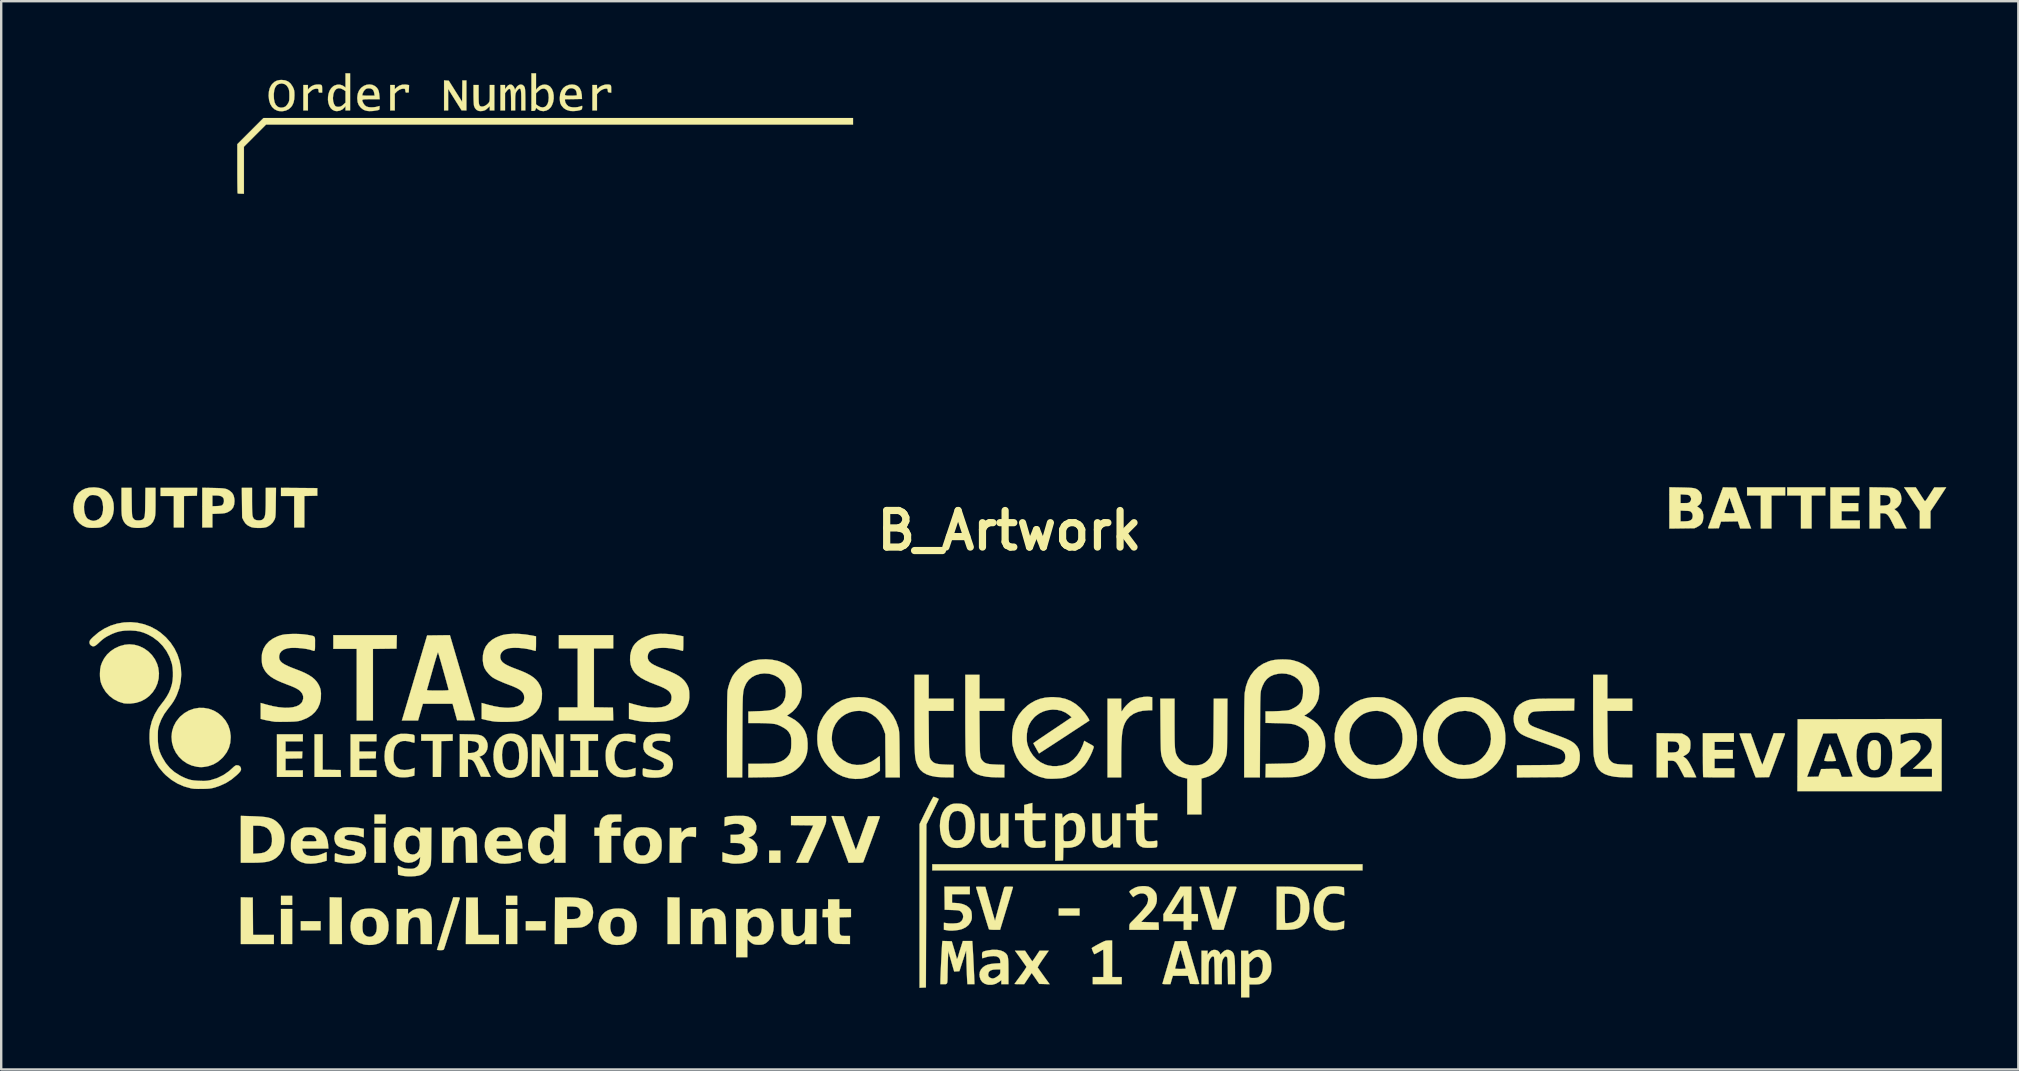
<source format=kicad_pcb>
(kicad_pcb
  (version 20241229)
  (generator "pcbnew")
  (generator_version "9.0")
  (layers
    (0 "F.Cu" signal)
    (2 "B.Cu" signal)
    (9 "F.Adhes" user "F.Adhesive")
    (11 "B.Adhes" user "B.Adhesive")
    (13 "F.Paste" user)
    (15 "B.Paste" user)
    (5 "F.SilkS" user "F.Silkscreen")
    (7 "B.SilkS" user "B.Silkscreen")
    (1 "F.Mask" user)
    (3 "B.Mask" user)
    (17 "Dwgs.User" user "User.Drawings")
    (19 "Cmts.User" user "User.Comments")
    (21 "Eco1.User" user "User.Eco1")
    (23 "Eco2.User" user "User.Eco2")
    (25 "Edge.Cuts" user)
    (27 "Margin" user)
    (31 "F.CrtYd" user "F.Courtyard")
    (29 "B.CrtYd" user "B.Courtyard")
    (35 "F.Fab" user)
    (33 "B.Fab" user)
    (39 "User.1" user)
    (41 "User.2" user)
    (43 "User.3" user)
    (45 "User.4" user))
  (footprint "B_Artwork"
    (layer "F.Cu")
    (at 39.011 19.055)
    (property "Reference" "B_Artwork" (at 0 0 0) (layer "F.SilkS") (effects (font (size 1.524 1.524) (thickness 0.3))))
    (attr through_hole)
    (fp_poly (pts (xy -29.887 15.6) (xy -30.353 15.6) (xy -30.353 15.219) (xy -29.887 15.219) (xy -29.887 15.6)) (stroke (width 0.01) (type solid)) (fill yes) (layer "F.SilkS"))
    (fp_poly (pts (xy -29.887 17.23) (xy -30.353 17.23) (xy -30.353 15.769) (xy -29.887 15.769) (xy -29.887 17.23)) (stroke (width 0.01) (type solid)) (fill yes) (layer "F.SilkS"))
    (fp_poly (pts (xy -28.702 16.658) (xy -29.527 16.658) (xy -29.527 16.277) (xy -28.702 16.277) (xy -28.702 16.658)) (stroke (width 0.01) (type solid)) (fill yes) (layer "F.SilkS"))
    (fp_poly (pts (xy -25.993 12.213) (xy -26.458 12.213) (xy -26.458 11.832) (xy -25.993 11.832) (xy -25.993 12.213)) (stroke (width 0.01) (type solid)) (fill yes) (layer "F.SilkS"))
    (fp_poly (pts (xy -25.993 13.843) (xy -26.458 13.843) (xy -26.458 12.383) (xy -25.993 12.383) (xy -25.993 13.843)) (stroke (width 0.01) (type solid)) (fill yes) (layer "F.SilkS"))
    (fp_poly (pts (xy -20.511 15.6) (xy -20.976 15.6) (xy -20.976 15.219) (xy -20.511 15.219) (xy -20.511 15.6)) (stroke (width 0.01) (type solid)) (fill yes) (layer "F.SilkS"))
    (fp_poly (pts (xy -20.511 17.23) (xy -20.976 17.23) (xy -20.976 15.769) (xy -20.511 15.769) (xy -20.511 17.23)) (stroke (width 0.01) (type solid)) (fill yes) (layer "F.SilkS"))
    (fp_poly (pts (xy -19.325 16.658) (xy -20.151 16.658) (xy -20.151 16.277) (xy -19.325 16.277) (xy -19.325 16.658)) (stroke (width 0.01) (type solid)) (fill yes) (layer "F.SilkS"))
    (fp_poly (pts (xy -9.546 13.843) (xy -10.012 13.843) (xy -10.012 13.335) (xy -9.546 13.335) (xy -9.546 13.843)) (stroke (width 0.01) (type solid)) (fill yes) (layer "F.SilkS"))
    (fp_poly (pts (xy 2.921 16.044) (xy 2.053 16.044) (xy 2.053 15.748) (xy 2.921 15.748) (xy 2.921 16.044)) (stroke (width 0.01) (type solid)) (fill yes) (layer "F.SilkS"))
    (fp_poly (pts (xy 14.711 14.161) (xy -3.217 14.161) (xy -3.217 13.906) (xy 14.711 13.906) (xy 14.711 14.161)) (stroke (width 0.01) (type solid)) (fill yes) (layer "F.SilkS"))
    (fp_poly (pts (xy -13.996 15.287) (xy -13.748 15.293) (xy -13.737 17.23) (xy -14.245 17.23) (xy -14.245 15.281) (xy -13.996 15.287)) (stroke (width 0.01) (type solid)) (fill yes) (layer "F.SilkS"))
    (fp_poly (pts (xy -28.072 15.287) (xy -27.824 15.293) (xy -27.818 16.261) (xy -27.813 17.23) (xy -28.321 17.23) (xy -28.321 15.281) (xy -28.072 15.287)) (stroke (width 0.01) (type solid)) (fill yes) (layer "F.SilkS"))
    (fp_poly (pts (xy -31.776 15.287) (xy -31.528 15.293) (xy -31.517 16.849) (xy -30.649 16.849) (xy -30.649 17.23) (xy -32.025 17.23) (xy -32.025 15.281) (xy -31.776 15.287)) (stroke (width 0.01) (type solid)) (fill yes) (layer "F.SilkS"))
    (fp_poly (pts (xy -28.84 -1.767) (xy -28.84 -1.45) (xy -29.379 -1.438) (xy -29.379 -0.127) (xy -29.803 -0.127) (xy -29.803 -1.439) (xy -30.353 -1.439) (xy -30.353 -1.779) (xy -28.84 -1.767)) (stroke (width 0.01) (type solid)) (fill yes) (layer "F.SilkS"))
    (fp_poly (pts (xy -28.617 9.969) (xy -28.242 9.974) (xy -27.866 9.98) (xy -27.86 10.123) (xy -27.853 10.266) (xy -28.956 10.266) (xy -28.956 8.488) (xy -28.617 8.488) (xy -28.617 9.969)) (stroke (width 0.01) (type solid)) (fill yes) (layer "F.SilkS"))
    (fp_poly (pts (xy -22.145 16.071) (xy -22.14 16.849) (xy -21.273 16.849) (xy -21.273 17.23) (xy -22.649 17.23) (xy -22.643 16.261) (xy -22.638 15.293) (xy -22.151 15.293) (xy -22.145 16.071)) (stroke (width 0.01) (type solid)) (fill yes) (layer "F.SilkS"))
    (fp_poly (pts (xy 32.322 -1.46) (xy 31.75 -1.46) (xy 31.75 -0.085) (xy 31.305 -0.085) (xy 31.305 -1.46) (xy 30.734 -1.46) (xy 30.734 -1.799) (xy 32.322 -1.799) (xy 32.322 -1.46)) (stroke (width 0.01) (type solid)) (fill yes) (layer "F.SilkS"))
    (fp_poly (pts (xy 33.994 -1.46) (xy 33.422 -1.46) (xy 33.422 -0.085) (xy 32.978 -0.085) (xy 32.978 -1.46) (xy 32.406 -1.46) (xy 32.406 -1.799) (xy 33.994 -1.799) (xy 33.994 -1.46)) (stroke (width 0.01) (type solid)) (fill yes) (layer "F.SilkS"))
    (fp_poly (pts (xy -33.85 -1.614) (xy -33.856 -1.45) (xy -34.396 -1.438) (xy -34.396 -0.127) (xy -34.819 -0.127) (xy -34.819 -1.439) (xy -35.37 -1.439) (xy -35.37 -1.778) (xy -33.844 -1.778) (xy -33.85 -1.614)) (stroke (width 0.01) (type solid)) (fill yes) (layer "F.SilkS"))
    (fp_poly (pts (xy -23.199 8.762) (xy -23.675 8.774) (xy -23.68 9.52) (xy -23.686 10.266) (xy -24.024 10.266) (xy -24.024 8.763) (xy -24.511 8.763) (xy -24.511 8.488) (xy -23.199 8.488) (xy -23.199 8.762)) (stroke (width 0.01) (type solid)) (fill yes) (layer "F.SilkS"))
    (fp_poly (pts (xy -25.532 4.641) (xy -25.538 4.921) (xy -26.03 4.927) (xy -26.522 4.933) (xy -26.522 7.916) (xy -27.199 7.916) (xy -27.199 4.932) (xy -28.173 4.932) (xy -28.173 4.36) (xy -25.526 4.36) (xy -25.532 4.641)) (stroke (width 0.01) (type solid)) (fill yes) (layer "F.SilkS"))
    (fp_poly (pts (xy -17.145 8.763) (xy -17.547 8.763) (xy -17.547 9.991) (xy -17.145 9.991) (xy -17.145 10.266) (xy -18.288 10.266) (xy -18.288 9.991) (xy -17.886 9.991) (xy -17.886 8.763) (xy -18.288 8.763) (xy -18.288 8.488) (xy -17.145 8.488) (xy -17.145 8.763)) (stroke (width 0.01) (type solid)) (fill yes) (layer "F.SilkS"))
    (fp_poly (pts (xy -16.51 4.911) (xy -17.314 4.911) (xy -17.314 7.365) (xy -16.521 7.377) (xy -16.509 7.916) (xy -18.775 7.916) (xy -18.775 7.366) (xy -17.992 7.366) (xy -17.992 4.911) (xy -18.775 4.911) (xy -18.775 4.36) (xy -16.51 4.36) (xy -16.51 4.911)) (stroke (width 0.01) (type solid)) (fill yes) (layer "F.SilkS"))
    (fp_poly (pts (xy 35.412 -1.46) (xy 34.671 -1.46) (xy 34.671 -1.143) (xy 35.37 -1.143) (xy 35.37 -0.804) (xy 34.671 -0.804) (xy 34.671 -0.423) (xy 35.433 -0.423) (xy 35.433 -0.085) (xy 34.205 -0.085) (xy 34.205 -1.799) (xy 35.412 -1.799) (xy 35.412 -1.46)) (stroke (width 0.01) (type solid)) (fill yes) (layer "F.SilkS"))
    (fp_poly (pts (xy -29.443 8.784) (xy -30.163 8.784) (xy -30.163 9.207) (xy -29.462 9.207) (xy -29.475 9.493) (xy -29.819 9.499) (xy -30.163 9.505) (xy -30.163 9.991) (xy -29.443 9.991) (xy -29.443 10.266) (xy -30.522 10.266) (xy -30.522 8.488) (xy -29.443 8.488) (xy -29.443 8.784)) (stroke (width 0.01) (type solid)) (fill yes) (layer "F.SilkS"))
    (fp_poly (pts (xy -26.374 8.784) (xy -27.093 8.784) (xy -27.093 9.207) (xy -26.393 9.207) (xy -26.399 9.35) (xy -26.405 9.493) (xy -26.749 9.499) (xy -27.093 9.505) (xy -27.093 9.991) (xy -26.374 9.991) (xy -26.374 10.266) (xy -27.453 10.266) (xy -27.453 8.488) (xy -26.374 8.488) (xy -26.374 8.784)) (stroke (width 0.01) (type solid)) (fill yes) (layer "F.SilkS"))
    (fp_poly (pts (xy -23.46 -18.75) (xy -23.362 -18.743) (xy -23.085 -18.303) (xy -22.807 -17.864) (xy -22.801 -18.309) (xy -22.796 -18.754) (xy -22.627 -18.754) (xy -22.627 -17.505) (xy -22.728 -17.506) (xy -22.828 -17.506) (xy -23.109 -17.954) (xy -23.389 -18.402) (xy -23.389 -17.505) (xy -23.558 -17.505) (xy -23.558 -18.756) (xy -23.46 -18.75)) (stroke (width 0.01) (type solid)) (fill yes) (layer "F.SilkS"))
    (fp_poly (pts (xy -19.682 8.492) (xy -19.467 8.498) (xy -19.288 8.89) (xy -19.225 9.029) (xy -19.16 9.173) (xy -19.098 9.311) (xy -19.043 9.431) (xy -19.006 9.514) (xy -18.903 9.747) (xy -18.902 9.118) (xy -18.902 8.488) (xy -18.584 8.488) (xy -18.584 10.267) (xy -19.016 10.255) (xy -19.293 9.637) (xy -19.569 9.02) (xy -19.574 9.643) (xy -19.58 10.266) (xy -19.897 10.266) (xy -19.897 8.486) (xy -19.682 8.492)) (stroke (width 0.01) (type solid)) (fill yes) (layer "F.SilkS"))
    (fp_poly (pts (xy -7.641 12.045) (xy -7.641 12.082) (xy -7.643 12.116) (xy -7.649 12.152) (xy -7.659 12.192) (xy -7.675 12.242) (xy -7.699 12.306) (xy -7.732 12.387) (xy -7.777 12.489) (xy -7.834 12.617) (xy -7.905 12.774) (xy -7.992 12.964) (xy -8.016 13.019) (xy -8.392 13.843) (xy -8.886 13.843) (xy -8.531 13.065) (xy -8.176 12.287) (xy -9.102 12.276) (xy -9.102 11.896) (xy -7.641 11.896) (xy -7.641 12.045)) (stroke (width 0.01) (type solid)) (fill yes) (layer "F.SilkS"))
    (fp_poly (pts (xy -6.519 -16.912) (xy -30.978 -16.912) (xy -31.438 -16.452) (xy -31.898 -15.991) (xy -31.898 -14.034) (xy -32.022 -14.034) (xy -32.091 -14.036) (xy -32.141 -14.042) (xy -32.159 -14.048) (xy -32.162 -14.071) (xy -32.165 -14.133) (xy -32.167 -14.228) (xy -32.169 -14.353) (xy -32.171 -14.505) (xy -32.172 -14.677) (xy -32.173 -14.867) (xy -32.173 -15.07) (xy -32.173 -15.08) (xy -32.173 -16.098) (xy -31.628 -16.642) (xy -31.083 -17.187) (xy -6.519 -17.187) (xy -6.519 -16.912)) (stroke (width 0.01) (type solid)) (fill yes) (layer "F.SilkS"))
    (fp_poly (pts (xy -25.084 -18.571) (xy -25.017 -18.558) (xy -25.023 -18.407) (xy -25.03 -18.256) (xy -25.097 -18.25) (xy -25.141 -18.249) (xy -25.162 -18.265) (xy -25.17 -18.309) (xy -25.171 -18.324) (xy -25.181 -18.38) (xy -25.203 -18.405) (xy -25.224 -18.411) (xy -25.315 -18.405) (xy -25.413 -18.369) (xy -25.505 -18.309) (xy -25.528 -18.287) (xy -25.612 -18.203) (xy -25.612 -17.505) (xy -25.802 -17.505) (xy -25.802 -18.563) (xy -25.612 -18.563) (xy -25.612 -18.386) (xy -25.543 -18.452) (xy -25.43 -18.534) (xy -25.3 -18.577) (xy -25.153 -18.581) (xy -25.084 -18.571)) (stroke (width 0.01) (type solid)) (fill yes) (layer "F.SilkS"))
    (fp_poly (pts (xy -3.136 11.101) (xy -3.082 11.12) (xy -3.021 11.145) (xy -2.97 11.171) (xy -2.947 11.186) (xy -2.954 11.206) (xy -2.978 11.258) (xy -3.016 11.339) (xy -3.066 11.443) (xy -3.126 11.565) (xy -3.193 11.701) (xy -3.201 11.718) (xy -3.461 12.245) (xy -3.471 15.642) (xy -3.482 19.039) (xy -3.614 19.046) (xy -3.747 19.052) (xy -3.747 12.233) (xy -3.473 11.668) (xy -3.401 11.522) (xy -3.335 11.391) (xy -3.276 11.278) (xy -3.228 11.188) (xy -3.191 11.126) (xy -3.17 11.097) (xy -3.167 11.095) (xy -3.136 11.101)) (stroke (width 0.01) (type solid)) (fill yes) (layer "F.SilkS"))
    (fp_poly (pts (xy 30.184 8.805) (xy 29.379 8.805) (xy 29.379 9.144) (xy 30.141 9.144) (xy 30.141 9.504) (xy 29.379 9.504) (xy 29.379 9.906) (xy 30.205 9.906) (xy 30.205 10.287) (xy 29.563 10.287) (xy 29.402 10.287) (xy 29.255 10.285) (xy 29.127 10.283) (xy 29.024 10.281) (xy 28.95 10.278) (xy 28.911 10.274) (xy 28.907 10.273) (xy 28.904 10.249) (xy 28.901 10.188) (xy 28.898 10.093) (xy 28.896 9.969) (xy 28.895 9.82) (xy 28.893 9.652) (xy 28.893 9.467) (xy 28.892 9.352) (xy 28.892 8.445) (xy 30.184 8.445) (xy 30.184 8.805)) (stroke (width 0.01) (type solid)) (fill yes) (layer "F.SilkS"))
    (fp_poly (pts (xy -16.171 12.129) (xy -16.325 12.129) (xy -16.435 12.133) (xy -16.51 12.148) (xy -16.557 12.176) (xy -16.582 12.223) (xy -16.591 12.282) (xy -16.597 12.383) (xy -16.214 12.383) (xy -16.214 12.721) (xy -16.595 12.721) (xy -16.595 13.843) (xy -17.081 13.843) (xy -17.081 12.721) (xy -17.293 12.721) (xy -17.293 12.383) (xy -17.086 12.383) (xy -17.072 12.25) (xy -17.047 12.116) (xy -16.999 12.015) (xy -16.925 11.937) (xy -16.85 11.89) (xy -16.801 11.867) (xy -16.756 11.85) (xy -16.707 11.84) (xy -16.644 11.835) (xy -16.556 11.833) (xy -16.453 11.832) (xy -16.171 11.832) (xy -16.171 12.129)) (stroke (width 0.01) (type solid)) (fill yes) (layer "F.SilkS"))
    (fp_poly (pts (xy -28.745 -18.582) (xy -28.687 -18.572) (xy -28.655 -18.547) (xy -28.642 -18.5) (xy -28.639 -18.423) (xy -28.639 -18.402) (xy -28.639 -18.246) (xy -28.713 -18.246) (xy -28.762 -18.249) (xy -28.783 -18.267) (xy -28.787 -18.314) (xy -28.787 -18.319) (xy -28.792 -18.375) (xy -28.815 -18.404) (xy -28.863 -18.412) (xy -28.928 -18.405) (xy -28.997 -18.387) (xy -29.061 -18.351) (xy -29.128 -18.294) (xy -29.231 -18.198) (xy -29.231 -17.505) (xy -29.422 -17.505) (xy -29.422 -18.563) (xy -29.231 -18.563) (xy -29.231 -18.369) (xy -29.178 -18.433) (xy -29.089 -18.509) (xy -28.976 -18.562) (xy -28.855 -18.584) (xy -28.838 -18.584) (xy -28.745 -18.582)) (stroke (width 0.01) (type solid)) (fill yes) (layer "F.SilkS"))
    (fp_poly (pts (xy 34.194 8.919) (xy 34.215 8.966) (xy 34.244 9.038) (xy 34.279 9.127) (xy 34.316 9.225) (xy 34.352 9.326) (xy 34.385 9.42) (xy 34.413 9.502) (xy 34.431 9.562) (xy 34.438 9.594) (xy 34.438 9.594) (xy 34.418 9.6) (xy 34.365 9.605) (xy 34.285 9.609) (xy 34.195 9.61) (xy 34.087 9.609) (xy 34.015 9.605) (xy 33.973 9.599) (xy 33.954 9.588) (xy 33.951 9.579) (xy 33.958 9.549) (xy 33.976 9.488) (xy 34.003 9.405) (xy 34.036 9.308) (xy 34.071 9.205) (xy 34.106 9.106) (xy 34.138 9.018) (xy 34.164 8.95) (xy 34.181 8.911) (xy 34.184 8.905) (xy 34.194 8.919)) (stroke (width 0.01) (type solid)) (fill yes) (layer "F.SilkS"))
    (fp_poly (pts (xy 37.929 -1.54) (xy 37.991 -1.444) (xy 38.047 -1.358) (xy 38.092 -1.29) (xy 38.121 -1.248) (xy 38.126 -1.24) (xy 38.138 -1.227) (xy 38.153 -1.227) (xy 38.173 -1.243) (xy 38.202 -1.28) (xy 38.245 -1.342) (xy 38.303 -1.433) (xy 38.345 -1.498) (xy 38.534 -1.797) (xy 38.782 -1.798) (xy 39.03 -1.799) (xy 38.869 -1.55) (xy 38.79 -1.429) (xy 38.699 -1.292) (xy 38.609 -1.155) (xy 38.541 -1.054) (xy 38.375 -0.806) (xy 38.375 -0.085) (xy 37.931 -0.085) (xy 37.931 -0.806) (xy 37.807 -0.99) (xy 37.751 -1.073) (xy 37.68 -1.181) (xy 37.601 -1.301) (xy 37.521 -1.424) (xy 37.479 -1.487) (xy 37.276 -1.799) (xy 37.763 -1.799) (xy 37.929 -1.54)) (stroke (width 0.01) (type solid)) (fill yes) (layer "F.SilkS"))
    (fp_poly (pts (xy -16.696 -18.582) (xy -16.639 -18.571) (xy -16.609 -18.544) (xy -16.597 -18.492) (xy -16.595 -18.409) (xy -16.595 -18.401) (xy -16.595 -18.243) (xy -16.663 -18.25) (xy -16.709 -18.258) (xy -16.73 -18.282) (xy -16.739 -18.333) (xy -16.739 -18.336) (xy -16.746 -18.388) (xy -16.765 -18.41) (xy -16.806 -18.415) (xy -16.813 -18.415) (xy -16.912 -18.396) (xy -17.014 -18.347) (xy -17.104 -18.274) (xy -17.119 -18.259) (xy -17.187 -18.181) (xy -17.187 -17.505) (xy -17.378 -17.505) (xy -17.378 -18.563) (xy -17.187 -18.563) (xy -17.187 -18.479) (xy -17.181 -18.418) (xy -17.164 -18.395) (xy -17.139 -18.412) (xy -17.125 -18.434) (xy -17.085 -18.476) (xy -17.016 -18.518) (xy -16.932 -18.554) (xy -16.846 -18.578) (xy -16.786 -18.584) (xy -16.696 -18.582)) (stroke (width 0.01) (type solid)) (fill yes) (layer "F.SilkS"))
    (fp_poly (pts (xy 7.578 15.981) (xy 7.853 15.981) (xy 7.853 16.277) (xy 7.578 16.277) (xy 7.578 16.637) (xy 7.26 16.637) (xy 7.26 16.277) (xy 6.413 16.277) (xy 6.413 15.986) (xy 6.417 15.981) (xy 6.747 15.981) (xy 7.26 15.981) (xy 7.26 15.589) (xy 7.26 15.466) (xy 7.258 15.358) (xy 7.257 15.273) (xy 7.254 15.218) (xy 7.251 15.198) (xy 7.238 15.215) (xy 7.206 15.262) (xy 7.158 15.334) (xy 7.099 15.426) (xy 7.032 15.532) (xy 7.026 15.542) (xy 6.956 15.652) (xy 6.892 15.753) (xy 6.839 15.838) (xy 6.799 15.9) (xy 6.778 15.933) (xy 6.778 15.933) (xy 6.747 15.981) (xy 6.417 15.981) (xy 6.766 15.412) (xy 7.118 14.838) (xy 7.578 14.838) (xy 7.578 15.981)) (stroke (width 0.01) (type solid)) (fill yes) (layer "F.SilkS"))
    (fp_poly (pts (xy 36.14 8.75) (xy 36.198 8.785) (xy 36.242 8.84) (xy 36.265 8.884) (xy 36.282 8.925) (xy 36.294 8.967) (xy 36.303 9.017) (xy 36.308 9.083) (xy 36.311 9.173) (xy 36.311 9.295) (xy 36.311 9.345) (xy 36.309 9.515) (xy 36.302 9.649) (xy 36.288 9.752) (xy 36.267 9.831) (xy 36.237 9.89) (xy 36.197 9.936) (xy 36.195 9.938) (xy 36.136 9.969) (xy 36.056 9.983) (xy 35.974 9.979) (xy 35.917 9.96) (xy 35.863 9.912) (xy 35.82 9.833) (xy 35.787 9.719) (xy 35.769 9.617) (xy 35.76 9.509) (xy 35.756 9.381) (xy 35.759 9.246) (xy 35.767 9.117) (xy 35.781 9.008) (xy 35.793 8.949) (xy 35.839 8.844) (xy 35.907 8.772) (xy 35.99 8.734) (xy 36.085 8.733) (xy 36.14 8.75)) (stroke (width 0.01) (type solid)) (fill yes) (layer "F.SilkS"))
    (fp_poly (pts (xy -13.06 12.575) (xy -13.06 12.672) (xy -13.063 12.733) (xy -13.069 12.766) (xy -13.08 12.777) (xy -13.096 12.773) (xy -13.097 12.773) (xy -13.136 12.764) (xy -13.203 12.754) (xy -13.282 12.748) (xy -13.366 12.745) (xy -13.423 12.75) (xy -13.468 12.766) (xy -13.504 12.788) (xy -13.56 12.839) (xy -13.611 12.907) (xy -13.626 12.932) (xy -13.643 12.968) (xy -13.655 13.003) (xy -13.663 13.046) (xy -13.669 13.104) (xy -13.672 13.182) (xy -13.673 13.289) (xy -13.674 13.431) (xy -13.674 13.843) (xy -14.161 13.843) (xy -14.155 13.118) (xy -14.15 12.393) (xy -13.684 12.393) (xy -13.674 12.499) (xy -13.663 12.605) (xy -13.615 12.538) (xy -13.535 12.46) (xy -13.426 12.402) (xy -13.297 12.368) (xy -13.204 12.361) (xy -13.06 12.361) (xy -13.06 12.575)) (stroke (width 0.01) (type solid)) (fill yes) (layer "F.SilkS"))
    (fp_poly (pts (xy -7.091 15.769) (xy -6.604 15.769) (xy -6.604 16.106) (xy -7.08 16.118) (xy -7.08 16.475) (xy -7.08 16.617) (xy -7.077 16.723) (xy -7.068 16.797) (xy -7.05 16.845) (xy -7.018 16.873) (xy -6.971 16.887) (xy -6.903 16.891) (xy -6.822 16.891) (xy -6.646 16.891) (xy -6.646 17.23) (xy -6.927 17.228) (xy -7.037 17.226) (xy -7.135 17.222) (xy -7.213 17.216) (xy -7.26 17.21) (xy -7.263 17.209) (xy -7.38 17.155) (xy -7.466 17.072) (xy -7.499 17.018) (xy -7.515 16.981) (xy -7.528 16.943) (xy -7.537 16.895) (xy -7.543 16.832) (xy -7.548 16.746) (xy -7.551 16.631) (xy -7.553 16.515) (xy -7.56 16.108) (xy -7.791 16.108) (xy -7.785 15.944) (xy -7.779 15.78) (xy -7.556 15.767) (xy -7.556 15.367) (xy -7.091 15.367) (xy -7.091 15.769)) (stroke (width 0.01) (type solid)) (fill yes) (layer "F.SilkS"))
    (fp_poly (pts (xy 3.793 12.317) (xy 3.795 12.481) (xy 3.798 12.608) (xy 3.801 12.704) (xy 3.805 12.773) (xy 3.811 12.82) (xy 3.819 12.853) (xy 3.829 12.874) (xy 3.84 12.888) (xy 3.893 12.923) (xy 3.966 12.933) (xy 4.013 12.929) (xy 4.054 12.915) (xy 4.098 12.882) (xy 4.157 12.824) (xy 4.163 12.817) (xy 4.276 12.701) (xy 4.276 11.79) (xy 4.614 11.79) (xy 4.614 13.21) (xy 4.329 13.197) (xy 4.318 13.105) (xy 4.307 13.014) (xy 4.255 13.071) (xy 4.164 13.144) (xy 4.049 13.195) (xy 3.924 13.224) (xy 3.801 13.226) (xy 3.693 13.2) (xy 3.618 13.15) (xy 3.546 13.074) (xy 3.491 12.987) (xy 3.473 12.939) (xy 3.466 12.894) (xy 3.46 12.812) (xy 3.456 12.7) (xy 3.452 12.564) (xy 3.451 12.409) (xy 3.45 12.324) (xy 3.45 11.79) (xy 3.787 11.79) (xy 3.793 12.317)) (stroke (width 0.01) (type solid)) (fill yes) (layer "F.SilkS"))
    (fp_poly (pts (xy 4.276 18.605) (xy 4.678 18.605) (xy 4.678 18.902) (xy 3.471 18.902) (xy 3.471 18.605) (xy 3.916 18.605) (xy 3.916 18.034) (xy 3.915 17.883) (xy 3.914 17.748) (xy 3.913 17.632) (xy 3.91 17.543) (xy 3.908 17.484) (xy 3.905 17.463) (xy 3.905 17.462) (xy 3.882 17.472) (xy 3.832 17.498) (xy 3.763 17.536) (xy 3.725 17.558) (xy 3.649 17.6) (xy 3.587 17.632) (xy 3.547 17.651) (xy 3.539 17.653) (xy 3.523 17.635) (xy 3.499 17.59) (xy 3.473 17.531) (xy 3.449 17.47) (xy 3.433 17.42) (xy 3.429 17.399) (xy 3.447 17.383) (xy 3.496 17.352) (xy 3.569 17.31) (xy 3.661 17.259) (xy 3.713 17.231) (xy 3.824 17.173) (xy 3.906 17.133) (xy 3.968 17.106) (xy 4.018 17.091) (xy 4.066 17.084) (xy 4.118 17.082) (xy 4.136 17.081) (xy 4.276 17.081) (xy 4.276 18.605)) (stroke (width 0.01) (type solid)) (fill yes) (layer "F.SilkS"))
    (fp_poly (pts (xy -33.563 7.392) (xy -33.355 7.429) (xy -33.156 7.502) (xy -32.969 7.612) (xy -32.812 7.745) (xy -32.664 7.92) (xy -32.554 8.112) (xy -32.483 8.32) (xy -32.451 8.546) (xy -32.449 8.626) (xy -32.467 8.849) (xy -32.522 9.054) (xy -32.617 9.245) (xy -32.751 9.424) (xy -32.808 9.485) (xy -32.979 9.632) (xy -33.163 9.741) (xy -33.365 9.813) (xy -33.46 9.833) (xy -33.57 9.851) (xy -33.657 9.858) (xy -33.739 9.857) (xy -33.835 9.846) (xy -33.858 9.843) (xy -34.072 9.791) (xy -34.27 9.702) (xy -34.449 9.58) (xy -34.605 9.429) (xy -34.733 9.253) (xy -34.83 9.057) (xy -34.891 8.843) (xy -34.895 8.82) (xy -34.914 8.594) (xy -34.892 8.375) (xy -34.829 8.165) (xy -34.727 7.969) (xy -34.586 7.789) (xy -34.546 7.747) (xy -34.372 7.604) (xy -34.183 7.496) (xy -33.981 7.425) (xy -33.773 7.39) (xy -33.563 7.392)) (stroke (width 0.01) (type solid)) (fill yes) (layer "F.SilkS"))
    (fp_poly (pts (xy -9.037 16.177) (xy -9.035 16.359) (xy -9.032 16.504) (xy -9.026 16.617) (xy -9.017 16.702) (xy -9.004 16.765) (xy -8.986 16.811) (xy -8.963 16.845) (xy -8.945 16.863) (xy -8.868 16.903) (xy -8.781 16.91) (xy -8.692 16.885) (xy -8.613 16.831) (xy -8.558 16.76) (xy -8.545 16.731) (xy -8.535 16.694) (xy -8.527 16.643) (xy -8.522 16.573) (xy -8.518 16.476) (xy -8.515 16.347) (xy -8.513 16.23) (xy -8.506 15.769) (xy -8.043 15.769) (xy -8.043 17.23) (xy -8.509 17.23) (xy -8.509 17.031) (xy -8.588 17.107) (xy -8.651 17.16) (xy -8.718 17.206) (xy -8.742 17.22) (xy -8.827 17.248) (xy -8.936 17.263) (xy -9.048 17.264) (xy -9.147 17.25) (xy -9.175 17.242) (xy -9.271 17.197) (xy -9.343 17.139) (xy -9.402 17.057) (xy -9.43 17.006) (xy -9.493 16.88) (xy -9.507 15.769) (xy -9.038 15.769) (xy -9.037 16.177)) (stroke (width 0.01) (type solid)) (fill yes) (layer "F.SilkS"))
    (fp_poly (pts (xy -22.119 -18.166) (xy -22.118 -18.012) (xy -22.115 -17.895) (xy -22.109 -17.809) (xy -22.097 -17.749) (xy -22.079 -17.71) (xy -22.054 -17.685) (xy -22.02 -17.67) (xy -22.001 -17.665) (xy -21.935 -17.667) (xy -21.856 -17.695) (xy -21.778 -17.744) (xy -21.713 -17.805) (xy -21.708 -17.811) (xy -21.688 -17.84) (xy -21.673 -17.867) (xy -21.663 -17.902) (xy -21.658 -17.951) (xy -21.655 -18.021) (xy -21.654 -18.12) (xy -21.654 -18.223) (xy -21.654 -18.563) (xy -21.463 -18.563) (xy -21.463 -17.505) (xy -21.654 -17.505) (xy -21.654 -17.683) (xy -21.733 -17.607) (xy -21.787 -17.559) (xy -21.836 -17.521) (xy -21.855 -17.51) (xy -21.943 -17.483) (xy -22.045 -17.475) (xy -22.119 -17.484) (xy -22.203 -17.525) (xy -22.27 -17.6) (xy -22.309 -17.69) (xy -22.316 -17.736) (xy -22.322 -17.817) (xy -22.327 -17.923) (xy -22.33 -18.046) (xy -22.331 -18.166) (xy -22.331 -18.563) (xy -22.119 -18.563) (xy -22.119 -18.166)) (stroke (width 0.01) (type solid)) (fill yes) (layer "F.SilkS"))
    (fp_poly (pts (xy -0.864 12.317) (xy -0.861 12.481) (xy -0.859 12.608) (xy -0.856 12.704) (xy -0.852 12.773) (xy -0.846 12.82) (xy -0.838 12.853) (xy -0.828 12.874) (xy -0.817 12.888) (xy -0.763 12.923) (xy -0.691 12.933) (xy -0.643 12.929) (xy -0.603 12.915) (xy -0.559 12.882) (xy -0.5 12.824) (xy -0.493 12.817) (xy -0.381 12.701) (xy -0.381 11.79) (xy -0.042 11.79) (xy -0.042 13.21) (xy -0.328 13.197) (xy -0.335 13.107) (xy -0.341 13.016) (xy -0.434 13.098) (xy -0.502 13.149) (xy -0.573 13.19) (xy -0.61 13.204) (xy -0.711 13.223) (xy -0.819 13.227) (xy -0.918 13.214) (xy -0.963 13.2) (xy -1.039 13.15) (xy -1.11 13.074) (xy -1.165 12.987) (xy -1.184 12.939) (xy -1.191 12.894) (xy -1.196 12.812) (xy -1.201 12.7) (xy -1.204 12.564) (xy -1.206 12.409) (xy -1.206 12.324) (xy -1.206 11.79) (xy -0.87 11.79) (xy -0.864 12.317)) (stroke (width 0.01) (type solid)) (fill yes) (layer "F.SilkS"))
    (fp_poly (pts (xy 5.851 6.931) (xy 5.948 6.945) (xy 5.948 7.493) (xy 5.784 7.493) (xy 5.554 7.51) (xy 5.348 7.558) (xy 5.167 7.637) (xy 5.014 7.746) (xy 4.891 7.883) (xy 4.817 8.008) (xy 4.782 8.088) (xy 4.752 8.174) (xy 4.727 8.27) (xy 4.706 8.379) (xy 4.69 8.507) (xy 4.678 8.656) (xy 4.669 8.83) (xy 4.662 9.035) (xy 4.659 9.273) (xy 4.657 9.549) (xy 4.657 9.594) (xy 4.657 10.287) (xy 4.085 10.287) (xy 4.085 7.006) (xy 4.657 7.006) (xy 4.657 7.271) (xy 4.658 7.371) (xy 4.661 7.454) (xy 4.666 7.511) (xy 4.672 7.535) (xy 4.673 7.535) (xy 4.692 7.518) (xy 4.721 7.476) (xy 4.731 7.458) (xy 4.782 7.384) (xy 4.856 7.298) (xy 4.943 7.211) (xy 5.032 7.136) (xy 5.102 7.087) (xy 5.249 7.017) (xy 5.417 6.965) (xy 5.59 6.932) (xy 5.756 6.923) (xy 5.851 6.931)) (stroke (width 0.01) (type solid)) (fill yes) (layer "F.SilkS"))
    (fp_poly (pts (xy -24.431 15.763) (xy -24.313 15.809) (xy -24.214 15.887) (xy -24.2 15.903) (xy -24.161 15.951) (xy -24.131 16.002) (xy -24.108 16.06) (xy -24.091 16.133) (xy -24.079 16.224) (xy -24.072 16.34) (xy -24.068 16.487) (xy -24.067 16.669) (xy -24.067 16.715) (xy -24.067 17.23) (xy -24.532 17.23) (xy -24.533 16.801) (xy -24.534 16.62) (xy -24.538 16.477) (xy -24.545 16.366) (xy -24.555 16.282) (xy -24.569 16.222) (xy -24.588 16.18) (xy -24.612 16.15) (xy -24.617 16.146) (xy -24.687 16.113) (xy -24.774 16.106) (xy -24.862 16.124) (xy -24.932 16.162) (xy -24.973 16.204) (xy -25.005 16.255) (xy -25.028 16.321) (xy -25.044 16.408) (xy -25.055 16.521) (xy -25.06 16.666) (xy -25.061 16.831) (xy -25.061 17.23) (xy -25.527 17.23) (xy -25.527 15.769) (xy -25.061 15.769) (xy -25.061 15.986) (xy -24.993 15.917) (xy -24.87 15.825) (xy -24.728 15.768) (xy -24.575 15.749) (xy -24.431 15.763)) (stroke (width 0.01) (type solid)) (fill yes) (layer "F.SilkS"))
    (fp_poly (pts (xy -36.455 4.762) (xy -36.248 4.821) (xy -36.055 4.915) (xy -35.881 5.039) (xy -35.729 5.191) (xy -35.605 5.366) (xy -35.512 5.562) (xy -35.465 5.726) (xy -35.438 5.948) (xy -35.451 6.163) (xy -35.5 6.369) (xy -35.583 6.56) (xy -35.696 6.734) (xy -35.836 6.887) (xy -36.001 7.015) (xy -36.187 7.113) (xy -36.392 7.179) (xy -36.613 7.208) (xy -36.618 7.208) (xy -36.718 7.21) (xy -36.811 7.207) (xy -36.884 7.201) (xy -36.904 7.198) (xy -37.121 7.13) (xy -37.321 7.027) (xy -37.499 6.892) (xy -37.65 6.73) (xy -37.765 6.549) (xy -37.824 6.425) (xy -37.863 6.313) (xy -37.886 6.199) (xy -37.896 6.069) (xy -37.897 5.958) (xy -37.888 5.785) (xy -37.859 5.634) (xy -37.806 5.49) (xy -37.726 5.337) (xy -37.716 5.321) (xy -37.597 5.163) (xy -37.447 5.023) (xy -37.271 4.907) (xy -37.079 4.819) (xy -36.878 4.763) (xy -36.676 4.742) (xy -36.671 4.742) (xy -36.455 4.762)) (stroke (width 0.01) (type solid)) (fill yes) (layer "F.SilkS"))
    (fp_poly (pts (xy -22.963 15.284) (xy -22.92 15.292) (xy -22.904 15.306) (xy -22.902 15.315) (xy -22.908 15.34) (xy -22.926 15.4) (xy -22.953 15.492) (xy -22.989 15.61) (xy -23.031 15.749) (xy -23.079 15.906) (xy -23.131 16.075) (xy -23.186 16.252) (xy -23.242 16.433) (xy -23.298 16.611) (xy -23.351 16.784) (xy -23.402 16.946) (xy -23.448 17.092) (xy -23.488 17.218) (xy -23.521 17.32) (xy -23.545 17.392) (xy -23.557 17.428) (xy -23.572 17.458) (xy -23.594 17.475) (xy -23.634 17.482) (xy -23.705 17.484) (xy -23.717 17.484) (xy -23.787 17.482) (xy -23.837 17.476) (xy -23.855 17.469) (xy -23.849 17.447) (xy -23.831 17.389) (xy -23.804 17.298) (xy -23.767 17.18) (xy -23.723 17.037) (xy -23.673 16.876) (xy -23.618 16.698) (xy -23.56 16.509) (xy -23.499 16.314) (xy -23.437 16.115) (xy -23.375 15.917) (xy -23.315 15.724) (xy -23.257 15.541) (xy -23.227 15.446) (xy -23.176 15.282) (xy -23.039 15.282) (xy -22.963 15.284)) (stroke (width 0.01) (type solid)) (fill yes) (layer "F.SilkS"))
    (fp_poly (pts (xy -22.533 12.38) (xy -22.409 12.435) (xy -22.308 12.524) (xy -22.232 12.646) (xy -22.232 12.647) (xy -22.22 12.678) (xy -22.211 12.717) (xy -22.203 12.768) (xy -22.198 12.837) (xy -22.194 12.93) (xy -22.19 13.052) (xy -22.188 13.208) (xy -22.187 13.287) (xy -22.18 13.843) (xy -22.643 13.843) (xy -22.652 13.351) (xy -22.656 13.18) (xy -22.66 13.047) (xy -22.667 12.946) (xy -22.676 12.871) (xy -22.69 12.818) (xy -22.709 12.782) (xy -22.735 12.757) (xy -22.768 12.738) (xy -22.788 12.729) (xy -22.882 12.711) (xy -22.973 12.731) (xy -23.055 12.783) (xy -23.12 12.864) (xy -23.155 12.949) (xy -23.162 12.995) (xy -23.168 13.075) (xy -23.173 13.181) (xy -23.176 13.304) (xy -23.177 13.436) (xy -23.177 13.843) (xy -23.643 13.843) (xy -23.643 12.383) (xy -23.177 12.383) (xy -23.177 12.572) (xy -23.066 12.488) (xy -22.967 12.422) (xy -22.872 12.382) (xy -22.765 12.365) (xy -22.68 12.362) (xy -22.533 12.38)) (stroke (width 0.01) (type solid)) (fill yes) (layer "F.SilkS"))
    (fp_poly (pts (xy -33.173 -1.773) (xy -33.007 -1.769) (xy -32.877 -1.764) (xy -32.776 -1.757) (xy -32.697 -1.746) (xy -32.633 -1.731) (xy -32.579 -1.709) (xy -32.528 -1.681) (xy -32.477 -1.648) (xy -32.385 -1.564) (xy -32.325 -1.456) (xy -32.295 -1.32) (xy -32.29 -1.228) (xy -32.304 -1.079) (xy -32.346 -0.96) (xy -32.42 -0.864) (xy -32.53 -0.787) (xy -32.586 -0.759) (xy -32.643 -0.737) (xy -32.706 -0.722) (xy -32.786 -0.712) (xy -32.893 -0.705) (xy -32.951 -0.703) (xy -33.211 -0.693) (xy -33.211 -0.127) (xy -33.634 -0.127) (xy -33.634 -1.46) (xy -33.211 -1.46) (xy -33.211 -1.012) (xy -33.021 -1.019) (xy -32.924 -1.025) (xy -32.86 -1.033) (xy -32.819 -1.047) (xy -32.789 -1.068) (xy -32.787 -1.07) (xy -32.746 -1.138) (xy -32.729 -1.224) (xy -32.738 -1.312) (xy -32.746 -1.336) (xy -32.788 -1.395) (xy -32.858 -1.435) (xy -32.96 -1.456) (xy -33.062 -1.46) (xy -33.211 -1.46) (xy -33.634 -1.46) (xy -33.634 -1.782) (xy -33.173 -1.773)) (stroke (width 0.01) (type solid)) (fill yes) (layer "F.SilkS"))
    (fp_poly (pts (xy -18.123 15.293) (xy -17.959 15.307) (xy -17.824 15.331) (xy -17.712 15.364) (xy -17.619 15.408) (xy -17.541 15.464) (xy -17.507 15.496) (xy -17.426 15.596) (xy -17.376 15.709) (xy -17.352 15.845) (xy -17.349 15.928) (xy -17.364 16.093) (xy -17.411 16.232) (xy -17.492 16.346) (xy -17.608 16.44) (xy -17.695 16.487) (xy -17.745 16.509) (xy -17.793 16.524) (xy -17.847 16.535) (xy -17.918 16.541) (xy -18.014 16.546) (xy -18.124 16.549) (xy -18.436 16.556) (xy -18.436 17.23) (xy -18.945 17.23) (xy -18.936 15.663) (xy -18.436 15.663) (xy -18.436 16.192) (xy -18.254 16.192) (xy -18.13 16.188) (xy -18.04 16.172) (xy -17.998 16.157) (xy -17.927 16.103) (xy -17.883 16.027) (xy -17.866 15.94) (xy -17.875 15.851) (xy -17.91 15.771) (xy -17.971 15.71) (xy -18.003 15.693) (xy -18.067 15.677) (xy -18.16 15.667) (xy -18.256 15.663) (xy -18.436 15.663) (xy -18.936 15.663) (xy -18.934 15.293) (xy -18.553 15.287) (xy -18.319 15.286) (xy -18.123 15.293)) (stroke (width 0.01) (type solid)) (fill yes) (layer "F.SilkS"))
    (fp_poly (pts (xy -12.222 15.754) (xy -12.112 15.781) (xy -12.016 15.836) (xy -11.986 15.861) (xy -11.94 15.904) (xy -11.904 15.946) (xy -11.876 15.993) (xy -11.854 16.05) (xy -11.839 16.122) (xy -11.829 16.216) (xy -11.822 16.336) (xy -11.818 16.487) (xy -11.815 16.674) (xy -11.808 17.23) (xy -12.277 17.23) (xy -12.278 16.833) (xy -12.28 16.638) (xy -12.284 16.481) (xy -12.292 16.359) (xy -12.305 16.266) (xy -12.325 16.199) (xy -12.352 16.154) (xy -12.389 16.127) (xy -12.435 16.113) (xy -12.494 16.108) (xy -12.514 16.108) (xy -12.585 16.112) (xy -12.634 16.131) (xy -12.683 16.172) (xy -12.689 16.178) (xy -12.739 16.241) (xy -12.776 16.312) (xy -12.782 16.331) (xy -12.79 16.38) (xy -12.797 16.464) (xy -12.802 16.574) (xy -12.805 16.703) (xy -12.806 16.822) (xy -12.806 17.23) (xy -13.271 17.23) (xy -13.271 15.769) (xy -12.806 15.769) (xy -12.806 15.975) (xy -12.734 15.907) (xy -12.621 15.823) (xy -12.494 15.772) (xy -12.358 15.752) (xy -12.222 15.754)) (stroke (width 0.01) (type solid)) (fill yes) (layer "F.SilkS"))
    (fp_poly (pts (xy 0.953 11.79) (xy 1.503 11.79) (xy 1.503 12.065) (xy 0.953 12.065) (xy 0.953 12.388) (xy 0.955 12.56) (xy 0.961 12.694) (xy 0.975 12.794) (xy 0.998 12.866) (xy 1.033 12.913) (xy 1.082 12.939) (xy 1.148 12.95) (xy 1.232 12.95) (xy 1.259 12.948) (xy 1.344 12.941) (xy 1.416 12.932) (xy 1.461 12.924) (xy 1.466 12.922) (xy 1.486 12.918) (xy 1.497 12.933) (xy 1.502 12.975) (xy 1.503 13.045) (xy 1.502 13.11) (xy 1.495 13.155) (xy 1.476 13.185) (xy 1.438 13.203) (xy 1.374 13.212) (xy 1.279 13.218) (xy 1.206 13.221) (xy 1.074 13.222) (xy 0.973 13.216) (xy 0.896 13.2) (xy 0.886 13.197) (xy 0.782 13.143) (xy 0.697 13.059) (xy 0.642 12.956) (xy 0.636 12.939) (xy 0.629 12.892) (xy 0.623 12.812) (xy 0.618 12.706) (xy 0.615 12.583) (xy 0.614 12.462) (xy 0.614 12.065) (xy 0.233 12.065) (xy 0.233 11.79) (xy 0.614 11.79) (xy 0.614 11.435) (xy 0.783 11.393) (xy 0.953 11.35) (xy 0.953 11.79)) (stroke (width 0.01) (type solid)) (fill yes) (layer "F.SilkS"))
    (fp_poly (pts (xy -27.474 -17.505) (xy -27.665 -17.505) (xy -27.666 -17.595) (xy -27.666 -17.685) (xy -27.709 -17.628) (xy -27.795 -17.546) (xy -27.903 -17.493) (xy -28.022 -17.474) (xy -28.106 -17.484) (xy -28.203 -17.527) (xy -28.281 -17.6) (xy -28.339 -17.699) (xy -28.378 -17.815) (xy -28.396 -17.941) (xy -28.394 -18.021) (xy -28.19 -18.021) (xy -28.179 -17.884) (xy -28.142 -17.766) (xy -28.093 -17.69) (xy -28.047 -17.664) (xy -27.978 -17.653) (xy -27.903 -17.659) (xy -27.849 -17.677) (xy -27.804 -17.706) (xy -27.75 -17.751) (xy -27.734 -17.766) (xy -27.665 -17.831) (xy -27.665 -18.31) (xy -27.765 -18.375) (xy -27.868 -18.422) (xy -27.962 -18.429) (xy -28.044 -18.398) (xy -28.111 -18.329) (xy -28.159 -18.225) (xy -28.173 -18.169) (xy -28.19 -18.021) (xy -28.394 -18.021) (xy -28.393 -18.073) (xy -28.371 -18.202) (xy -28.328 -18.322) (xy -28.264 -18.426) (xy -28.179 -18.508) (xy -28.131 -18.538) (xy -28.015 -18.576) (xy -27.898 -18.578) (xy -27.788 -18.543) (xy -27.74 -18.513) (xy -27.665 -18.455) (xy -27.665 -19.05) (xy -27.474 -19.05) (xy -27.474 -17.505)) (stroke (width 0.01) (type solid)) (fill yes) (layer "F.SilkS"))
    (fp_poly (pts (xy 5.609 11.79) (xy 6.16 11.79) (xy 6.16 12.065) (xy 5.609 12.065) (xy 5.609 12.398) (xy 5.611 12.569) (xy 5.618 12.702) (xy 5.632 12.801) (xy 5.657 12.871) (xy 5.693 12.917) (xy 5.745 12.942) (xy 5.815 12.952) (xy 5.905 12.949) (xy 5.922 12.948) (xy 6.006 12.941) (xy 6.076 12.932) (xy 6.119 12.923) (xy 6.122 12.922) (xy 6.142 12.918) (xy 6.154 12.933) (xy 6.158 12.975) (xy 6.16 13.045) (xy 6.157 13.123) (xy 6.149 13.169) (xy 6.132 13.192) (xy 6.122 13.197) (xy 6.069 13.209) (xy 5.985 13.217) (xy 5.884 13.221) (xy 5.777 13.221) (xy 5.675 13.217) (xy 5.593 13.208) (xy 5.549 13.199) (xy 5.436 13.144) (xy 5.353 13.06) (xy 5.311 12.986) (xy 5.297 12.951) (xy 5.287 12.91) (xy 5.279 12.857) (xy 5.275 12.784) (xy 5.272 12.685) (xy 5.271 12.553) (xy 5.271 12.483) (xy 5.271 12.065) (xy 4.889 12.065) (xy 4.889 11.79) (xy 5.271 11.79) (xy 5.271 11.435) (xy 5.44 11.393) (xy 5.609 11.35) (xy 5.609 11.79)) (stroke (width 0.01) (type solid)) (fill yes) (layer "F.SilkS"))
    (fp_poly (pts (xy -31.554 11.903) (xy -31.334 11.912) (xy -31.151 11.924) (xy -31 11.94) (xy -30.874 11.964) (xy -30.768 11.995) (xy -30.677 12.035) (xy -30.596 12.085) (xy -30.518 12.148) (xy -30.483 12.18) (xy -30.363 12.317) (xy -30.278 12.467) (xy -30.227 12.634) (xy -30.208 12.825) (xy -30.21 12.942) (xy -30.239 13.149) (xy -30.302 13.331) (xy -30.398 13.487) (xy -30.528 13.617) (xy -30.578 13.654) (xy -30.666 13.709) (xy -30.758 13.752) (xy -30.861 13.786) (xy -30.981 13.81) (xy -31.122 13.827) (xy -31.292 13.838) (xy -31.494 13.842) (xy -31.614 13.843) (xy -32.025 13.843) (xy -32.025 12.298) (xy -31.517 12.298) (xy -31.517 13.468) (xy -31.321 13.458) (xy -31.168 13.442) (xy -31.054 13.415) (xy -31.03 13.405) (xy -30.931 13.344) (xy -30.843 13.258) (xy -30.778 13.16) (xy -30.753 13.098) (xy -30.73 12.962) (xy -30.73 12.817) (xy -30.751 12.68) (xy -30.782 12.589) (xy -30.852 12.474) (xy -30.947 12.389) (xy -31.068 12.333) (xy -31.219 12.303) (xy -31.34 12.298) (xy -31.517 12.298) (xy -32.025 12.298) (xy -32.025 11.889) (xy -31.554 11.903)) (stroke (width 0.01) (type solid)) (fill yes) (layer "F.SilkS"))
    (fp_poly (pts (xy -7.162 11.9) (xy -6.911 11.906) (xy -6.659 12.61) (xy -6.6 12.773) (xy -6.546 12.922) (xy -6.498 13.052) (xy -6.457 13.161) (xy -6.426 13.242) (xy -6.406 13.292) (xy -6.399 13.306) (xy -6.39 13.285) (xy -6.369 13.229) (xy -6.336 13.142) (xy -6.295 13.028) (xy -6.246 12.894) (xy -6.191 12.742) (xy -6.141 12.602) (xy -5.891 11.906) (xy -5.644 11.9) (xy -5.532 11.899) (xy -5.456 11.901) (xy -5.413 11.907) (xy -5.398 11.918) (xy -5.397 11.92) (xy -5.405 11.945) (xy -5.426 12.006) (xy -5.46 12.102) (xy -5.505 12.228) (xy -5.561 12.382) (xy -5.627 12.562) (xy -5.701 12.764) (xy -5.782 12.986) (xy -5.87 13.224) (xy -5.964 13.475) (xy -6.061 13.738) (xy -6.091 13.817) (xy -6.108 13.828) (xy -6.152 13.836) (xy -6.227 13.841) (xy -6.339 13.843) (xy -6.402 13.843) (xy -6.703 13.843) (xy -7.046 12.917) (xy -7.116 12.727) (xy -7.182 12.549) (xy -7.241 12.386) (xy -7.294 12.241) (xy -7.338 12.121) (xy -7.371 12.028) (xy -7.393 11.967) (xy -7.401 11.943) (xy -7.414 11.894) (xy -7.162 11.9)) (stroke (width 0.01) (type solid)) (fill yes) (layer "F.SilkS"))
    (fp_poly (pts (xy -1.249 7.006) (xy -0.212 7.006) (xy -0.212 7.514) (xy -1.251 7.514) (xy -1.243 8.44) (xy -1.241 8.674) (xy -1.239 8.869) (xy -1.236 9.03) (xy -1.233 9.161) (xy -1.227 9.266) (xy -1.22 9.348) (xy -1.211 9.413) (xy -1.198 9.463) (xy -1.183 9.503) (xy -1.164 9.537) (xy -1.14 9.569) (xy -1.119 9.596) (xy -1.069 9.646) (xy -1.01 9.684) (xy -0.935 9.712) (xy -0.837 9.732) (xy -0.709 9.744) (xy -0.547 9.752) (xy -0.534 9.753) (xy -0.212 9.762) (xy -0.212 10.287) (xy -0.503 10.285) (xy -0.63 10.282) (xy -0.761 10.275) (xy -0.881 10.266) (xy -0.974 10.255) (xy -0.974 10.255) (xy -1.184 10.211) (xy -1.359 10.147) (xy -1.502 10.061) (xy -1.615 9.949) (xy -1.703 9.809) (xy -1.766 9.637) (xy -1.81 9.43) (xy -1.82 9.356) (xy -1.824 9.301) (xy -1.828 9.205) (xy -1.831 9.074) (xy -1.834 8.908) (xy -1.836 8.71) (xy -1.839 8.484) (xy -1.84 8.233) (xy -1.841 7.958) (xy -1.841 7.664) (xy -1.841 7.594) (xy -1.841 6.011) (xy -1.249 6.011) (xy -1.249 7.006)) (stroke (width 0.01) (type solid)) (fill yes) (layer "F.SilkS"))
    (fp_poly (pts (xy 13.729 14.829) (xy 13.817 14.842) (xy 13.822 14.843) (xy 13.938 14.87) (xy 13.95 15.213) (xy 13.828 15.17) (xy 13.724 15.143) (xy 13.608 15.128) (xy 13.494 15.126) (xy 13.394 15.137) (xy 13.324 15.16) (xy 13.221 15.239) (xy 13.143 15.351) (xy 13.091 15.495) (xy 13.065 15.671) (xy 13.065 15.672) (xy 13.067 15.861) (xy 13.096 16.023) (xy 13.153 16.155) (xy 13.237 16.256) (xy 13.301 16.302) (xy 13.396 16.336) (xy 13.515 16.35) (xy 13.647 16.344) (xy 13.78 16.318) (xy 13.828 16.302) (xy 13.951 16.258) (xy 13.944 16.42) (xy 13.938 16.582) (xy 13.822 16.618) (xy 13.62 16.657) (xy 13.403 16.661) (xy 13.341 16.655) (xy 13.169 16.616) (xy 13.021 16.543) (xy 12.897 16.438) (xy 12.8 16.302) (xy 12.731 16.137) (xy 12.69 15.946) (xy 12.68 15.769) (xy 12.696 15.557) (xy 12.743 15.365) (xy 12.819 15.197) (xy 12.922 15.055) (xy 13.052 14.944) (xy 13.153 14.888) (xy 13.224 14.859) (xy 13.292 14.84) (xy 13.37 14.829) (xy 13.474 14.823) (xy 13.494 14.822) (xy 13.616 14.822) (xy 13.729 14.829)) (stroke (width 0.01) (type solid)) (fill yes) (layer "F.SilkS"))
    (fp_poly (pts (xy 24.913 7.006) (xy 25.95 7.006) (xy 25.95 7.514) (xy 24.911 7.514) (xy 24.919 8.44) (xy 24.921 8.674) (xy 24.923 8.869) (xy 24.926 9.03) (xy 24.929 9.161) (xy 24.935 9.266) (xy 24.942 9.348) (xy 24.951 9.413) (xy 24.964 9.463) (xy 24.979 9.503) (xy 24.998 9.537) (xy 25.022 9.569) (xy 25.043 9.596) (xy 25.093 9.646) (xy 25.152 9.684) (xy 25.227 9.712) (xy 25.325 9.732) (xy 25.453 9.744) (xy 25.615 9.752) (xy 25.628 9.753) (xy 25.95 9.762) (xy 25.95 10.287) (xy 25.659 10.285) (xy 25.532 10.282) (xy 25.401 10.275) (xy 25.281 10.266) (xy 25.188 10.255) (xy 25.188 10.255) (xy 24.978 10.211) (xy 24.803 10.147) (xy 24.66 10.061) (xy 24.547 9.949) (xy 24.459 9.809) (xy 24.396 9.637) (xy 24.352 9.43) (xy 24.342 9.356) (xy 24.338 9.301) (xy 24.334 9.205) (xy 24.331 9.074) (xy 24.328 8.908) (xy 24.326 8.71) (xy 24.323 8.484) (xy 24.322 8.233) (xy 24.321 7.958) (xy 24.321 7.664) (xy 24.32 7.594) (xy 24.32 6.011) (xy 24.913 6.011) (xy 24.913 7.006)) (stroke (width 0.01) (type solid)) (fill yes) (layer "F.SilkS"))
    (fp_poly (pts (xy -31.559 -1.237) (xy -31.558 -1.056) (xy -31.556 -0.898) (xy -31.551 -0.767) (xy -31.545 -0.669) (xy -31.537 -0.608) (xy -31.536 -0.601) (xy -31.502 -0.514) (xy -31.448 -0.458) (xy -31.368 -0.43) (xy -31.282 -0.423) (xy -31.205 -0.427) (xy -31.152 -0.44) (xy -31.108 -0.469) (xy -31.093 -0.482) (xy -31.064 -0.513) (xy -31.042 -0.553) (xy -31.024 -0.608) (xy -31.01 -0.68) (xy -31.001 -0.776) (xy -30.994 -0.899) (xy -30.99 -1.054) (xy -30.989 -1.246) (xy -30.989 -1.307) (xy -30.988 -1.778) (xy -30.561 -1.778) (xy -30.569 -1.169) (xy -30.571 -0.992) (xy -30.573 -0.852) (xy -30.576 -0.743) (xy -30.58 -0.661) (xy -30.585 -0.598) (xy -30.591 -0.551) (xy -30.601 -0.514) (xy -30.612 -0.481) (xy -30.626 -0.449) (xy -30.698 -0.332) (xy -30.798 -0.233) (xy -30.915 -0.16) (xy -30.974 -0.137) (xy -31.073 -0.118) (xy -31.195 -0.107) (xy -31.325 -0.107) (xy -31.451 -0.115) (xy -31.558 -0.132) (xy -31.608 -0.148) (xy -31.735 -0.211) (xy -31.83 -0.292) (xy -31.903 -0.4) (xy -31.912 -0.418) (xy -31.972 -0.54) (xy -31.979 -1.159) (xy -31.985 -1.778) (xy -31.559 -1.778) (xy -31.559 -1.237)) (stroke (width 0.01) (type solid)) (fill yes) (layer "F.SilkS"))
    (fp_poly (pts (xy -19.727 -18.362) (xy -19.672 -18.431) (xy -19.583 -18.515) (xy -19.479 -18.565) (xy -19.368 -18.582) (xy -19.259 -18.565) (xy -19.16 -18.511) (xy -19.138 -18.493) (xy -19.065 -18.398) (xy -19.016 -18.277) (xy -18.991 -18.139) (xy -18.99 -17.994) (xy -19.014 -17.85) (xy -19.064 -17.717) (xy -19.11 -17.639) (xy -19.196 -17.553) (xy -19.3 -17.497) (xy -19.414 -17.474) (xy -19.527 -17.487) (xy -19.544 -17.493) (xy -19.61 -17.524) (xy -19.667 -17.562) (xy -19.674 -17.568) (xy -19.722 -17.613) (xy -19.745 -17.548) (xy -19.767 -17.504) (xy -19.801 -17.486) (xy -19.843 -17.484) (xy -19.918 -17.484) (xy -19.918 -18.216) (xy -19.727 -18.216) (xy -19.727 -17.759) (xy -19.639 -17.695) (xy -19.541 -17.644) (xy -19.445 -17.629) (xy -19.358 -17.652) (xy -19.304 -17.692) (xy -19.246 -17.775) (xy -19.211 -17.887) (xy -19.198 -18.031) (xy -19.198 -18.045) (xy -19.209 -18.188) (xy -19.242 -18.297) (xy -19.295 -18.371) (xy -19.367 -18.41) (xy -19.414 -18.415) (xy -19.482 -18.406) (xy -19.547 -18.375) (xy -19.622 -18.316) (xy -19.648 -18.292) (xy -19.727 -18.216) (xy -19.918 -18.216) (xy -19.918 -19.05) (xy -19.727 -19.05) (xy -19.727 -18.362)) (stroke (width 0.01) (type solid)) (fill yes) (layer "F.SilkS"))
    (fp_poly (pts (xy -1.651 15.155) (xy -2.392 15.155) (xy -2.392 15.515) (xy -2.302 15.516) (xy -2.107 15.529) (xy -1.937 15.568) (xy -1.795 15.629) (xy -1.685 15.713) (xy -1.641 15.766) (xy -1.607 15.819) (xy -1.587 15.871) (xy -1.576 15.935) (xy -1.569 16.025) (xy -1.567 16.117) (xy -1.572 16.183) (xy -1.588 16.24) (xy -1.617 16.306) (xy -1.619 16.311) (xy -1.702 16.433) (xy -1.82 16.531) (xy -1.971 16.604) (xy -2.006 16.615) (xy -2.107 16.64) (xy -2.229 16.658) (xy -2.354 16.669) (xy -2.467 16.671) (xy -2.529 16.667) (xy -2.599 16.656) (xy -2.662 16.646) (xy -2.731 16.635) (xy -2.731 16.34) (xy -2.641 16.356) (xy -2.543 16.368) (xy -2.431 16.373) (xy -2.317 16.371) (xy -2.211 16.363) (xy -2.126 16.349) (xy -2.079 16.333) (xy -1.996 16.269) (xy -1.946 16.185) (xy -1.927 16.092) (xy -1.942 15.998) (xy -1.99 15.912) (xy -2.039 15.866) (xy -2.068 15.848) (xy -2.103 15.835) (xy -2.154 15.826) (xy -2.226 15.819) (xy -2.329 15.814) (xy -2.399 15.812) (xy -2.699 15.801) (xy -2.704 15.319) (xy -2.71 14.838) (xy -1.651 14.838) (xy -1.651 15.155)) (stroke (width 0.01) (type solid)) (fill yes) (layer "F.SilkS"))
    (fp_poly (pts (xy -3.365 7.006) (xy -2.328 7.006) (xy -2.328 7.514) (xy -3.368 7.514) (xy -3.36 8.44) (xy -3.358 8.676) (xy -3.356 8.872) (xy -3.353 9.035) (xy -3.349 9.167) (xy -3.344 9.273) (xy -3.337 9.356) (xy -3.327 9.421) (xy -3.315 9.471) (xy -3.299 9.511) (xy -3.28 9.544) (xy -3.257 9.575) (xy -3.237 9.598) (xy -3.185 9.648) (xy -3.124 9.686) (xy -3.047 9.713) (xy -2.947 9.732) (xy -2.819 9.745) (xy -2.655 9.753) (xy -2.651 9.753) (xy -2.328 9.762) (xy -2.328 10.287) (xy -2.619 10.284) (xy -2.741 10.282) (xy -2.861 10.277) (xy -2.965 10.271) (xy -3.042 10.265) (xy -3.047 10.264) (xy -3.265 10.223) (xy -3.449 10.161) (xy -3.599 10.076) (xy -3.72 9.966) (xy -3.812 9.83) (xy -3.871 9.687) (xy -3.887 9.637) (xy -3.9 9.586) (xy -3.912 9.531) (xy -3.922 9.469) (xy -3.931 9.397) (xy -3.938 9.312) (xy -3.943 9.211) (xy -3.948 9.09) (xy -3.952 8.947) (xy -3.954 8.778) (xy -3.956 8.582) (xy -3.957 8.353) (xy -3.958 8.09) (xy -3.958 7.789) (xy -3.958 7.618) (xy -3.958 6.011) (xy -3.365 6.011) (xy -3.365 7.006)) (stroke (width 0.01) (type solid)) (fill yes) (layer "F.SilkS"))
    (fp_poly (pts (xy 32.188 8.446) (xy 32.256 8.448) (xy 32.295 8.453) (xy 32.312 8.462) (xy 32.314 8.476) (xy 32.311 8.486) (xy 32.302 8.514) (xy 32.278 8.578) (xy 32.244 8.672) (xy 32.199 8.794) (xy 32.146 8.938) (xy 32.086 9.1) (xy 32.021 9.277) (xy 31.974 9.402) (xy 31.65 10.276) (xy 31.092 10.288) (xy 31.06 10.211) (xy 31.042 10.165) (xy 31.012 10.087) (xy 30.973 9.983) (xy 30.925 9.857) (xy 30.872 9.715) (xy 30.815 9.561) (xy 30.756 9.4) (xy 30.696 9.238) (xy 30.637 9.079) (xy 30.582 8.927) (xy 30.532 8.79) (xy 30.488 8.67) (xy 30.454 8.573) (xy 30.429 8.504) (xy 30.417 8.468) (xy 30.416 8.464) (xy 30.437 8.456) (xy 30.492 8.451) (xy 30.578 8.449) (xy 30.652 8.45) (xy 30.888 8.456) (xy 31.122 9.107) (xy 31.179 9.264) (xy 31.231 9.407) (xy 31.278 9.531) (xy 31.316 9.633) (xy 31.346 9.708) (xy 31.363 9.75) (xy 31.368 9.757) (xy 31.378 9.738) (xy 31.399 9.684) (xy 31.432 9.598) (xy 31.473 9.487) (xy 31.521 9.355) (xy 31.575 9.206) (xy 31.612 9.101) (xy 31.845 8.446) (xy 32.085 8.446) (xy 32.188 8.446)) (stroke (width 0.01) (type solid)) (fill yes) (layer "F.SilkS"))
    (fp_poly (pts (xy -22.505 8.492) (xy -22.339 8.496) (xy -22.208 8.504) (xy -22.107 8.517) (xy -22.028 8.536) (xy -21.965 8.563) (xy -21.912 8.601) (xy -21.862 8.651) (xy -21.85 8.664) (xy -21.782 8.77) (xy -21.746 8.889) (xy -21.741 9.011) (xy -21.765 9.13) (xy -21.818 9.238) (xy -21.895 9.327) (xy -21.997 9.388) (xy -22.019 9.396) (xy -22.091 9.42) (xy -22.015 9.501) (xy -21.975 9.554) (xy -21.923 9.64) (xy -21.861 9.754) (xy -21.793 9.89) (xy -21.777 9.924) (xy -21.614 10.267) (xy -21.817 10.261) (xy -22.02 10.255) (xy -22.16 9.94) (xy -22.22 9.808) (xy -22.269 9.709) (xy -22.311 9.639) (xy -22.352 9.592) (xy -22.395 9.562) (xy -22.445 9.545) (xy -22.484 9.537) (xy -22.564 9.523) (xy -22.564 10.266) (xy -22.902 10.266) (xy -22.902 9.271) (xy -22.564 9.271) (xy -22.474 9.271) (xy -22.393 9.265) (xy -22.314 9.251) (xy -22.304 9.249) (xy -22.203 9.204) (xy -22.136 9.137) (xy -22.105 9.049) (xy -22.105 8.951) (xy -22.134 8.876) (xy -22.196 8.823) (xy -22.293 8.787) (xy -22.417 8.769) (xy -22.564 8.757) (xy -22.564 9.271) (xy -22.902 9.271) (xy -22.902 8.484) (xy -22.505 8.492)) (stroke (width 0.01) (type solid)) (fill yes) (layer "F.SilkS"))
    (fp_poly (pts (xy 11.597 14.839) (xy 11.717 14.844) (xy 11.82 14.85) (xy 11.897 14.858) (xy 11.921 14.862) (xy 12.089 14.915) (xy 12.227 14.997) (xy 12.336 15.11) (xy 12.417 15.253) (xy 12.469 15.427) (xy 12.486 15.536) (xy 12.496 15.76) (xy 12.476 15.965) (xy 12.425 16.148) (xy 12.344 16.304) (xy 12.283 16.383) (xy 12.201 16.465) (xy 12.115 16.528) (xy 12.018 16.574) (xy 11.903 16.606) (xy 11.764 16.626) (xy 11.594 16.635) (xy 11.467 16.637) (xy 11.134 16.637) (xy 11.134 15.734) (xy 11.472 15.734) (xy 11.473 15.889) (xy 11.474 16.031) (xy 11.477 16.153) (xy 11.48 16.251) (xy 11.483 16.318) (xy 11.488 16.349) (xy 11.488 16.35) (xy 11.52 16.359) (xy 11.581 16.359) (xy 11.659 16.351) (xy 11.741 16.338) (xy 11.815 16.32) (xy 11.871 16.3) (xy 11.871 16.3) (xy 11.966 16.237) (xy 12.036 16.156) (xy 12.084 16.052) (xy 12.113 15.917) (xy 12.123 15.8) (xy 12.124 15.609) (xy 12.101 15.453) (xy 12.054 15.33) (xy 11.981 15.239) (xy 11.882 15.177) (xy 11.755 15.143) (xy 11.636 15.135) (xy 11.472 15.134) (xy 11.472 15.734) (xy 11.134 15.734) (xy 11.134 14.838) (xy 11.471 14.838) (xy 11.597 14.839)) (stroke (width 0.01) (type solid)) (fill yes) (layer "F.SilkS"))
    (fp_poly (pts (xy 30.272 -1.789) (xy 30.546 -1.048) (xy 30.61 -0.875) (xy 30.671 -0.71) (xy 30.727 -0.559) (xy 30.776 -0.427) (xy 30.816 -0.319) (xy 30.845 -0.24) (xy 30.861 -0.196) (xy 30.903 -0.085) (xy 30.446 -0.085) (xy 30.398 -0.233) (xy 30.35 -0.382) (xy 29.999 -0.376) (xy 29.647 -0.37) (xy 29.602 -0.233) (xy 29.556 -0.095) (xy 29.327 -0.089) (xy 29.223 -0.088) (xy 29.156 -0.089) (xy 29.119 -0.095) (xy 29.108 -0.106) (xy 29.109 -0.11) (xy 29.118 -0.136) (xy 29.14 -0.196) (xy 29.174 -0.288) (xy 29.217 -0.406) (xy 29.269 -0.548) (xy 29.327 -0.707) (xy 29.339 -0.738) (xy 29.782 -0.738) (xy 29.801 -0.731) (xy 29.855 -0.725) (xy 29.933 -0.721) (xy 30.005 -0.72) (xy 30.104 -0.72) (xy 30.168 -0.722) (xy 30.204 -0.727) (xy 30.218 -0.737) (xy 30.218 -0.754) (xy 30.214 -0.767) (xy 30.201 -0.804) (xy 30.178 -0.872) (xy 30.147 -0.962) (xy 30.11 -1.066) (xy 30.099 -1.098) (xy 29.999 -1.382) (xy 29.974 -1.31) (xy 29.927 -1.177) (xy 29.883 -1.051) (xy 29.845 -0.938) (xy 29.814 -0.845) (xy 29.792 -0.777) (xy 29.782 -0.742) (xy 29.782 -0.738) (xy 29.339 -0.738) (xy 29.391 -0.88) (xy 29.423 -0.969) (xy 29.729 -1.8) (xy 30.272 -1.789)) (stroke (width 0.01) (type solid)) (fill yes) (layer "F.SilkS"))
    (fp_poly (pts (xy -15.778 8.479) (xy -15.695 8.492) (xy -15.589 8.52) (xy -15.583 8.686) (xy -15.58 8.769) (xy -15.582 8.818) (xy -15.589 8.84) (xy -15.605 8.843) (xy -15.625 8.838) (xy -15.803 8.79) (xy -15.951 8.767) (xy -16.074 8.769) (xy -16.178 8.798) (xy -16.268 8.852) (xy -16.295 8.875) (xy -16.368 8.969) (xy -16.42 9.09) (xy -16.451 9.229) (xy -16.462 9.376) (xy -16.452 9.524) (xy -16.422 9.661) (xy -16.37 9.78) (xy -16.299 9.872) (xy -16.197 9.943) (xy -16.085 9.981) (xy -15.957 9.986) (xy -15.808 9.96) (xy -15.737 9.94) (xy -15.577 9.889) (xy -15.589 10.209) (xy -15.674 10.24) (xy -15.752 10.259) (xy -15.857 10.272) (xy -15.977 10.28) (xy -16.1 10.281) (xy -16.213 10.275) (xy -16.304 10.263) (xy -16.341 10.253) (xy -16.495 10.177) (xy -16.622 10.069) (xy -16.723 9.929) (xy -16.774 9.821) (xy -16.795 9.745) (xy -16.811 9.639) (xy -16.821 9.515) (xy -16.826 9.384) (xy -16.823 9.26) (xy -16.814 9.153) (xy -16.807 9.117) (xy -16.75 8.934) (xy -16.661 8.776) (xy -16.542 8.647) (xy -16.394 8.548) (xy -16.364 8.534) (xy -16.3 8.507) (xy -16.236 8.489) (xy -16.16 8.479) (xy -16.058 8.473) (xy -16.023 8.472) (xy -15.892 8.471) (xy -15.778 8.479)) (stroke (width 0.01) (type solid)) (fill yes) (layer "F.SilkS"))
    (fp_poly (pts (xy 5.657 14.818) (xy 5.775 14.834) (xy 5.804 14.842) (xy 5.896 14.886) (xy 5.988 14.958) (xy 6.064 15.044) (xy 6.107 15.118) (xy 6.131 15.211) (xy 6.142 15.326) (xy 6.143 15.354) (xy 6.135 15.46) (xy 6.111 15.559) (xy 6.067 15.659) (xy 6 15.763) (xy 5.906 15.878) (xy 5.782 16.01) (xy 5.737 16.055) (xy 5.482 16.309) (xy 5.847 16.32) (xy 6.212 16.33) (xy 6.219 16.484) (xy 6.225 16.637) (xy 4.995 16.637) (xy 4.995 16.515) (xy 4.997 16.452) (xy 5.005 16.408) (xy 5.026 16.369) (xy 5.066 16.324) (xy 5.114 16.276) (xy 5.228 16.162) (xy 5.342 16.043) (xy 5.45 15.924) (xy 5.547 15.812) (xy 5.629 15.712) (xy 5.691 15.63) (xy 5.727 15.572) (xy 5.729 15.569) (xy 5.77 15.447) (xy 5.777 15.336) (xy 5.75 15.243) (xy 5.691 15.171) (xy 5.668 15.155) (xy 5.572 15.12) (xy 5.461 15.12) (xy 5.345 15.154) (xy 5.231 15.219) (xy 5.208 15.236) (xy 5.157 15.278) (xy 5.076 15.177) (xy 5.033 15.119) (xy 5.004 15.073) (xy 4.995 15.052) (xy 5.013 15.022) (xy 5.06 14.982) (xy 5.127 14.938) (xy 5.204 14.895) (xy 5.283 14.86) (xy 5.284 14.86) (xy 5.393 14.832) (xy 5.524 14.818) (xy 5.657 14.818)) (stroke (width 0.01) (type solid)) (fill yes) (layer "F.SilkS"))
    (fp_poly (pts (xy 9.372 14.838) (xy 9.425 14.842) (xy 9.451 14.849) (xy 9.458 14.863) (xy 9.455 14.881) (xy 9.447 14.91) (xy 9.427 14.975) (xy 9.398 15.072) (xy 9.361 15.196) (xy 9.316 15.342) (xy 9.266 15.507) (xy 9.212 15.685) (xy 9.183 15.781) (xy 8.922 16.636) (xy 8.695 16.637) (xy 8.602 16.635) (xy 8.526 16.632) (xy 8.475 16.626) (xy 8.46 16.621) (xy 8.452 16.599) (xy 8.434 16.542) (xy 8.407 16.454) (xy 8.372 16.341) (xy 8.33 16.207) (xy 8.285 16.058) (xy 8.236 15.899) (xy 8.185 15.734) (xy 8.135 15.569) (xy 8.086 15.409) (xy 8.04 15.258) (xy 7.999 15.122) (xy 7.964 15.006) (xy 7.936 14.915) (xy 7.924 14.874) (xy 7.922 14.856) (xy 7.934 14.846) (xy 7.968 14.841) (xy 8.03 14.84) (xy 8.109 14.842) (xy 8.305 14.848) (xy 8.49 15.505) (xy 8.535 15.666) (xy 8.578 15.815) (xy 8.615 15.948) (xy 8.647 16.058) (xy 8.67 16.141) (xy 8.685 16.191) (xy 8.688 16.203) (xy 8.697 16.194) (xy 8.716 16.148) (xy 8.744 16.067) (xy 8.78 15.955) (xy 8.823 15.816) (xy 8.872 15.653) (xy 8.926 15.468) (xy 8.984 15.266) (xy 9.045 15.05) (xy 9.081 14.917) (xy 9.103 14.838) (xy 9.285 14.838) (xy 9.372 14.838)) (stroke (width 0.01) (type solid)) (fill yes) (layer "F.SilkS"))
    (fp_poly (pts (xy -20.293 -18.569) (xy -20.233 -18.521) (xy -20.202 -18.467) (xy -20.191 -18.429) (xy -20.183 -18.371) (xy -20.177 -18.289) (xy -20.174 -18.176) (xy -20.172 -18.029) (xy -20.172 -17.95) (xy -20.172 -17.505) (xy -20.341 -17.505) (xy -20.341 -17.919) (xy -20.342 -18.08) (xy -20.345 -18.204) (xy -20.352 -18.294) (xy -20.362 -18.356) (xy -20.376 -18.394) (xy -20.395 -18.412) (xy -20.412 -18.415) (xy -20.45 -18.397) (xy -20.496 -18.351) (xy -20.543 -18.285) (xy -20.561 -18.252) (xy -20.575 -18.216) (xy -20.584 -18.167) (xy -20.591 -18.098) (xy -20.594 -18.001) (xy -20.595 -17.87) (xy -20.595 -17.845) (xy -20.595 -17.505) (xy -20.765 -17.505) (xy -20.766 -17.87) (xy -20.767 -17.997) (xy -20.77 -18.115) (xy -20.774 -18.216) (xy -20.778 -18.289) (xy -20.782 -18.32) (xy -20.803 -18.382) (xy -20.835 -18.404) (xy -20.881 -18.386) (xy -20.938 -18.327) (xy -20.949 -18.313) (xy -21.018 -18.221) (xy -21.018 -17.505) (xy -21.209 -17.505) (xy -21.209 -18.563) (xy -21.018 -18.563) (xy -21.018 -18.384) (xy -20.965 -18.462) (xy -20.896 -18.543) (xy -20.825 -18.581) (xy -20.754 -18.577) (xy -20.699 -18.545) (xy -20.658 -18.496) (xy -20.626 -18.435) (xy -20.626 -18.434) (xy -20.602 -18.362) (xy -20.567 -18.429) (xy -20.508 -18.512) (xy -20.437 -18.564) (xy -20.363 -18.583) (xy -20.293 -18.569)) (stroke (width 0.01) (type solid)) (fill yes) (layer "F.SilkS"))
    (fp_poly (pts (xy 2.785 11.787) (xy 2.904 11.841) (xy 3.001 11.929) (xy 3.076 12.049) (xy 3.125 12.199) (xy 3.149 12.378) (xy 3.151 12.516) (xy 3.145 12.624) (xy 3.136 12.703) (xy 3.12 12.767) (xy 3.095 12.829) (xy 3.084 12.853) (xy 2.996 12.991) (xy 2.883 13.096) (xy 2.745 13.168) (xy 2.58 13.209) (xy 2.429 13.218) (xy 2.245 13.218) (xy 2.233 13.748) (xy 2.069 13.754) (xy 1.905 13.76) (xy 1.905 12.741) (xy 2.244 12.741) (xy 2.246 12.831) (xy 2.254 12.892) (xy 2.272 12.928) (xy 2.304 12.945) (xy 2.353 12.949) (xy 2.424 12.947) (xy 2.457 12.946) (xy 2.562 12.931) (xy 2.639 12.895) (xy 2.639 12.895) (xy 2.704 12.833) (xy 2.75 12.751) (xy 2.777 12.641) (xy 2.79 12.502) (xy 2.788 12.345) (xy 2.765 12.224) (xy 2.722 12.138) (xy 2.656 12.086) (xy 2.568 12.065) (xy 2.552 12.065) (xy 2.505 12.069) (xy 2.465 12.084) (xy 2.42 12.118) (xy 2.36 12.176) (xy 2.356 12.181) (xy 2.244 12.297) (xy 2.244 12.613) (xy 2.244 12.741) (xy 1.905 12.741) (xy 1.905 11.788) (xy 2.048 11.794) (xy 2.191 11.8) (xy 2.212 11.984) (xy 2.265 11.927) (xy 2.353 11.856) (xy 2.467 11.802) (xy 2.588 11.773) (xy 2.644 11.769) (xy 2.785 11.787)) (stroke (width 0.01) (type solid)) (fill yes) (layer "F.SilkS"))
    (fp_poly (pts (xy -26.535 15.754) (xy -26.38 15.778) (xy -26.248 15.828) (xy -26.131 15.904) (xy -26.102 15.929) (xy -25.999 16.04) (xy -25.929 16.161) (xy -25.887 16.303) (xy -25.871 16.443) (xy -25.876 16.641) (xy -25.915 16.814) (xy -25.987 16.961) (xy -26.092 17.083) (xy -26.23 17.179) (xy -26.244 17.186) (xy -26.374 17.233) (xy -26.527 17.262) (xy -26.69 17.269) (xy -26.849 17.255) (xy -26.913 17.242) (xy -27.082 17.182) (xy -27.22 17.091) (xy -27.328 16.973) (xy -27.403 16.828) (xy -27.446 16.657) (xy -27.456 16.51) (xy -27.453 16.474) (xy -26.958 16.474) (xy -26.957 16.581) (xy -26.948 16.679) (xy -26.932 16.754) (xy -26.924 16.774) (xy -26.861 16.855) (xy -26.774 16.909) (xy -26.675 16.931) (xy -26.574 16.92) (xy -26.499 16.885) (xy -26.426 16.811) (xy -26.38 16.705) (xy -26.36 16.566) (xy -26.36 16.466) (xy -26.379 16.321) (xy -26.419 16.213) (xy -26.48 16.138) (xy -26.565 16.097) (xy -26.654 16.087) (xy -26.768 16.102) (xy -26.856 16.151) (xy -26.916 16.222) (xy -26.937 16.281) (xy -26.951 16.369) (xy -26.958 16.474) (xy -27.453 16.474) (xy -27.441 16.318) (xy -27.393 16.154) (xy -27.313 16.015) (xy -27.2 15.902) (xy -27.053 15.814) (xy -27.019 15.799) (xy -26.946 15.778) (xy -26.84 15.762) (xy -26.72 15.753) (xy -26.535 15.754)) (stroke (width 0.01) (type solid)) (fill yes) (layer "F.SilkS"))
    (fp_poly (pts (xy -16.163 15.757) (xy -16.087 15.765) (xy -16.024 15.781) (xy -15.96 15.806) (xy -15.91 15.83) (xy -15.767 15.921) (xy -15.658 16.037) (xy -15.582 16.18) (xy -15.539 16.349) (xy -15.528 16.499) (xy -15.544 16.69) (xy -15.594 16.856) (xy -15.678 16.996) (xy -15.795 17.111) (xy -15.943 17.198) (xy -16.07 17.239) (xy -16.22 17.263) (xy -16.378 17.269) (xy -16.526 17.255) (xy -16.594 17.239) (xy -16.752 17.18) (xy -16.878 17.098) (xy -16.979 16.987) (xy -17.057 16.849) (xy -17.104 16.704) (xy -17.123 16.546) (xy -17.118 16.448) (xy -16.633 16.448) (xy -16.632 16.578) (xy -16.608 16.698) (xy -16.564 16.8) (xy -16.5 16.875) (xy -16.466 16.897) (xy -16.376 16.926) (xy -16.278 16.926) (xy -16.188 16.901) (xy -16.136 16.868) (xy -16.081 16.803) (xy -16.046 16.723) (xy -16.028 16.62) (xy -16.023 16.507) (xy -16.034 16.355) (xy -16.067 16.238) (xy -16.122 16.156) (xy -16.202 16.107) (xy -16.306 16.09) (xy -16.355 16.091) (xy -16.453 16.111) (xy -16.525 16.157) (xy -16.578 16.233) (xy -16.609 16.317) (xy -16.633 16.448) (xy -17.118 16.448) (xy -17.114 16.383) (xy -17.08 16.227) (xy -17.021 16.089) (xy -16.963 16.005) (xy -16.853 15.898) (xy -16.729 15.822) (xy -16.585 15.774) (xy -16.415 15.752) (xy -16.268 15.751) (xy -16.163 15.757)) (stroke (width 0.01) (type solid)) (fill yes) (layer "F.SilkS"))
    (fp_poly (pts (xy -36.572 -1.191) (xy -36.57 -1.014) (xy -36.567 -0.874) (xy -36.564 -0.766) (xy -36.56 -0.686) (xy -36.554 -0.627) (xy -36.547 -0.585) (xy -36.537 -0.555) (xy -36.528 -0.535) (xy -36.491 -0.482) (xy -36.451 -0.446) (xy -36.447 -0.444) (xy -36.387 -0.426) (xy -36.305 -0.421) (xy -36.219 -0.426) (xy -36.149 -0.443) (xy -36.126 -0.454) (xy -36.095 -0.476) (xy -36.071 -0.501) (xy -36.052 -0.534) (xy -36.038 -0.579) (xy -36.027 -0.642) (xy -36.02 -0.728) (xy -36.015 -0.841) (xy -36.012 -0.985) (xy -36.009 -1.167) (xy -36.009 -1.191) (xy -36.002 -1.778) (xy -35.581 -1.778) (xy -35.581 -1.209) (xy -35.581 -1.034) (xy -35.583 -0.896) (xy -35.585 -0.788) (xy -35.588 -0.705) (xy -35.594 -0.64) (xy -35.602 -0.587) (xy -35.612 -0.541) (xy -35.623 -0.503) (xy -35.687 -0.362) (xy -35.781 -0.25) (xy -35.905 -0.168) (xy -35.918 -0.162) (xy -36.004 -0.136) (xy -36.119 -0.118) (xy -36.249 -0.109) (xy -36.38 -0.109) (xy -36.501 -0.119) (xy -36.598 -0.14) (xy -36.609 -0.143) (xy -36.742 -0.205) (xy -36.842 -0.289) (xy -36.916 -0.399) (xy -36.96 -0.511) (xy -36.972 -0.555) (xy -36.981 -0.602) (xy -36.988 -0.659) (xy -36.993 -0.73) (xy -36.997 -0.823) (xy -36.998 -0.943) (xy -36.999 -1.096) (xy -36.999 -1.208) (xy -36.999 -1.778) (xy -36.579 -1.778) (xy -36.572 -1.191)) (stroke (width 0.01) (type solid)) (fill yes) (layer "F.SilkS"))
    (fp_poly (pts (xy 36.317 -1.796) (xy 36.472 -1.793) (xy 36.592 -1.791) (xy 36.682 -1.787) (xy 36.749 -1.782) (xy 36.8 -1.775) (xy 36.84 -1.765) (xy 36.877 -1.751) (xy 36.917 -1.733) (xy 36.917 -1.733) (xy 37.022 -1.669) (xy 37.095 -1.589) (xy 37.141 -1.484) (xy 37.145 -1.471) (xy 37.168 -1.325) (xy 37.151 -1.194) (xy 37.094 -1.077) (xy 37.029 -1) (xy 36.974 -0.952) (xy 36.928 -0.92) (xy 36.904 -0.91) (xy 36.876 -0.902) (xy 36.886 -0.878) (xy 36.934 -0.837) (xy 36.956 -0.822) (xy 36.989 -0.795) (xy 37.023 -0.757) (xy 37.059 -0.704) (xy 37.103 -0.628) (xy 37.159 -0.525) (xy 37.209 -0.425) (xy 37.382 -0.085) (xy 36.903 -0.085) (xy 36.776 -0.341) (xy 36.708 -0.475) (xy 36.649 -0.574) (xy 36.595 -0.643) (xy 36.542 -0.687) (xy 36.484 -0.711) (xy 36.416 -0.719) (xy 36.395 -0.72) (xy 36.28 -0.72) (xy 36.28 -0.085) (xy 35.835 -0.085) (xy 35.835 -1.037) (xy 36.28 -1.037) (xy 36.401 -1.038) (xy 36.484 -1.044) (xy 36.563 -1.056) (xy 36.597 -1.065) (xy 36.664 -1.108) (xy 36.704 -1.178) (xy 36.713 -1.267) (xy 36.698 -1.343) (xy 36.667 -1.405) (xy 36.616 -1.446) (xy 36.537 -1.47) (xy 36.425 -1.48) (xy 36.401 -1.48) (xy 36.28 -1.482) (xy 36.28 -1.037) (xy 35.835 -1.037) (xy 35.835 -1.803) (xy 36.317 -1.796)) (stroke (width 0.01) (type solid)) (fill yes) (layer "F.SilkS"))
    (fp_poly (pts (xy -10.344 15.754) (xy -10.226 15.782) (xy -10.122 15.84) (xy -10.056 15.897) (xy -9.955 16.021) (xy -9.883 16.166) (xy -9.84 16.324) (xy -9.824 16.488) (xy -9.835 16.653) (xy -9.873 16.812) (xy -9.937 16.958) (xy -10.026 17.084) (xy -10.139 17.184) (xy -10.191 17.215) (xy -10.251 17.241) (xy -10.319 17.255) (xy -10.41 17.26) (xy -10.446 17.261) (xy -10.567 17.255) (xy -10.662 17.233) (xy -10.745 17.189) (xy -10.832 17.117) (xy -10.843 17.107) (xy -10.922 17.031) (xy -10.922 17.78) (xy -11.388 17.78) (xy -11.388 16.536) (xy -10.912 16.536) (xy -10.905 16.642) (xy -10.886 16.729) (xy -10.875 16.753) (xy -10.823 16.829) (xy -10.759 16.888) (xy -10.7 16.919) (xy -10.626 16.926) (xy -10.541 16.917) (xy -10.467 16.894) (xy -10.448 16.884) (xy -10.387 16.825) (xy -10.346 16.738) (xy -10.324 16.62) (xy -10.32 16.499) (xy -10.326 16.369) (xy -10.345 16.273) (xy -10.381 16.201) (xy -10.435 16.146) (xy -10.463 16.128) (xy -10.562 16.09) (xy -10.663 16.09) (xy -10.757 16.126) (xy -10.834 16.196) (xy -10.863 16.241) (xy -10.89 16.32) (xy -10.907 16.423) (xy -10.912 16.536) (xy -11.388 16.536) (xy -11.388 15.769) (xy -10.922 15.769) (xy -10.922 15.987) (xy -10.872 15.934) (xy -10.767 15.84) (xy -10.653 15.783) (xy -10.518 15.755) (xy -10.487 15.753) (xy -10.344 15.754)) (stroke (width 0.01) (type solid)) (fill yes) (layer "F.SilkS"))
    (fp_poly (pts (xy -18.5 13.843) (xy -18.965 13.843) (xy -18.965 13.644) (xy -19.045 13.72) (xy -19.108 13.774) (xy -19.174 13.82) (xy -19.198 13.833) (xy -19.269 13.857) (xy -19.364 13.872) (xy -19.466 13.879) (xy -19.558 13.875) (xy -19.605 13.866) (xy -19.714 13.815) (xy -19.818 13.739) (xy -19.871 13.687) (xy -19.96 13.555) (xy -20.021 13.401) (xy -20.053 13.233) (xy -20.057 13.082) (xy -19.571 13.082) (xy -19.566 13.208) (xy -19.542 13.324) (xy -19.5 13.417) (xy -19.49 13.431) (xy -19.414 13.497) (xy -19.319 13.532) (xy -19.218 13.536) (xy -19.124 13.506) (xy -19.114 13.5) (xy -19.08 13.467) (xy -19.04 13.412) (xy -19.025 13.389) (xy -19 13.337) (xy -18.985 13.282) (xy -18.978 13.211) (xy -18.977 13.123) (xy -18.984 12.987) (xy -19.004 12.888) (xy -19.013 12.865) (xy -19.069 12.783) (xy -19.147 12.729) (xy -19.237 12.703) (xy -19.33 12.707) (xy -19.418 12.739) (xy -19.489 12.8) (xy -19.521 12.851) (xy -19.556 12.959) (xy -19.571 13.082) (xy -20.057 13.082) (xy -20.057 13.061) (xy -20.033 12.891) (xy -19.981 12.732) (xy -19.901 12.593) (xy -19.841 12.523) (xy -19.739 12.438) (xy -19.632 12.387) (xy -19.506 12.364) (xy -19.442 12.362) (xy -19.301 12.374) (xy -19.184 12.413) (xy -19.078 12.484) (xy -19.044 12.514) (xy -18.965 12.589) (xy -18.965 11.832) (xy -18.5 11.832) (xy -18.5 13.843)) (stroke (width 0.01) (type solid)) (fill yes) (layer "F.SilkS"))
    (fp_poly (pts (xy 0.794 17.726) (xy 0.851 17.81) (xy 0.899 17.88) (xy 0.935 17.928) (xy 0.952 17.948) (xy 0.953 17.948) (xy 0.967 17.932) (xy 1.001 17.886) (xy 1.047 17.819) (xy 1.103 17.736) (xy 1.109 17.727) (xy 1.255 17.505) (xy 1.635 17.505) (xy 1.597 17.563) (xy 1.572 17.6) (xy 1.528 17.664) (xy 1.47 17.748) (xy 1.402 17.844) (xy 1.361 17.903) (xy 1.291 18.006) (xy 1.235 18.093) (xy 1.197 18.16) (xy 1.178 18.201) (xy 1.178 18.21) (xy 1.195 18.234) (xy 1.232 18.287) (xy 1.286 18.363) (xy 1.352 18.456) (xy 1.427 18.56) (xy 1.433 18.569) (xy 1.674 18.903) (xy 1.457 18.897) (xy 1.241 18.891) (xy 1.084 18.662) (xy 0.926 18.433) (xy 0.77 18.668) (xy 0.613 18.902) (xy 0.412 18.902) (xy 0.326 18.901) (xy 0.258 18.898) (xy 0.218 18.894) (xy 0.212 18.891) (xy 0.224 18.872) (xy 0.258 18.824) (xy 0.309 18.753) (xy 0.375 18.664) (xy 0.45 18.561) (xy 0.466 18.541) (xy 0.548 18.429) (xy 0.616 18.332) (xy 0.667 18.254) (xy 0.698 18.201) (xy 0.706 18.176) (xy 0.706 18.175) (xy 0.689 18.149) (xy 0.652 18.096) (xy 0.6 18.023) (xy 0.54 17.937) (xy 0.475 17.845) (xy 0.41 17.755) (xy 0.352 17.674) (xy 0.305 17.609) (xy 0.279 17.574) (xy 0.228 17.505) (xy 0.647 17.505) (xy 0.794 17.726)) (stroke (width 0.01) (type solid)) (fill yes) (layer "F.SilkS"))
    (fp_poly (pts (xy 10.522 17.484) (xy 10.605 17.512) (xy 10.677 17.559) (xy 10.731 17.608) (xy 10.806 17.698) (xy 10.858 17.797) (xy 10.892 17.916) (xy 10.908 18.061) (xy 10.911 18.182) (xy 10.91 18.288) (xy 10.904 18.364) (xy 10.893 18.425) (xy 10.874 18.483) (xy 10.85 18.537) (xy 10.762 18.681) (xy 10.643 18.795) (xy 10.522 18.867) (xy 10.466 18.889) (xy 10.405 18.903) (xy 10.328 18.91) (xy 10.222 18.912) (xy 10.208 18.912) (xy 9.991 18.912) (xy 9.991 19.452) (xy 9.652 19.452) (xy 9.652 18.441) (xy 9.99 18.441) (xy 9.992 18.529) (xy 10 18.586) (xy 10.018 18.621) (xy 10.049 18.638) (xy 10.098 18.644) (xy 10.167 18.645) (xy 10.189 18.645) (xy 10.287 18.64) (xy 10.359 18.618) (xy 10.381 18.607) (xy 10.451 18.543) (xy 10.504 18.453) (xy 10.54 18.345) (xy 10.558 18.228) (xy 10.56 18.108) (xy 10.544 17.995) (xy 10.511 17.896) (xy 10.461 17.82) (xy 10.393 17.773) (xy 10.39 17.772) (xy 10.317 17.762) (xy 10.243 17.784) (xy 10.161 17.841) (xy 10.102 17.898) (xy 9.991 18.012) (xy 9.991 18.318) (xy 9.99 18.441) (xy 9.652 18.441) (xy 9.652 17.505) (xy 9.948 17.505) (xy 9.948 17.578) (xy 9.955 17.639) (xy 9.975 17.66) (xy 10.01 17.643) (xy 10.035 17.619) (xy 10.14 17.536) (xy 10.266 17.485) (xy 10.405 17.469) (xy 10.522 17.484)) (stroke (width 0.01) (type solid)) (fill yes) (layer "F.SilkS"))
    (fp_poly (pts (xy -25.215 8.469) (xy -25.138 8.472) (xy -25.036 8.478) (xy -24.945 8.487) (xy -24.876 8.497) (xy -24.844 8.506) (xy -24.815 8.52) (xy -24.798 8.539) (xy -24.789 8.574) (xy -24.786 8.635) (xy -24.786 8.691) (xy -24.787 8.772) (xy -24.79 8.819) (xy -24.799 8.84) (xy -24.816 8.843) (xy -24.834 8.838) (xy -25.008 8.791) (xy -25.154 8.768) (xy -25.276 8.77) (xy -25.38 8.798) (xy -25.471 8.852) (xy -25.521 8.895) (xy -25.583 8.972) (xy -25.627 9.07) (xy -25.653 9.193) (xy -25.664 9.349) (xy -25.664 9.4) (xy -25.664 9.503) (xy -25.659 9.577) (xy -25.649 9.633) (xy -25.631 9.684) (xy -25.603 9.743) (xy -25.6 9.749) (xy -25.535 9.852) (xy -25.457 9.922) (xy -25.36 9.962) (xy -25.235 9.977) (xy -25.188 9.978) (xy -25.026 9.962) (xy -24.907 9.931) (xy -24.784 9.887) (xy -24.791 10.05) (xy -24.797 10.213) (xy -24.924 10.248) (xy -25.041 10.271) (xy -25.177 10.283) (xy -25.318 10.284) (xy -25.448 10.273) (xy -25.553 10.251) (xy -25.562 10.248) (xy -25.713 10.176) (xy -25.835 10.075) (xy -25.928 9.943) (xy -25.993 9.781) (xy -26.029 9.588) (xy -26.039 9.409) (xy -26.023 9.186) (xy -25.979 8.991) (xy -25.905 8.825) (xy -25.803 8.689) (xy -25.673 8.583) (xy -25.516 8.509) (xy -25.512 8.508) (xy -25.442 8.487) (xy -25.378 8.474) (xy -25.307 8.469) (xy -25.215 8.469)) (stroke (width 0.01) (type solid)) (fill yes) (layer "F.SilkS"))
    (fp_poly (pts (xy -20.599 8.477) (xy -20.448 8.527) (xy -20.321 8.611) (xy -20.219 8.727) (xy -20.143 8.876) (xy -20.093 9.056) (xy -20.071 9.267) (xy -20.072 9.46) (xy -20.098 9.678) (xy -20.151 9.864) (xy -20.231 10.017) (xy -20.338 10.138) (xy -20.472 10.226) (xy -20.608 10.276) (xy -20.734 10.301) (xy -20.851 10.303) (xy -20.973 10.285) (xy -21.1 10.242) (xy -21.221 10.169) (xy -21.314 10.081) (xy -21.388 9.962) (xy -21.444 9.813) (xy -21.482 9.643) (xy -21.499 9.46) (xy -21.498 9.339) (xy -21.143 9.339) (xy -21.137 9.507) (xy -21.114 9.66) (xy -21.085 9.771) (xy -21.051 9.85) (xy -21.004 9.908) (xy -20.949 9.951) (xy -20.867 9.981) (xy -20.771 9.989) (xy -20.676 9.974) (xy -20.597 9.938) (xy -20.582 9.926) (xy -20.52 9.852) (xy -20.476 9.757) (xy -20.447 9.634) (xy -20.431 9.478) (xy -20.431 9.471) (xy -20.43 9.295) (xy -20.444 9.139) (xy -20.472 9.009) (xy -20.514 8.913) (xy -20.519 8.905) (xy -20.594 8.826) (xy -20.687 8.78) (xy -20.788 8.766) (xy -20.888 8.784) (xy -20.978 8.833) (xy -21.049 8.914) (xy -21.054 8.923) (xy -21.101 9.037) (xy -21.13 9.179) (xy -21.143 9.339) (xy -21.498 9.339) (xy -21.497 9.273) (xy -21.472 9.09) (xy -21.426 8.92) (xy -21.421 8.906) (xy -21.343 8.753) (xy -21.235 8.63) (xy -21.102 8.539) (xy -20.947 8.482) (xy -20.775 8.461) (xy -20.599 8.477)) (stroke (width 0.01) (type solid)) (fill yes) (layer "F.SilkS"))
    (fp_poly (pts (xy 27.49 8.449) (xy 28.014 8.456) (xy 28.137 8.516) (xy 28.243 8.582) (xy 28.315 8.66) (xy 28.317 8.663) (xy 28.345 8.709) (xy 28.362 8.753) (xy 28.37 8.807) (xy 28.374 8.885) (xy 28.374 8.941) (xy 28.367 9.073) (xy 28.344 9.173) (xy 28.301 9.25) (xy 28.232 9.314) (xy 28.169 9.354) (xy 28.064 9.414) (xy 28.138 9.46) (xy 28.193 9.503) (xy 28.25 9.569) (xy 28.312 9.662) (xy 28.381 9.784) (xy 28.46 9.942) (xy 28.488 9.999) (xy 28.534 10.097) (xy 28.573 10.181) (xy 28.601 10.243) (xy 28.616 10.276) (xy 28.617 10.28) (xy 28.598 10.283) (xy 28.544 10.284) (xy 28.464 10.284) (xy 28.369 10.282) (xy 28.12 10.276) (xy 27.961 9.971) (xy 27.892 9.84) (xy 27.835 9.743) (xy 27.786 9.675) (xy 27.739 9.63) (xy 27.69 9.604) (xy 27.632 9.592) (xy 27.56 9.589) (xy 27.554 9.589) (xy 27.432 9.588) (xy 27.432 10.287) (xy 26.966 10.287) (xy 26.966 9.25) (xy 27.432 9.25) (xy 27.577 9.25) (xy 27.662 9.247) (xy 27.739 9.238) (xy 27.786 9.228) (xy 27.849 9.185) (xy 27.891 9.117) (xy 27.909 9.035) (xy 27.901 8.95) (xy 27.867 8.874) (xy 27.848 8.851) (xy 27.815 8.823) (xy 27.78 8.805) (xy 27.729 8.795) (xy 27.653 8.789) (xy 27.611 8.787) (xy 27.432 8.78) (xy 27.432 9.25) (xy 26.966 9.25) (xy 26.966 8.442) (xy 27.49 8.449)) (stroke (width 0.01) (type solid)) (fill yes) (layer "F.SilkS"))
    (fp_poly (pts (xy -30.18 -18.759) (xy -30.057 -18.71) (xy -29.955 -18.625) (xy -29.871 -18.503) (xy -29.848 -18.457) (xy -29.82 -18.393) (xy -29.804 -18.333) (xy -29.795 -18.261) (xy -29.793 -18.165) (xy -29.792 -18.14) (xy -29.801 -17.974) (xy -29.828 -17.839) (xy -29.876 -17.727) (xy -29.932 -17.646) (xy -30.032 -17.557) (xy -30.155 -17.497) (xy -30.292 -17.47) (xy -30.434 -17.477) (xy -30.504 -17.494) (xy -30.626 -17.555) (xy -30.725 -17.649) (xy -30.8 -17.773) (xy -30.848 -17.924) (xy -30.867 -18.099) (xy -30.867 -18.119) (xy -30.866 -18.145) (xy -30.654 -18.145) (xy -30.646 -17.977) (xy -30.62 -17.845) (xy -30.575 -17.745) (xy -30.508 -17.674) (xy -30.45 -17.64) (xy -30.362 -17.619) (xy -30.264 -17.627) (xy -30.178 -17.66) (xy -30.164 -17.669) (xy -30.121 -17.712) (xy -30.074 -17.774) (xy -30.057 -17.803) (xy -30.032 -17.85) (xy -30.017 -17.896) (xy -30.008 -17.952) (xy -30.005 -18.03) (xy -30.004 -18.119) (xy -30.006 -18.229) (xy -30.012 -18.31) (xy -30.024 -18.372) (xy -30.045 -18.428) (xy -30.05 -18.441) (xy -30.115 -18.539) (xy -30.201 -18.601) (xy -30.308 -18.626) (xy -30.328 -18.627) (xy -30.44 -18.609) (xy -30.528 -18.557) (xy -30.593 -18.469) (xy -30.635 -18.347) (xy -30.653 -18.189) (xy -30.654 -18.145) (xy -30.866 -18.145) (xy -30.857 -18.287) (xy -30.824 -18.426) (xy -30.765 -18.544) (xy -30.719 -18.605) (xy -30.625 -18.693) (xy -30.52 -18.747) (xy -30.393 -18.772) (xy -30.326 -18.774) (xy -30.18 -18.759)) (stroke (width 0.01) (type solid)) (fill yes) (layer "F.SilkS"))
    (fp_poly (pts (xy 0.051 14.84) (xy 0.113 14.844) (xy 0.145 14.851) (xy 0.148 14.854) (xy 0.142 14.877) (xy 0.125 14.936) (xy 0.098 15.027) (xy 0.063 15.146) (xy 0.02 15.289) (xy -0.029 15.452) (xy -0.083 15.629) (xy -0.121 15.753) (xy -0.391 16.637) (xy -0.62 16.637) (xy -0.732 16.635) (xy -0.807 16.63) (xy -0.847 16.62) (xy -0.858 16.611) (xy -0.866 16.585) (xy -0.885 16.524) (xy -0.914 16.43) (xy -0.951 16.31) (xy -0.995 16.167) (xy -1.044 16.005) (xy -1.098 15.829) (xy -1.122 15.748) (xy -1.178 15.567) (xy -1.229 15.397) (xy -1.276 15.244) (xy -1.317 15.111) (xy -1.349 15.003) (xy -1.373 14.925) (xy -1.387 14.881) (xy -1.389 14.874) (xy -1.391 14.856) (xy -1.379 14.846) (xy -1.346 14.841) (xy -1.284 14.84) (xy -1.203 14.842) (xy -1.006 14.848) (xy -0.811 15.545) (xy -0.764 15.709) (xy -0.721 15.86) (xy -0.683 15.994) (xy -0.65 16.104) (xy -0.625 16.187) (xy -0.609 16.238) (xy -0.604 16.252) (xy -0.594 16.245) (xy -0.593 16.231) (xy -0.587 16.206) (xy -0.572 16.146) (xy -0.548 16.056) (xy -0.518 15.944) (xy -0.483 15.813) (xy -0.444 15.671) (xy -0.403 15.523) (xy -0.362 15.375) (xy -0.322 15.233) (xy -0.285 15.102) (xy -0.253 14.988) (xy -0.227 14.898) (xy -0.22 14.875) (xy -0.208 14.856) (xy -0.182 14.845) (xy -0.132 14.84) (xy -0.049 14.838) (xy -0.03 14.838) (xy 0.051 14.84)) (stroke (width 0.01) (type solid)) (fill yes) (layer "F.SilkS"))
    (fp_poly (pts (xy -26.543 -18.568) (xy -26.438 -18.519) (xy -26.351 -18.442) (xy -26.296 -18.352) (xy -26.278 -18.292) (xy -26.263 -18.209) (xy -26.253 -18.124) (xy -26.241 -17.971) (xy -26.603 -17.971) (xy -26.743 -17.97) (xy -26.845 -17.968) (xy -26.913 -17.962) (xy -26.953 -17.949) (xy -26.967 -17.926) (xy -26.962 -17.893) (xy -26.941 -17.845) (xy -26.919 -17.8) (xy -26.864 -17.719) (xy -26.791 -17.667) (xy -26.693 -17.639) (xy -26.583 -17.632) (xy -26.491 -17.637) (xy -26.399 -17.649) (xy -26.345 -17.662) (xy -26.247 -17.691) (xy -26.247 -17.611) (xy -26.249 -17.562) (xy -26.263 -17.535) (xy -26.3 -17.519) (xy -26.347 -17.508) (xy -26.52 -17.48) (xy -26.675 -17.475) (xy -26.757 -17.483) (xy -26.853 -17.506) (xy -26.93 -17.542) (xy -27.006 -17.601) (xy -27.035 -17.628) (xy -27.114 -17.729) (xy -27.16 -17.853) (xy -27.175 -18.002) (xy -27.173 -18.063) (xy -27.162 -18.135) (xy -26.966 -18.135) (xy -26.946 -18.128) (xy -26.892 -18.123) (xy -26.812 -18.12) (xy -26.714 -18.119) (xy -26.709 -18.119) (xy -26.453 -18.119) (xy -26.466 -18.219) (xy -26.494 -18.319) (xy -26.546 -18.385) (xy -26.624 -18.42) (xy -26.69 -18.426) (xy -26.763 -18.42) (xy -26.815 -18.4) (xy -26.859 -18.363) (xy -26.909 -18.299) (xy -26.948 -18.219) (xy -26.966 -18.144) (xy -26.966 -18.135) (xy -27.162 -18.135) (xy -27.15 -18.211) (xy -27.1 -18.333) (xy -27.019 -18.438) (xy -27.005 -18.451) (xy -26.899 -18.529) (xy -26.781 -18.574) (xy -26.66 -18.586) (xy -26.543 -18.568)) (stroke (width 0.01) (type solid)) (fill yes) (layer "F.SilkS"))
    (fp_poly (pts (xy -18.092 -18.566) (xy -17.986 -18.513) (xy -17.905 -18.427) (xy -17.85 -18.308) (xy -17.821 -18.157) (xy -17.817 -18.108) (xy -17.812 -17.981) (xy -18.166 -17.975) (xy -18.521 -17.969) (xy -18.521 -17.912) (xy -18.503 -17.834) (xy -18.455 -17.754) (xy -18.388 -17.688) (xy -18.368 -17.674) (xy -18.296 -17.648) (xy -18.198 -17.634) (xy -18.089 -17.632) (xy -17.981 -17.644) (xy -17.907 -17.664) (xy -17.851 -17.683) (xy -17.814 -17.694) (xy -17.808 -17.695) (xy -17.803 -17.677) (xy -17.804 -17.631) (xy -17.805 -17.617) (xy -17.814 -17.565) (xy -17.836 -17.537) (xy -17.885 -17.517) (xy -17.896 -17.514) (xy -18.022 -17.488) (xy -18.157 -17.476) (xy -18.281 -17.48) (xy -18.311 -17.484) (xy -18.457 -17.527) (xy -18.576 -17.602) (xy -18.666 -17.707) (xy -18.71 -17.795) (xy -18.724 -17.851) (xy -18.733 -17.931) (xy -18.737 -18.02) (xy -18.737 -18.023) (xy -18.721 -18.174) (xy -18.525 -18.174) (xy -18.515 -18.144) (xy -18.477 -18.128) (xy -18.407 -18.12) (xy -18.3 -18.119) (xy -18.279 -18.119) (xy -18.182 -18.12) (xy -18.102 -18.124) (xy -18.047 -18.129) (xy -18.026 -18.135) (xy -18.024 -18.164) (xy -18.031 -18.219) (xy -18.038 -18.253) (xy -18.06 -18.326) (xy -18.094 -18.372) (xy -18.126 -18.395) (xy -18.22 -18.431) (xy -18.314 -18.427) (xy -18.398 -18.387) (xy -18.466 -18.311) (xy -18.478 -18.288) (xy -18.511 -18.221) (xy -18.525 -18.174) (xy -18.721 -18.174) (xy -18.72 -18.184) (xy -18.671 -18.322) (xy -18.593 -18.435) (xy -18.488 -18.518) (xy -18.36 -18.568) (xy -18.222 -18.584) (xy -18.092 -18.566)) (stroke (width 0.01) (type solid)) (fill yes) (layer "F.SilkS"))
    (fp_poly (pts (xy 27.988 -1.794) (xy 28.166 -1.79) (xy 28.307 -1.785) (xy 28.418 -1.777) (xy 28.503 -1.767) (xy 28.57 -1.752) (xy 28.622 -1.732) (xy 28.667 -1.705) (xy 28.71 -1.672) (xy 28.716 -1.666) (xy 28.793 -1.58) (xy 28.836 -1.481) (xy 28.85 -1.358) (xy 28.85 -1.35) (xy 28.833 -1.224) (xy 28.784 -1.121) (xy 28.709 -1.047) (xy 28.646 -1.004) (xy 28.734 -0.95) (xy 28.824 -0.873) (xy 28.882 -0.773) (xy 28.909 -0.647) (xy 28.91 -0.542) (xy 28.893 -0.41) (xy 28.852 -0.309) (xy 28.782 -0.228) (xy 28.679 -0.162) (xy 28.666 -0.156) (xy 28.543 -0.095) (xy 27.495 -0.081) (xy 27.495 -0.381) (xy 27.961 -0.381) (xy 28.104 -0.381) (xy 28.192 -0.385) (xy 28.275 -0.393) (xy 28.326 -0.403) (xy 28.405 -0.441) (xy 28.452 -0.505) (xy 28.469 -0.597) (xy 28.469 -0.607) (xy 28.456 -0.692) (xy 28.418 -0.756) (xy 28.392 -0.783) (xy 28.363 -0.801) (xy 28.323 -0.812) (xy 28.261 -0.818) (xy 28.167 -0.822) (xy 28.164 -0.822) (xy 27.961 -0.83) (xy 27.961 -0.381) (xy 27.495 -0.381) (xy 27.495 -1.143) (xy 27.961 -1.143) (xy 28.131 -1.143) (xy 28.219 -1.144) (xy 28.276 -1.15) (xy 28.314 -1.163) (xy 28.345 -1.186) (xy 28.354 -1.195) (xy 28.397 -1.265) (xy 28.401 -1.342) (xy 28.366 -1.418) (xy 28.356 -1.431) (xy 28.327 -1.46) (xy 28.294 -1.478) (xy 28.245 -1.489) (xy 28.169 -1.496) (xy 28.134 -1.498) (xy 27.961 -1.508) (xy 27.961 -1.143) (xy 27.495 -1.143) (xy 27.495 -1.803) (xy 27.988 -1.794)) (stroke (width 0.01) (type solid)) (fill yes) (layer "F.SilkS"))
    (fp_poly (pts (xy -15.132 12.37) (xy -14.961 12.402) (xy -14.818 12.463) (xy -14.698 12.555) (xy -14.6 12.68) (xy -14.544 12.785) (xy -14.518 12.846) (xy -14.502 12.904) (xy -14.494 12.972) (xy -14.491 13.063) (xy -14.49 13.113) (xy -14.493 13.227) (xy -14.501 13.313) (xy -14.518 13.386) (xy -14.539 13.446) (xy -14.615 13.584) (xy -14.723 13.699) (xy -14.859 13.788) (xy -15.016 13.85) (xy -15.191 13.881) (xy -15.379 13.882) (xy -15.508 13.863) (xy -15.635 13.823) (xy -15.763 13.755) (xy -15.874 13.671) (xy -15.896 13.65) (xy -15.977 13.548) (xy -16.032 13.43) (xy -16.064 13.29) (xy -16.074 13.12) (xy -16.074 13.113) (xy -16.074 13.09) (xy -15.594 13.09) (xy -15.586 13.214) (xy -15.557 13.33) (xy -15.509 13.428) (xy -15.445 13.501) (xy -15.4 13.527) (xy -15.353 13.537) (xy -15.285 13.54) (xy -15.252 13.539) (xy -15.179 13.528) (xy -15.127 13.502) (xy -15.079 13.457) (xy -15.021 13.365) (xy -14.984 13.247) (xy -14.971 13.117) (xy -14.982 12.984) (xy -15.019 12.861) (xy -15.024 12.851) (xy -15.081 12.773) (xy -15.16 12.723) (xy -15.252 12.701) (xy -15.348 12.706) (xy -15.436 12.739) (xy -15.509 12.799) (xy -15.542 12.851) (xy -15.58 12.966) (xy -15.594 13.09) (xy -16.074 13.09) (xy -16.073 13.008) (xy -16.067 12.932) (xy -16.055 12.872) (xy -16.033 12.813) (xy -16.02 12.782) (xy -15.933 12.635) (xy -15.823 12.521) (xy -15.686 12.437) (xy -15.679 12.434) (xy -15.606 12.404) (xy -15.537 12.385) (xy -15.457 12.373) (xy -15.352 12.366) (xy -15.333 12.365) (xy -15.132 12.37)) (stroke (width 0.01) (type solid)) (fill yes) (layer "F.SilkS"))
    (fp_poly (pts (xy 9.144 17.476) (xy 9.2 17.497) (xy 9.251 17.527) (xy 9.292 17.562) (xy 9.325 17.607) (xy 9.351 17.667) (xy 9.369 17.745) (xy 9.383 17.848) (xy 9.391 17.977) (xy 9.396 18.139) (xy 9.397 18.338) (xy 9.398 18.41) (xy 9.398 18.902) (xy 9.106 18.902) (xy 9.098 18.352) (xy 9.096 18.184) (xy 9.093 18.052) (xy 9.09 17.953) (xy 9.086 17.881) (xy 9.08 17.831) (xy 9.073 17.798) (xy 9.063 17.777) (xy 9.054 17.765) (xy 9.013 17.742) (xy 8.971 17.757) (xy 8.926 17.811) (xy 8.895 17.865) (xy 8.88 17.898) (xy 8.868 17.93) (xy 8.86 17.97) (xy 8.854 18.022) (xy 8.85 18.093) (xy 8.848 18.19) (xy 8.848 18.318) (xy 8.848 18.43) (xy 8.848 18.902) (xy 8.554 18.902) (xy 8.547 18.342) (xy 8.544 18.148) (xy 8.54 17.994) (xy 8.535 17.88) (xy 8.528 17.804) (xy 8.52 17.764) (xy 8.516 17.758) (xy 8.475 17.741) (xy 8.427 17.762) (xy 8.378 17.817) (xy 8.35 17.866) (xy 8.333 17.901) (xy 8.32 17.934) (xy 8.31 17.972) (xy 8.304 18.021) (xy 8.3 18.087) (xy 8.298 18.177) (xy 8.297 18.297) (xy 8.297 18.435) (xy 8.297 18.902) (xy 8.001 18.902) (xy 8.001 17.505) (xy 8.255 17.505) (xy 8.255 17.68) (xy 8.303 17.609) (xy 8.355 17.55) (xy 8.417 17.503) (xy 8.425 17.499) (xy 8.514 17.472) (xy 8.605 17.478) (xy 8.686 17.512) (xy 8.746 17.571) (xy 8.766 17.611) (xy 8.787 17.672) (xy 8.876 17.579) (xy 8.966 17.504) (xy 9.054 17.47) (xy 9.144 17.476)) (stroke (width 0.01) (type solid)) (fill yes) (layer "F.SilkS"))
    (fp_poly (pts (xy -38.091 -1.795) (xy -37.908 -1.771) (xy -37.754 -1.721) (xy -37.622 -1.641) (xy -37.541 -1.567) (xy -37.439 -1.435) (xy -37.369 -1.29) (xy -37.329 -1.126) (xy -37.319 -0.938) (xy -37.322 -0.857) (xy -37.352 -0.67) (xy -37.416 -0.503) (xy -37.512 -0.359) (xy -37.637 -0.244) (xy -37.758 -0.173) (xy -37.818 -0.148) (xy -37.875 -0.131) (xy -37.941 -0.121) (xy -38.028 -0.115) (xy -38.121 -0.112) (xy -38.241 -0.111) (xy -38.331 -0.114) (xy -38.405 -0.125) (xy -38.475 -0.142) (xy -38.501 -0.15) (xy -38.629 -0.211) (xy -38.75 -0.304) (xy -38.854 -0.418) (xy -38.93 -0.544) (xy -38.943 -0.577) (xy -38.99 -0.75) (xy -39.006 -0.929) (xy -39.002 -0.992) (xy -38.561 -0.992) (xy -38.556 -0.855) (xy -38.533 -0.723) (xy -38.493 -0.608) (xy -38.439 -0.519) (xy -38.418 -0.497) (xy -38.363 -0.462) (xy -38.287 -0.429) (xy -38.211 -0.408) (xy -38.174 -0.403) (xy -38.126 -0.408) (xy -38.062 -0.422) (xy -38.053 -0.424) (xy -37.943 -0.475) (xy -37.859 -0.559) (xy -37.801 -0.675) (xy -37.77 -0.822) (xy -37.765 -0.984) (xy -37.783 -1.148) (xy -37.82 -1.276) (xy -37.879 -1.371) (xy -37.962 -1.435) (xy -38.071 -1.47) (xy -38.142 -1.478) (xy -38.224 -1.48) (xy -38.28 -1.472) (xy -38.327 -1.452) (xy -38.353 -1.435) (xy -38.448 -1.348) (xy -38.514 -1.233) (xy -38.546 -1.126) (xy -38.561 -0.992) (xy -39.002 -0.992) (xy -38.994 -1.106) (xy -38.955 -1.275) (xy -38.89 -1.426) (xy -38.801 -1.551) (xy -38.768 -1.584) (xy -38.641 -1.682) (xy -38.503 -1.749) (xy -38.346 -1.786) (xy -38.165 -1.797) (xy -38.091 -1.795)) (stroke (width 0.01) (type solid)) (fill yes) (layer "F.SilkS"))
    (fp_poly (pts (xy -1.999 11.387) (xy -1.869 11.418) (xy -1.761 11.473) (xy -1.667 11.555) (xy -1.653 11.571) (xy -1.57 11.694) (xy -1.508 11.845) (xy -1.467 12.018) (xy -1.447 12.202) (xy -1.449 12.391) (xy -1.472 12.576) (xy -1.518 12.748) (xy -1.586 12.9) (xy -1.611 12.94) (xy -1.706 13.049) (xy -1.828 13.14) (xy -1.962 13.2) (xy -1.964 13.2) (xy -2.074 13.221) (xy -2.203 13.227) (xy -2.333 13.218) (xy -2.437 13.196) (xy -2.546 13.144) (xy -2.651 13.061) (xy -2.741 12.956) (xy -2.8 12.855) (xy -2.856 12.688) (xy -2.889 12.5) (xy -2.899 12.302) (xy -2.896 12.261) (xy -2.533 12.261) (xy -2.53 12.423) (xy -2.51 12.578) (xy -2.487 12.671) (xy -2.448 12.76) (xy -2.391 12.837) (xy -2.326 12.888) (xy -2.307 12.897) (xy -2.231 12.91) (xy -2.138 12.908) (xy -2.049 12.892) (xy -1.994 12.869) (xy -1.926 12.804) (xy -1.874 12.704) (xy -1.837 12.573) (xy -1.817 12.416) (xy -1.815 12.237) (xy -1.822 12.136) (xy -1.846 11.975) (xy -1.888 11.852) (xy -1.949 11.764) (xy -2.031 11.709) (xy -2.135 11.685) (xy -2.17 11.684) (xy -2.287 11.701) (xy -2.379 11.753) (xy -2.448 11.84) (xy -2.454 11.851) (xy -2.495 11.963) (xy -2.522 12.104) (xy -2.533 12.261) (xy -2.896 12.261) (xy -2.886 12.105) (xy -2.849 11.921) (xy -2.79 11.761) (xy -2.785 11.751) (xy -2.702 11.616) (xy -2.604 11.514) (xy -2.482 11.437) (xy -2.48 11.436) (xy -2.417 11.407) (xy -2.36 11.39) (xy -2.295 11.381) (xy -2.209 11.378) (xy -2.159 11.377) (xy -1.999 11.387)) (stroke (width 0.01) (type solid)) (fill yes) (layer "F.SilkS"))
    (fp_poly (pts (xy -20.961 12.373) (xy -20.881 12.376) (xy -20.822 12.384) (xy -20.773 12.398) (xy -20.722 12.419) (xy -20.698 12.431) (xy -20.556 12.523) (xy -20.445 12.643) (xy -20.365 12.791) (xy -20.317 12.966) (xy -20.305 13.069) (xy -20.293 13.25) (xy -21.384 13.25) (xy -21.371 13.314) (xy -21.335 13.414) (xy -21.27 13.487) (xy -21.173 13.535) (xy -21.043 13.561) (xy -21.018 13.563) (xy -20.851 13.557) (xy -20.669 13.517) (xy -20.492 13.451) (xy -20.43 13.423) (xy -20.386 13.404) (xy -20.37 13.399) (xy -20.367 13.418) (xy -20.364 13.47) (xy -20.362 13.545) (xy -20.362 13.577) (xy -20.362 13.755) (xy -20.463 13.788) (xy -20.646 13.838) (xy -20.838 13.869) (xy -21.026 13.881) (xy -21.197 13.874) (xy -21.267 13.863) (xy -21.443 13.81) (xy -21.591 13.726) (xy -21.708 13.613) (xy -21.793 13.473) (xy -21.845 13.307) (xy -21.861 13.176) (xy -21.854 12.982) (xy -21.842 12.931) (xy -21.378 12.931) (xy -21.359 12.941) (xy -21.301 12.949) (xy -21.203 12.953) (xy -21.082 12.954) (xy -20.963 12.953) (xy -20.881 12.951) (xy -20.828 12.947) (xy -20.799 12.94) (xy -20.787 12.928) (xy -20.786 12.92) (xy -20.802 12.854) (xy -20.842 12.783) (xy -20.895 12.726) (xy -20.911 12.715) (xy -20.992 12.687) (xy -21.091 12.68) (xy -21.186 12.695) (xy -21.242 12.719) (xy -21.292 12.763) (xy -21.338 12.826) (xy -21.37 12.891) (xy -21.378 12.931) (xy -21.842 12.931) (xy -21.813 12.811) (xy -21.738 12.665) (xy -21.631 12.543) (xy -21.491 12.449) (xy -21.459 12.433) (xy -21.398 12.407) (xy -21.346 12.389) (xy -21.29 12.379) (xy -21.22 12.374) (xy -21.124 12.372) (xy -21.071 12.372) (xy -20.961 12.373)) (stroke (width 0.01) (type solid)) (fill yes) (layer "F.SilkS"))
    (fp_poly (pts (xy 7.316 17.106) (xy 7.369 17.109) (xy 7.387 17.113) (xy 7.393 17.134) (xy 7.409 17.191) (xy 7.435 17.279) (xy 7.467 17.392) (xy 7.506 17.525) (xy 7.55 17.673) (xy 7.596 17.832) (xy 7.644 17.995) (xy 7.693 18.159) (xy 7.739 18.318) (xy 7.783 18.466) (xy 7.823 18.599) (xy 7.856 18.712) (xy 7.882 18.799) (xy 7.9 18.856) (xy 7.906 18.876) (xy 7.901 18.889) (xy 7.872 18.897) (xy 7.813 18.899) (xy 7.721 18.897) (xy 7.527 18.891) (xy 7.482 18.722) (xy 7.436 18.553) (xy 6.809 18.553) (xy 6.792 18.605) (xy 6.777 18.655) (xy 6.756 18.727) (xy 6.741 18.78) (xy 6.707 18.902) (xy 6.539 18.902) (xy 6.461 18.9) (xy 6.402 18.895) (xy 6.373 18.888) (xy 6.372 18.886) (xy 6.378 18.863) (xy 6.395 18.804) (xy 6.421 18.712) (xy 6.456 18.593) (xy 6.498 18.45) (xy 6.546 18.287) (xy 6.556 18.253) (xy 6.9 18.253) (xy 6.92 18.259) (xy 6.973 18.263) (xy 7.051 18.266) (xy 7.123 18.267) (xy 7.224 18.265) (xy 7.297 18.26) (xy 7.339 18.251) (xy 7.345 18.246) (xy 7.339 18.219) (xy 7.324 18.16) (xy 7.302 18.077) (xy 7.275 17.978) (xy 7.245 17.869) (xy 7.214 17.76) (xy 7.185 17.659) (xy 7.159 17.572) (xy 7.14 17.507) (xy 7.129 17.473) (xy 7.127 17.47) (xy 7.12 17.487) (xy 7.103 17.538) (xy 7.079 17.614) (xy 7.051 17.708) (xy 7.02 17.814) (xy 6.989 17.922) (xy 6.959 18.027) (xy 6.934 18.12) (xy 6.914 18.193) (xy 6.902 18.241) (xy 6.9 18.253) (xy 6.556 18.253) (xy 6.598 18.11) (xy 6.633 17.992) (xy 6.894 17.113) (xy 7.141 17.107) (xy 7.237 17.106) (xy 7.316 17.106)) (stroke (width 0.01) (type solid)) (fill yes) (layer "F.SilkS"))
    (fp_poly (pts (xy -0.533 17.469) (xy -0.379 17.495) (xy -0.25 17.546) (xy -0.171 17.601) (xy -0.135 17.637) (xy -0.106 17.674) (xy -0.084 17.718) (xy -0.067 17.774) (xy -0.056 17.848) (xy -0.048 17.944) (xy -0.044 18.068) (xy -0.043 18.225) (xy -0.042 18.37) (xy -0.042 18.902) (xy -0.339 18.902) (xy -0.339 18.733) (xy -0.433 18.805) (xy -0.572 18.886) (xy -0.723 18.926) (xy -0.882 18.926) (xy -0.9 18.923) (xy -1.029 18.885) (xy -1.131 18.815) (xy -1.202 18.717) (xy -1.241 18.593) (xy -1.248 18.504) (xy -1.247 18.495) (xy -0.889 18.495) (xy -0.876 18.568) (xy -0.825 18.623) (xy -0.796 18.639) (xy -0.732 18.662) (xy -0.682 18.665) (xy -0.623 18.647) (xy -0.606 18.64) (xy -0.547 18.607) (xy -0.48 18.56) (xy -0.459 18.542) (xy -0.41 18.494) (xy -0.387 18.449) (xy -0.381 18.39) (xy -0.381 18.381) (xy -0.381 18.288) (xy -0.542 18.288) (xy -0.678 18.297) (xy -0.778 18.325) (xy -0.843 18.372) (xy -0.865 18.406) (xy -0.889 18.495) (xy -1.247 18.495) (xy -1.234 18.389) (xy -1.186 18.288) (xy -1.105 18.199) (xy -1.019 18.137) (xy -0.914 18.092) (xy -0.783 18.061) (xy -0.619 18.042) (xy -0.587 18.04) (xy -0.381 18.028) (xy -0.381 17.947) (xy -0.4 17.857) (xy -0.453 17.788) (xy -0.538 17.745) (xy -0.571 17.738) (xy -0.667 17.731) (xy -0.785 17.739) (xy -0.909 17.759) (xy -1.02 17.79) (xy -1.078 17.809) (xy -1.119 17.821) (xy -1.127 17.822) (xy -1.136 17.803) (xy -1.141 17.753) (xy -1.143 17.696) (xy -1.142 17.632) (xy -1.133 17.588) (xy -1.11 17.557) (xy -1.067 17.535) (xy -0.996 17.515) (xy -0.89 17.493) (xy -0.889 17.493) (xy -0.705 17.468) (xy -0.533 17.469)) (stroke (width 0.01) (type solid)) (fill yes) (layer "F.SilkS"))
    (fp_poly (pts (xy -27.282 12.371) (xy -27.135 12.387) (xy -27.088 12.395) (xy -26.903 12.429) (xy -26.903 12.607) (xy -26.904 12.688) (xy -26.906 12.749) (xy -26.909 12.782) (xy -26.911 12.785) (xy -26.934 12.778) (xy -26.983 12.762) (xy -27.011 12.752) (xy -27.18 12.703) (xy -27.345 12.679) (xy -27.448 12.675) (xy -27.568 12.683) (xy -27.649 12.706) (xy -27.695 12.747) (xy -27.707 12.795) (xy -27.698 12.836) (xy -27.667 12.869) (xy -27.61 12.896) (xy -27.52 12.919) (xy -27.397 12.941) (xy -27.223 12.973) (xy -27.087 13.011) (xy -26.983 13.057) (xy -26.908 13.115) (xy -26.856 13.188) (xy -26.824 13.277) (xy -26.819 13.296) (xy -26.807 13.44) (xy -26.833 13.57) (xy -26.894 13.682) (xy -26.988 13.771) (xy -27.106 13.831) (xy -27.173 13.847) (xy -27.269 13.861) (xy -27.382 13.872) (xy -27.497 13.878) (xy -27.604 13.88) (xy -27.687 13.876) (xy -27.707 13.873) (xy -27.752 13.865) (xy -27.825 13.851) (xy -27.912 13.834) (xy -27.935 13.83) (xy -28.109 13.795) (xy -28.109 13.616) (xy -28.109 13.529) (xy -28.105 13.477) (xy -28.097 13.453) (xy -28.084 13.448) (xy -28.072 13.452) (xy -27.936 13.5) (xy -27.796 13.536) (xy -27.658 13.558) (xy -27.53 13.567) (xy -27.421 13.56) (xy -27.337 13.539) (xy -27.295 13.513) (xy -27.267 13.462) (xy -27.265 13.402) (xy -27.286 13.351) (xy -27.306 13.334) (xy -27.344 13.322) (xy -27.413 13.305) (xy -27.503 13.286) (xy -27.581 13.272) (xy -27.743 13.24) (xy -27.869 13.203) (xy -27.963 13.157) (xy -28.032 13.1) (xy -28.08 13.029) (xy -28.1 12.982) (xy -28.129 12.844) (xy -28.12 12.713) (xy -28.074 12.596) (xy -27.995 12.498) (xy -27.886 12.424) (xy -27.808 12.394) (xy -27.709 12.374) (xy -27.58 12.364) (xy -27.434 12.363) (xy -27.282 12.371)) (stroke (width 0.01) (type solid)) (fill yes) (layer "F.SilkS"))
    (fp_poly (pts (xy -2.598 17.107) (xy -2.405 17.113) (xy -2.303 17.452) (xy -2.269 17.566) (xy -2.24 17.668) (xy -2.218 17.748) (xy -2.204 17.801) (xy -2.201 17.817) (xy -2.195 17.845) (xy -2.179 17.839) (xy -2.16 17.805) (xy -2.14 17.749) (xy -2.139 17.743) (xy -2.123 17.684) (xy -2.097 17.596) (xy -2.065 17.491) (xy -2.031 17.381) (xy -2.028 17.373) (xy -1.943 17.103) (xy -1.549 17.103) (xy -1.536 17.298) (xy -1.531 17.375) (xy -1.525 17.482) (xy -1.518 17.613) (xy -1.51 17.761) (xy -1.502 17.92) (xy -1.494 18.084) (xy -1.486 18.246) (xy -1.479 18.401) (xy -1.472 18.541) (xy -1.467 18.662) (xy -1.463 18.755) (xy -1.461 18.816) (xy -1.46 18.833) (xy -1.46 18.902) (xy -1.752 18.902) (xy -1.765 18.706) (xy -1.769 18.627) (xy -1.774 18.515) (xy -1.779 18.379) (xy -1.784 18.228) (xy -1.789 18.071) (xy -1.791 18.004) (xy -1.805 17.497) (xy -1.946 17.929) (xy -2.086 18.362) (xy -2.303 18.375) (xy -2.336 18.263) (xy -2.354 18.202) (xy -2.38 18.111) (xy -2.412 18.001) (xy -2.446 17.882) (xy -2.46 17.834) (xy -2.551 17.518) (xy -2.564 17.855) (xy -2.569 18.005) (xy -2.573 18.172) (xy -2.577 18.337) (xy -2.58 18.482) (xy -2.58 18.5) (xy -2.581 18.639) (xy -2.584 18.742) (xy -2.59 18.814) (xy -2.602 18.86) (xy -2.623 18.887) (xy -2.653 18.899) (xy -2.696 18.902) (xy -2.744 18.902) (xy -2.879 18.902) (xy -2.879 18.801) (xy -2.878 18.748) (xy -2.876 18.661) (xy -2.871 18.547) (xy -2.866 18.41) (xy -2.859 18.258) (xy -2.852 18.096) (xy -2.844 17.93) (xy -2.836 17.767) (xy -2.828 17.611) (xy -2.821 17.47) (xy -2.814 17.349) (xy -2.809 17.254) (xy -2.804 17.192) (xy -2.802 17.171) (xy -2.792 17.101) (xy -2.598 17.107)) (stroke (width 0.01) (type solid)) (fill yes) (layer "F.SilkS"))
    (fp_poly (pts (xy -29.046 12.373) (xy -28.967 12.376) (xy -28.908 12.384) (xy -28.858 12.398) (xy -28.807 12.419) (xy -28.783 12.431) (xy -28.641 12.523) (xy -28.53 12.643) (xy -28.451 12.791) (xy -28.403 12.966) (xy -28.391 13.069) (xy -28.378 13.25) (xy -29.469 13.25) (xy -29.456 13.318) (xy -29.421 13.416) (xy -29.358 13.487) (xy -29.264 13.535) (xy -29.137 13.56) (xy -29.104 13.563) (xy -28.936 13.557) (xy -28.755 13.517) (xy -28.578 13.451) (xy -28.516 13.423) (xy -28.471 13.404) (xy -28.456 13.399) (xy -28.452 13.418) (xy -28.45 13.47) (xy -28.448 13.545) (xy -28.448 13.577) (xy -28.448 13.755) (xy -28.549 13.788) (xy -28.732 13.838) (xy -28.924 13.869) (xy -29.112 13.881) (xy -29.283 13.874) (xy -29.352 13.863) (xy -29.527 13.81) (xy -29.674 13.726) (xy -29.792 13.612) (xy -29.871 13.488) (xy -29.901 13.423) (xy -29.921 13.369) (xy -29.933 13.316) (xy -29.938 13.249) (xy -29.939 13.157) (xy -29.939 13.113) (xy -29.937 13) (xy -29.932 12.931) (xy -29.464 12.931) (xy -29.445 12.941) (xy -29.387 12.949) (xy -29.289 12.953) (xy -29.168 12.954) (xy -29.049 12.953) (xy -28.966 12.951) (xy -28.914 12.947) (xy -28.885 12.94) (xy -28.873 12.928) (xy -28.871 12.92) (xy -28.887 12.854) (xy -28.927 12.783) (xy -28.98 12.726) (xy -28.997 12.715) (xy -29.078 12.687) (xy -29.176 12.68) (xy -29.272 12.695) (xy -29.328 12.719) (xy -29.378 12.763) (xy -29.424 12.826) (xy -29.456 12.891) (xy -29.464 12.931) (xy -29.932 12.931) (xy -29.931 12.917) (xy -29.919 12.854) (xy -29.9 12.798) (xy -29.892 12.78) (xy -29.808 12.642) (xy -29.691 12.525) (xy -29.551 12.436) (xy -29.543 12.433) (xy -29.483 12.407) (xy -29.431 12.389) (xy -29.375 12.379) (xy -29.305 12.374) (xy -29.208 12.372) (xy -29.157 12.372) (xy -29.046 12.373)) (stroke (width 0.01) (type solid)) (fill yes) (layer "F.SilkS"))
    (fp_poly (pts (xy -14.418 8.469) (xy -14.305 8.481) (xy -14.228 8.493) (xy -14.179 8.507) (xy -14.153 8.528) (xy -14.141 8.562) (xy -14.139 8.611) (xy -14.139 8.656) (xy -14.141 8.73) (xy -14.145 8.785) (xy -14.151 8.81) (xy -14.176 8.811) (xy -14.227 8.8) (xy -14.262 8.79) (xy -14.353 8.77) (xy -14.461 8.759) (xy -14.574 8.756) (xy -14.677 8.763) (xy -14.758 8.778) (xy -14.789 8.79) (xy -14.846 8.826) (xy -14.874 8.862) (xy -14.884 8.914) (xy -14.885 8.933) (xy -14.876 8.989) (xy -14.844 9.039) (xy -14.783 9.086) (xy -14.69 9.135) (xy -14.564 9.187) (xy -14.391 9.26) (xy -14.256 9.332) (xy -14.155 9.408) (xy -14.086 9.491) (xy -14.044 9.584) (xy -14.026 9.693) (xy -14.024 9.747) (xy -14.043 9.898) (xy -14.095 10.025) (xy -14.183 10.128) (xy -14.306 10.21) (xy -14.384 10.243) (xy -14.493 10.273) (xy -14.631 10.292) (xy -14.782 10.3) (xy -14.935 10.296) (xy -15.031 10.286) (xy -15.137 10.27) (xy -15.208 10.254) (xy -15.251 10.231) (xy -15.273 10.195) (xy -15.281 10.14) (xy -15.282 10.065) (xy -15.28 9.989) (xy -15.274 9.933) (xy -15.266 9.907) (xy -15.265 9.906) (xy -15.237 9.911) (xy -15.179 9.924) (xy -15.103 9.943) (xy -15.081 9.948) (xy -14.971 9.97) (xy -14.851 9.984) (xy -14.733 9.99) (xy -14.628 9.987) (xy -14.549 9.975) (xy -14.533 9.97) (xy -14.453 9.922) (xy -14.406 9.856) (xy -14.392 9.781) (xy -14.414 9.705) (xy -14.455 9.654) (xy -14.499 9.623) (xy -14.573 9.584) (xy -14.665 9.542) (xy -14.748 9.508) (xy -14.913 9.438) (xy -15.04 9.37) (xy -15.133 9.298) (xy -15.197 9.219) (xy -15.236 9.129) (xy -15.254 9.033) (xy -15.251 8.887) (xy -15.212 8.759) (xy -15.139 8.652) (xy -15.034 8.567) (xy -14.9 8.505) (xy -14.74 8.469) (xy -14.554 8.459) (xy -14.418 8.469)) (stroke (width 0.01) (type solid)) (fill yes) (layer "F.SilkS"))
    (fp_poly (pts (xy 6.879 8.027) (xy 6.88 8.281) (xy 6.881 8.497) (xy 6.882 8.678) (xy 6.885 8.829) (xy 6.89 8.953) (xy 6.896 9.054) (xy 6.905 9.137) (xy 6.916 9.204) (xy 6.929 9.262) (xy 6.946 9.312) (xy 6.966 9.359) (xy 6.987 9.402) (xy 7.06 9.51) (xy 7.161 9.612) (xy 7.275 9.696) (xy 7.36 9.739) (xy 7.485 9.772) (xy 7.633 9.788) (xy 7.786 9.786) (xy 7.93 9.767) (xy 8.027 9.739) (xy 8.148 9.674) (xy 8.26 9.581) (xy 8.351 9.472) (xy 8.38 9.422) (xy 8.405 9.372) (xy 8.427 9.325) (xy 8.444 9.277) (xy 8.458 9.224) (xy 8.47 9.162) (xy 8.479 9.087) (xy 8.486 8.995) (xy 8.492 8.883) (xy 8.496 8.745) (xy 8.499 8.578) (xy 8.501 8.379) (xy 8.503 8.142) (xy 8.504 8.049) (xy 8.512 7.006) (xy 9.083 7.006) (xy 9.075 8.133) (xy 9.074 8.382) (xy 9.072 8.592) (xy 9.07 8.768) (xy 9.068 8.912) (xy 9.066 9.03) (xy 9.063 9.124) (xy 9.059 9.199) (xy 9.054 9.258) (xy 9.048 9.305) (xy 9.041 9.345) (xy 9.033 9.38) (xy 9.025 9.409) (xy 8.94 9.634) (xy 8.825 9.831) (xy 8.681 9.998) (xy 8.511 10.133) (xy 8.315 10.236) (xy 8.244 10.262) (xy 8.167 10.287) (xy 8.097 10.308) (xy 8.059 10.318) (xy 8.001 10.33) (xy 8.001 11.832) (xy 7.408 11.832) (xy 7.408 10.334) (xy 7.253 10.299) (xy 7.031 10.23) (xy 6.836 10.128) (xy 6.668 9.995) (xy 6.529 9.831) (xy 6.421 9.639) (xy 6.344 9.418) (xy 6.336 9.387) (xy 6.328 9.348) (xy 6.321 9.302) (xy 6.315 9.245) (xy 6.31 9.172) (xy 6.306 9.081) (xy 6.303 8.968) (xy 6.3 8.829) (xy 6.297 8.66) (xy 6.295 8.457) (xy 6.293 8.217) (xy 6.292 8.123) (xy 6.284 7.006) (xy 6.879 7.006) (xy 6.879 8.027)) (stroke (width 0.01) (type solid)) (fill yes) (layer "F.SilkS"))
    (fp_poly (pts (xy -11.087 11.89) (xy -11.01 11.896) (xy -10.949 11.906) (xy -10.895 11.92) (xy -10.883 11.924) (xy -10.75 11.99) (xy -10.648 12.08) (xy -10.579 12.191) (xy -10.545 12.316) (xy -10.549 12.451) (xy -10.572 12.537) (xy -10.613 12.624) (xy -10.671 12.689) (xy -10.758 12.743) (xy -10.781 12.754) (xy -10.883 12.801) (xy -10.804 12.828) (xy -10.744 12.858) (xy -10.675 12.907) (xy -10.637 12.942) (xy -10.557 13.046) (xy -10.512 13.167) (xy -10.501 13.31) (xy -10.504 13.357) (xy -10.536 13.502) (xy -10.602 13.623) (xy -10.702 13.72) (xy -10.837 13.794) (xy -11.008 13.845) (xy -11.213 13.872) (xy -11.292 13.876) (xy -11.391 13.878) (xy -11.478 13.878) (xy -11.541 13.876) (xy -11.568 13.873) (xy -11.608 13.865) (xy -11.676 13.851) (xy -11.76 13.834) (xy -11.785 13.83) (xy -11.959 13.795) (xy -11.959 13.407) (xy -11.774 13.469) (xy -11.622 13.509) (xy -11.475 13.53) (xy -11.338 13.531) (xy -11.217 13.512) (xy -11.121 13.476) (xy -11.054 13.422) (xy -11.038 13.397) (xy -11.008 13.3) (xy -11.018 13.207) (xy -11.062 13.126) (xy -11.138 13.065) (xy -11.193 13.042) (xy -11.255 13.03) (xy -11.342 13.021) (xy -11.436 13.018) (xy -11.448 13.018) (xy -11.62 13.018) (xy -11.62 12.679) (xy -11.456 12.679) (xy -11.307 12.671) (xy -11.194 12.647) (xy -11.115 12.605) (xy -11.068 12.543) (xy -11.049 12.46) (xy -11.049 12.442) (xy -11.068 12.36) (xy -11.121 12.294) (xy -11.203 12.248) (xy -11.31 12.222) (xy -11.437 12.217) (xy -11.578 12.234) (xy -11.73 12.274) (xy -11.736 12.276) (xy -11.802 12.299) (xy -11.85 12.314) (xy -11.868 12.319) (xy -11.871 12.299) (xy -11.872 12.247) (xy -11.871 12.172) (xy -11.87 12.135) (xy -11.864 11.951) (xy -11.758 11.921) (xy -11.678 11.906) (xy -11.559 11.895) (xy -11.406 11.889) (xy -11.324 11.888) (xy -11.189 11.888) (xy -11.087 11.89)) (stroke (width 0.01) (type solid)) (fill yes) (layer "F.SilkS"))
    (fp_poly (pts (xy -22.798 6.112) (xy -22.72 6.375) (xy -22.646 6.627) (xy -22.576 6.865) (xy -22.511 7.085) (xy -22.451 7.285) (xy -22.399 7.462) (xy -22.355 7.612) (xy -22.319 7.733) (xy -22.292 7.822) (xy -22.276 7.875) (xy -22.272 7.89) (xy -22.277 7.9) (xy -22.302 7.907) (xy -22.354 7.911) (xy -22.435 7.913) (xy -22.551 7.913) (xy -22.639 7.912) (xy -23.015 7.906) (xy -23.11 7.562) (xy -23.205 7.218) (xy -24.441 7.218) (xy -24.509 7.456) (xy -24.54 7.564) (xy -24.57 7.669) (xy -24.595 7.757) (xy -24.609 7.805) (xy -24.641 7.916) (xy -25.318 7.916) (xy -25.303 7.869) (xy -25.294 7.842) (xy -25.275 7.777) (xy -25.245 7.678) (xy -25.207 7.547) (xy -25.159 7.388) (xy -25.104 7.204) (xy -25.043 6.997) (xy -24.976 6.772) (xy -24.937 6.641) (xy -24.273 6.641) (xy -24.268 6.65) (xy -24.24 6.657) (xy -24.188 6.662) (xy -24.105 6.665) (xy -23.989 6.667) (xy -23.834 6.667) (xy -23.825 6.668) (xy -23.67 6.667) (xy -23.544 6.664) (xy -23.449 6.66) (xy -23.389 6.654) (xy -23.368 6.647) (xy -23.368 6.647) (xy -23.374 6.62) (xy -23.389 6.559) (xy -23.413 6.468) (xy -23.445 6.353) (xy -23.481 6.22) (xy -23.522 6.074) (xy -23.565 5.92) (xy -23.609 5.764) (xy -23.652 5.612) (xy -23.693 5.468) (xy -23.73 5.339) (xy -23.762 5.23) (xy -23.788 5.145) (xy -23.805 5.092) (xy -23.811 5.074) (xy -23.82 5.09) (xy -23.839 5.143) (xy -23.866 5.228) (xy -23.901 5.34) (xy -23.941 5.476) (xy -23.987 5.632) (xy -24.035 5.802) (xy -24.045 5.836) (xy -24.094 6.011) (xy -24.14 6.174) (xy -24.181 6.319) (xy -24.216 6.443) (xy -24.244 6.541) (xy -24.264 6.608) (xy -24.273 6.64) (xy -24.273 6.641) (xy -24.937 6.641) (xy -24.904 6.53) (xy -24.829 6.275) (xy -24.776 6.096) (xy -24.264 4.371) (xy -23.79 4.365) (xy -23.315 4.36) (xy -22.798 6.112)) (stroke (width 0.01) (type solid)) (fill yes) (layer "F.SilkS"))
    (fp_poly (pts (xy -6.048 6.95) (xy -5.853 6.984) (xy -5.611 7.062) (xy -5.386 7.178) (xy -5.182 7.327) (xy -5.002 7.507) (xy -4.848 7.714) (xy -4.725 7.946) (xy -4.634 8.2) (xy -4.633 8.202) (xy -4.622 8.244) (xy -4.613 8.285) (xy -4.605 8.33) (xy -4.599 8.383) (xy -4.594 8.447) (xy -4.59 8.528) (xy -4.587 8.63) (xy -4.584 8.758) (xy -4.582 8.914) (xy -4.58 9.104) (xy -4.578 9.329) (xy -4.569 10.287) (xy -5.162 10.287) (xy -5.176 8.477) (xy -5.234 8.306) (xy -5.321 8.102) (xy -5.436 7.923) (xy -5.576 7.772) (xy -5.736 7.654) (xy -5.913 7.57) (xy -6.028 7.538) (xy -6.245 7.512) (xy -6.454 7.525) (xy -6.65 7.574) (xy -6.832 7.655) (xy -6.995 7.766) (xy -7.136 7.903) (xy -7.251 8.064) (xy -7.336 8.245) (xy -7.388 8.444) (xy -7.404 8.657) (xy -7.402 8.72) (xy -7.37 8.938) (xy -7.305 9.131) (xy -7.205 9.304) (xy -7.105 9.423) (xy -6.94 9.566) (xy -6.759 9.672) (xy -6.566 9.739) (xy -6.365 9.769) (xy -6.16 9.761) (xy -5.955 9.715) (xy -5.753 9.63) (xy -5.558 9.507) (xy -5.529 9.485) (xy -5.472 9.44) (xy -5.429 9.409) (xy -5.409 9.398) (xy -5.405 9.418) (xy -5.401 9.473) (xy -5.399 9.555) (xy -5.398 9.657) (xy -5.397 9.703) (xy -5.397 10.008) (xy -5.502 10.083) (xy -5.71 10.206) (xy -5.935 10.293) (xy -6.174 10.341) (xy -6.424 10.351) (xy -6.68 10.321) (xy -6.692 10.319) (xy -6.931 10.25) (xy -7.156 10.144) (xy -7.363 10.004) (xy -7.548 9.835) (xy -7.708 9.64) (xy -7.837 9.423) (xy -7.933 9.188) (xy -7.972 9.049) (xy -7.997 8.892) (xy -8.008 8.713) (xy -8.006 8.53) (xy -7.99 8.356) (xy -7.962 8.21) (xy -7.877 7.97) (xy -7.755 7.744) (xy -7.601 7.537) (xy -7.419 7.352) (xy -7.213 7.197) (xy -6.989 7.075) (xy -6.942 7.055) (xy -6.74 6.992) (xy -6.515 6.953) (xy -6.28 6.939) (xy -6.048 6.95)) (stroke (width 0.01) (type solid)) (fill yes) (layer "F.SilkS"))
    (fp_poly (pts (xy 15.371 6.943) (xy 15.477 6.948) (xy 15.565 6.955) (xy 15.61 6.961) (xy 15.853 7.03) (xy 16.083 7.135) (xy 16.296 7.275) (xy 16.487 7.444) (xy 16.654 7.638) (xy 16.791 7.855) (xy 16.895 8.09) (xy 16.936 8.223) (xy 16.965 8.379) (xy 16.98 8.557) (xy 16.981 8.742) (xy 16.967 8.919) (xy 16.94 9.073) (xy 16.937 9.083) (xy 16.851 9.325) (xy 16.729 9.551) (xy 16.574 9.757) (xy 16.391 9.94) (xy 16.184 10.095) (xy 15.957 10.217) (xy 15.729 10.299) (xy 15.649 10.314) (xy 15.539 10.327) (xy 15.411 10.336) (xy 15.278 10.341) (xy 15.152 10.342) (xy 15.046 10.338) (xy 14.982 10.33) (xy 14.723 10.263) (xy 14.48 10.159) (xy 14.258 10.023) (xy 14.06 9.857) (xy 13.889 9.665) (xy 13.75 9.449) (xy 13.66 9.25) (xy 13.584 8.99) (xy 13.549 8.729) (xy 13.549 8.685) (xy 14.16 8.685) (xy 14.184 8.891) (xy 14.241 9.086) (xy 14.279 9.171) (xy 14.39 9.347) (xy 14.531 9.496) (xy 14.696 9.615) (xy 14.881 9.703) (xy 15.08 9.757) (xy 15.288 9.775) (xy 15.485 9.756) (xy 15.671 9.701) (xy 15.846 9.61) (xy 16.005 9.487) (xy 16.142 9.337) (xy 16.252 9.166) (xy 16.331 8.979) (xy 16.351 8.906) (xy 16.381 8.691) (xy 16.369 8.48) (xy 16.317 8.276) (xy 16.226 8.082) (xy 16.095 7.901) (xy 16.055 7.856) (xy 15.893 7.713) (xy 15.714 7.607) (xy 15.522 7.54) (xy 15.32 7.512) (xy 15.113 7.524) (xy 14.903 7.576) (xy 14.757 7.636) (xy 14.664 7.693) (xy 14.561 7.775) (xy 14.459 7.873) (xy 14.367 7.976) (xy 14.297 8.072) (xy 14.282 8.098) (xy 14.209 8.279) (xy 14.168 8.478) (xy 14.16 8.685) (xy 13.549 8.685) (xy 13.553 8.472) (xy 13.597 8.221) (xy 13.679 7.981) (xy 13.8 7.754) (xy 13.958 7.544) (xy 13.999 7.499) (xy 14.2 7.311) (xy 14.408 7.163) (xy 14.627 7.054) (xy 14.861 6.982) (xy 15.113 6.946) (xy 15.261 6.941) (xy 15.371 6.943)) (stroke (width 0.01) (type solid)) (fill yes) (layer "F.SilkS"))
    (fp_poly (pts (xy 19.054 6.943) (xy 19.16 6.948) (xy 19.248 6.955) (xy 19.293 6.961) (xy 19.537 7.03) (xy 19.768 7.136) (xy 19.98 7.275) (xy 20.172 7.445) (xy 20.338 7.641) (xy 20.475 7.859) (xy 20.579 8.097) (xy 20.618 8.223) (xy 20.645 8.368) (xy 20.661 8.536) (xy 20.664 8.713) (xy 20.655 8.882) (xy 20.633 9.029) (xy 20.629 9.046) (xy 20.551 9.285) (xy 20.436 9.511) (xy 20.287 9.719) (xy 20.111 9.905) (xy 19.91 10.065) (xy 19.689 10.194) (xy 19.453 10.287) (xy 19.412 10.299) (xy 19.332 10.314) (xy 19.222 10.327) (xy 19.094 10.336) (xy 18.961 10.341) (xy 18.835 10.342) (xy 18.729 10.338) (xy 18.665 10.33) (xy 18.405 10.262) (xy 18.163 10.159) (xy 17.94 10.023) (xy 17.742 9.857) (xy 17.572 9.664) (xy 17.433 9.448) (xy 17.343 9.25) (xy 17.267 8.99) (xy 17.232 8.729) (xy 17.234 8.571) (xy 17.845 8.571) (xy 17.846 8.728) (xy 17.861 8.873) (xy 17.875 8.939) (xy 17.948 9.14) (xy 18.054 9.319) (xy 18.189 9.472) (xy 18.348 9.597) (xy 18.528 9.69) (xy 18.723 9.751) (xy 18.93 9.775) (xy 19.145 9.76) (xy 19.168 9.756) (xy 19.354 9.701) (xy 19.529 9.61) (xy 19.688 9.487) (xy 19.825 9.337) (xy 19.935 9.166) (xy 20.014 8.979) (xy 20.034 8.906) (xy 20.064 8.691) (xy 20.052 8.48) (xy 20 8.276) (xy 19.909 8.082) (xy 19.778 7.901) (xy 19.738 7.856) (xy 19.578 7.712) (xy 19.407 7.608) (xy 19.221 7.543) (xy 19.018 7.516) (xy 18.964 7.514) (xy 18.753 7.534) (xy 18.552 7.591) (xy 18.367 7.682) (xy 18.202 7.804) (xy 18.062 7.953) (xy 17.953 8.127) (xy 17.886 8.293) (xy 17.858 8.42) (xy 17.845 8.571) (xy 17.234 8.571) (xy 17.236 8.472) (xy 17.28 8.221) (xy 17.362 7.981) (xy 17.483 7.754) (xy 17.641 7.544) (xy 17.682 7.499) (xy 17.883 7.311) (xy 18.091 7.163) (xy 18.31 7.054) (xy 18.544 6.982) (xy 18.796 6.946) (xy 18.944 6.941) (xy 19.054 6.943)) (stroke (width 0.01) (type solid)) (fill yes) (layer "F.SilkS"))
    (fp_poly (pts (xy -24.83 12.397) (xy -24.7 12.47) (xy -24.657 12.505) (xy -24.553 12.598) (xy -24.553 12.383) (xy -24.085 12.383) (xy -24.092 13.139) (xy -24.094 13.338) (xy -24.095 13.5) (xy -24.097 13.629) (xy -24.1 13.729) (xy -24.104 13.806) (xy -24.108 13.864) (xy -24.115 13.908) (xy -24.123 13.942) (xy -24.133 13.972) (xy -24.146 14.002) (xy -24.148 14.006) (xy -24.224 14.128) (xy -24.331 14.237) (xy -24.458 14.322) (xy -24.523 14.351) (xy -24.629 14.38) (xy -24.764 14.4) (xy -24.914 14.409) (xy -25.069 14.409) (xy -25.213 14.397) (xy -25.326 14.377) (xy -25.474 14.34) (xy -25.48 14.155) (xy -25.482 14.072) (xy -25.482 14.009) (xy -25.479 13.974) (xy -25.477 13.97) (xy -25.455 13.978) (xy -25.406 14) (xy -25.344 14.027) (xy -25.265 14.059) (xy -25.186 14.078) (xy -25.09 14.089) (xy -25.03 14.092) (xy -24.933 14.095) (xy -24.865 14.091) (xy -24.813 14.081) (xy -24.763 14.06) (xy -24.745 14.051) (xy -24.667 13.996) (xy -24.614 13.922) (xy -24.579 13.82) (xy -24.564 13.727) (xy -24.55 13.6) (xy -24.631 13.678) (xy -24.754 13.769) (xy -24.892 13.825) (xy -25.038 13.844) (xy -25.183 13.825) (xy -25.321 13.77) (xy -25.389 13.726) (xy -25.491 13.622) (xy -25.569 13.491) (xy -25.622 13.341) (xy -25.648 13.179) (xy -25.647 13.032) (xy -25.162 13.032) (xy -25.162 13.143) (xy -25.148 13.251) (xy -25.123 13.338) (xy -25.116 13.353) (xy -25.055 13.43) (xy -24.972 13.48) (xy -24.879 13.501) (xy -24.784 13.492) (xy -24.7 13.449) (xy -24.687 13.439) (xy -24.625 13.361) (xy -24.587 13.262) (xy -24.572 13.134) (xy -24.571 13.089) (xy -24.584 12.945) (xy -24.623 12.834) (xy -24.686 12.756) (xy -24.775 12.713) (xy -24.887 12.704) (xy -24.9 12.706) (xy -25.001 12.734) (xy -25.079 12.797) (xy -25.134 12.894) (xy -25.147 12.937) (xy -25.162 13.032) (xy -25.647 13.032) (xy -25.647 13.013) (xy -25.619 12.85) (xy -25.562 12.698) (xy -25.486 12.577) (xy -25.377 12.471) (xy -25.25 12.399) (xy -25.112 12.362) (xy -24.969 12.361) (xy -24.83 12.397)) (stroke (width 0.01) (type solid)) (fill yes) (layer "F.SilkS"))
    (fp_poly (pts (xy -14.287 4.308) (xy -14.025 4.332) (xy -13.764 4.374) (xy -13.589 4.408) (xy -13.589 4.712) (xy -13.59 4.82) (xy -13.593 4.912) (xy -13.598 4.978) (xy -13.604 5.013) (xy -13.607 5.016) (xy -13.636 5.011) (xy -13.691 4.996) (xy -13.729 4.985) (xy -13.89 4.945) (xy -14.076 4.913) (xy -14.267 4.893) (xy -14.426 4.886) (xy -14.626 4.896) (xy -14.788 4.927) (xy -14.914 4.979) (xy -15.004 5.052) (xy -15.057 5.147) (xy -15.074 5.26) (xy -15.067 5.338) (xy -15.041 5.408) (xy -14.995 5.472) (xy -14.923 5.533) (xy -14.824 5.594) (xy -14.693 5.658) (xy -14.526 5.727) (xy -14.393 5.777) (xy -14.159 5.869) (xy -13.963 5.958) (xy -13.8 6.048) (xy -13.668 6.141) (xy -13.561 6.241) (xy -13.477 6.349) (xy -13.419 6.449) (xy -13.385 6.525) (xy -13.362 6.591) (xy -13.349 6.664) (xy -13.341 6.758) (xy -13.339 6.796) (xy -13.338 6.961) (xy -13.355 7.101) (xy -13.392 7.233) (xy -13.447 7.362) (xy -13.546 7.52) (xy -13.681 7.659) (xy -13.848 7.775) (xy -14.043 7.867) (xy -14.263 7.933) (xy -14.287 7.938) (xy -14.41 7.956) (xy -14.563 7.969) (xy -14.735 7.977) (xy -14.915 7.978) (xy -15.091 7.974) (xy -15.253 7.964) (xy -15.38 7.949) (xy -15.488 7.93) (xy -15.605 7.907) (xy -15.703 7.885) (xy -15.854 7.848) (xy -15.854 7.181) (xy -15.606 7.252) (xy -15.315 7.324) (xy -15.038 7.368) (xy -14.783 7.384) (xy -14.679 7.381) (xy -14.488 7.36) (xy -14.334 7.318) (xy -14.217 7.256) (xy -14.135 7.173) (xy -14.09 7.069) (xy -14.08 6.944) (xy -14.081 6.927) (xy -14.097 6.842) (xy -14.134 6.765) (xy -14.194 6.694) (xy -14.281 6.627) (xy -14.4 6.561) (xy -14.553 6.492) (xy -14.732 6.423) (xy -14.978 6.327) (xy -15.185 6.232) (xy -15.357 6.137) (xy -15.495 6.037) (xy -15.605 5.932) (xy -15.688 5.818) (xy -15.749 5.692) (xy -15.78 5.596) (xy -15.809 5.406) (xy -15.803 5.209) (xy -15.763 5.018) (xy -15.691 4.843) (xy -15.69 4.842) (xy -15.601 4.717) (xy -15.478 4.6) (xy -15.327 4.498) (xy -15.158 4.414) (xy -14.978 4.354) (xy -14.965 4.351) (xy -14.765 4.317) (xy -14.536 4.303) (xy -14.287 4.308)) (stroke (width 0.01) (type solid)) (fill yes) (layer "F.SilkS"))
    (fp_poly (pts (xy 23.533 7.255) (xy 23.527 7.504) (xy 22.701 7.514) (xy 22.481 7.517) (xy 22.299 7.52) (xy 22.15 7.524) (xy 22.032 7.529) (xy 21.939 7.536) (xy 21.867 7.544) (xy 21.812 7.556) (xy 21.771 7.571) (xy 21.738 7.591) (xy 21.71 7.614) (xy 21.682 7.643) (xy 21.678 7.647) (xy 21.628 7.729) (xy 21.604 7.826) (xy 21.606 7.927) (xy 21.634 8.018) (xy 21.68 8.079) (xy 21.705 8.101) (xy 21.735 8.121) (xy 21.773 8.143) (xy 21.824 8.167) (xy 21.891 8.196) (xy 21.98 8.23) (xy 22.093 8.272) (xy 22.237 8.324) (xy 22.413 8.387) (xy 22.529 8.428) (xy 22.75 8.507) (xy 22.935 8.575) (xy 23.089 8.634) (xy 23.214 8.686) (xy 23.317 8.733) (xy 23.399 8.776) (xy 23.467 8.819) (xy 23.524 8.861) (xy 23.572 8.905) (xy 23.662 9.01) (xy 23.722 9.127) (xy 23.756 9.264) (xy 23.766 9.367) (xy 23.761 9.57) (xy 23.722 9.748) (xy 23.65 9.9) (xy 23.544 10.028) (xy 23.403 10.132) (xy 23.227 10.212) (xy 23.209 10.218) (xy 23.04 10.275) (xy 21.145 10.29) (xy 21.145 9.781) (xy 22.019 9.775) (xy 22.234 9.773) (xy 22.412 9.771) (xy 22.556 9.77) (xy 22.67 9.767) (xy 22.759 9.764) (xy 22.826 9.76) (xy 22.877 9.755) (xy 22.916 9.749) (xy 22.946 9.741) (xy 22.972 9.731) (xy 22.991 9.723) (xy 23.077 9.667) (xy 23.131 9.592) (xy 23.157 9.491) (xy 23.161 9.429) (xy 23.147 9.312) (xy 23.1 9.22) (xy 23.017 9.146) (xy 22.959 9.114) (xy 22.912 9.094) (xy 22.831 9.062) (xy 22.721 9.021) (xy 22.589 8.972) (xy 22.441 8.918) (xy 22.283 8.862) (xy 22.214 8.838) (xy 22.003 8.763) (xy 21.827 8.699) (xy 21.683 8.645) (xy 21.566 8.599) (xy 21.472 8.558) (xy 21.397 8.521) (xy 21.336 8.487) (xy 21.284 8.452) (xy 21.238 8.415) (xy 21.235 8.413) (xy 21.136 8.301) (xy 21.064 8.163) (xy 21.02 8.004) (xy 21.006 7.832) (xy 21.018 7.696) (xy 21.063 7.523) (xy 21.139 7.378) (xy 21.248 7.258) (xy 21.392 7.161) (xy 21.45 7.132) (xy 21.518 7.102) (xy 21.584 7.077) (xy 21.653 7.057) (xy 21.73 7.041) (xy 21.819 7.029) (xy 21.926 7.02) (xy 22.053 7.013) (xy 22.207 7.009) (xy 22.392 7.007) (xy 22.613 7.006) (xy 22.722 7.006) (xy 23.539 7.006) (xy 23.533 7.255)) (stroke (width 0.01) (type solid)) (fill yes) (layer "F.SilkS"))
    (fp_poly (pts (xy -20.42 4.308) (xy -20.156 4.333) (xy -19.902 4.374) (xy -19.727 4.408) (xy -19.727 4.712) (xy -19.728 4.82) (xy -19.732 4.912) (xy -19.736 4.978) (xy -19.742 5.013) (xy -19.745 5.016) (xy -19.773 5.011) (xy -19.828 4.997) (xy -19.866 4.986) (xy -20.05 4.941) (xy -20.247 4.909) (xy -20.445 4.891) (xy -20.633 4.886) (xy -20.8 4.897) (xy -20.876 4.91) (xy -21.005 4.952) (xy -21.106 5.018) (xy -21.177 5.102) (xy -21.215 5.2) (xy -21.216 5.306) (xy -21.198 5.369) (xy -21.166 5.432) (xy -21.115 5.49) (xy -21.042 5.547) (xy -20.943 5.605) (xy -20.814 5.666) (xy -20.65 5.733) (xy -20.532 5.777) (xy -20.303 5.866) (xy -20.112 5.952) (xy -19.954 6.038) (xy -19.825 6.127) (xy -19.72 6.222) (xy -19.636 6.326) (xy -19.568 6.442) (xy -19.565 6.448) (xy -19.524 6.537) (xy -19.499 6.611) (xy -19.485 6.688) (xy -19.478 6.787) (xy -19.477 6.792) (xy -19.485 7.016) (xy -19.53 7.22) (xy -19.61 7.403) (xy -19.727 7.564) (xy -19.878 7.701) (xy -20.062 7.815) (xy -20.28 7.903) (xy -20.362 7.927) (xy -20.444 7.943) (xy -20.56 7.955) (xy -20.699 7.965) (xy -20.853 7.971) (xy -21.014 7.974) (xy -21.172 7.973) (xy -21.318 7.968) (xy -21.443 7.959) (xy -21.518 7.95) (xy -21.626 7.931) (xy -21.743 7.907) (xy -21.841 7.885) (xy -21.992 7.848) (xy -21.992 7.183) (xy -21.751 7.252) (xy -21.496 7.316) (xy -21.255 7.359) (xy -21.031 7.382) (xy -20.828 7.383) (xy -20.648 7.364) (xy -20.495 7.324) (xy -20.373 7.264) (xy -20.285 7.184) (xy -20.283 7.182) (xy -20.234 7.084) (xy -20.216 6.972) (xy -20.23 6.859) (xy -20.253 6.802) (xy -20.296 6.735) (xy -20.356 6.673) (xy -20.438 6.615) (xy -20.547 6.556) (xy -20.687 6.493) (xy -20.863 6.426) (xy -20.892 6.415) (xy -21.015 6.368) (xy -21.151 6.312) (xy -21.28 6.255) (xy -21.348 6.223) (xy -21.456 6.169) (xy -21.538 6.119) (xy -21.608 6.064) (xy -21.68 5.994) (xy -21.7 5.973) (xy -21.806 5.845) (xy -21.878 5.72) (xy -21.922 5.582) (xy -21.944 5.42) (xy -21.945 5.407) (xy -21.939 5.193) (xy -21.897 5) (xy -21.819 4.828) (xy -21.704 4.678) (xy -21.555 4.551) (xy -21.414 4.468) (xy -21.315 4.424) (xy -21.211 4.384) (xy -21.119 4.354) (xy -21.103 4.35) (xy -20.902 4.317) (xy -20.671 4.303) (xy -20.42 4.308)) (stroke (width 0.01) (type solid)) (fill yes) (layer "F.SilkS"))
    (fp_poly (pts (xy -29.557 4.314) (xy -29.39 4.328) (xy -29.243 4.348) (xy -29.242 4.348) (xy -29.124 4.369) (xy -29.041 4.386) (xy -28.986 4.407) (xy -28.954 4.438) (xy -28.939 4.488) (xy -28.934 4.563) (xy -28.935 4.67) (xy -28.935 4.72) (xy -28.935 4.842) (xy -28.938 4.928) (xy -28.945 4.981) (xy -28.959 5.009) (xy -28.983 5.016) (xy -29.018 5.007) (xy -29.055 4.993) (xy -29.17 4.959) (xy -29.313 4.93) (xy -29.474 4.908) (xy -29.642 4.894) (xy -29.804 4.888) (xy -29.95 4.892) (xy -30.069 4.906) (xy -30.085 4.909) (xy -30.226 4.956) (xy -30.33 5.025) (xy -30.397 5.115) (xy -30.428 5.214) (xy -30.431 5.3) (xy -30.412 5.378) (xy -30.368 5.45) (xy -30.296 5.518) (xy -30.192 5.584) (xy -30.054 5.652) (xy -29.878 5.725) (xy -29.79 5.758) (xy -29.557 5.848) (xy -29.361 5.933) (xy -29.199 6.018) (xy -29.066 6.104) (xy -28.957 6.195) (xy -28.869 6.293) (xy -28.797 6.402) (xy -28.76 6.473) (xy -28.724 6.559) (xy -28.702 6.641) (xy -28.69 6.738) (xy -28.686 6.791) (xy -28.693 7.012) (xy -28.738 7.215) (xy -28.818 7.398) (xy -28.935 7.56) (xy -29.085 7.699) (xy -29.268 7.813) (xy -29.483 7.902) (xy -29.57 7.928) (xy -29.635 7.942) (xy -29.715 7.953) (xy -29.814 7.961) (xy -29.942 7.966) (xy -30.104 7.97) (xy -30.131 7.97) (xy -30.265 7.971) (xy -30.388 7.972) (xy -30.492 7.971) (xy -30.571 7.969) (xy -30.615 7.967) (xy -30.618 7.966) (xy -30.715 7.951) (xy -30.825 7.931) (xy -30.934 7.911) (xy -31.031 7.891) (xy -31.103 7.874) (xy -31.12 7.869) (xy -31.2 7.846) (xy -31.2 7.183) (xy -30.959 7.252) (xy -30.703 7.317) (xy -30.462 7.36) (xy -30.239 7.382) (xy -30.038 7.384) (xy -29.86 7.364) (xy -29.709 7.324) (xy -29.589 7.264) (xy -29.501 7.184) (xy -29.469 7.134) (xy -29.428 7.013) (xy -29.43 6.898) (xy -29.472 6.789) (xy -29.547 6.697) (xy -29.608 6.645) (xy -29.683 6.596) (xy -29.779 6.546) (xy -29.903 6.492) (xy -30.06 6.431) (xy -30.078 6.425) (xy -30.308 6.335) (xy -30.502 6.25) (xy -30.662 6.166) (xy -30.792 6.081) (xy -30.898 5.991) (xy -30.984 5.895) (xy -31.053 5.788) (xy -31.075 5.745) (xy -31.111 5.667) (xy -31.133 5.599) (xy -31.146 5.524) (xy -31.153 5.426) (xy -31.154 5.408) (xy -31.155 5.305) (xy -31.151 5.204) (xy -31.142 5.121) (xy -31.138 5.103) (xy -31.079 4.922) (xy -30.982 4.76) (xy -30.851 4.619) (xy -30.686 4.501) (xy -30.49 4.406) (xy -30.335 4.355) (xy -30.222 4.333) (xy -30.077 4.318) (xy -29.911 4.31) (xy -29.735 4.308) (xy -29.557 4.314)) (stroke (width 0.01) (type solid)) (fill yes) (layer "F.SilkS"))
    (fp_poly (pts (xy 2.082 6.959) (xy 2.327 7.012) (xy 2.554 7.103) (xy 2.763 7.23) (xy 2.957 7.397) (xy 3.137 7.602) (xy 3.247 7.758) (xy 3.29 7.827) (xy 3.318 7.882) (xy 3.329 7.915) (xy 3.328 7.919) (xy 3.308 7.933) (xy 3.257 7.967) (xy 3.178 8.019) (xy 3.076 8.086) (xy 2.953 8.167) (xy 2.814 8.258) (xy 2.663 8.357) (xy 2.504 8.461) (xy 2.34 8.569) (xy 2.176 8.676) (xy 2.015 8.781) (xy 1.861 8.882) (xy 1.718 8.975) (xy 1.59 9.058) (xy 1.481 9.129) (xy 1.395 9.184) (xy 1.372 9.199) (xy 1.231 9.29) (xy 1.113 9.081) (xy 1.066 8.998) (xy 1.028 8.928) (xy 1.003 8.88) (xy 0.995 8.862) (xy 1.012 8.848) (xy 1.061 8.814) (xy 1.138 8.76) (xy 1.239 8.69) (xy 1.362 8.607) (xy 1.503 8.512) (xy 1.658 8.407) (xy 1.793 8.317) (xy 2.59 7.782) (xy 2.496 7.698) (xy 2.345 7.59) (xy 2.174 7.514) (xy 1.99 7.472) (xy 1.798 7.461) (xy 1.606 7.483) (xy 1.419 7.536) (xy 1.244 7.62) (xy 1.087 7.734) (xy 1.021 7.798) (xy 0.9 7.947) (xy 0.812 8.102) (xy 0.755 8.272) (xy 0.726 8.464) (xy 0.72 8.611) (xy 0.722 8.729) (xy 0.731 8.822) (xy 0.748 8.905) (xy 0.773 8.988) (xy 0.862 9.194) (xy 0.983 9.377) (xy 1.131 9.534) (xy 1.302 9.66) (xy 1.492 9.752) (xy 1.621 9.791) (xy 1.791 9.816) (xy 1.973 9.816) (xy 2.155 9.792) (xy 2.325 9.747) (xy 2.471 9.683) (xy 2.489 9.672) (xy 2.665 9.539) (xy 2.819 9.372) (xy 2.949 9.174) (xy 3.052 8.95) (xy 3.079 8.874) (xy 3.115 8.762) (xy 3.277 8.853) (xy 3.377 8.908) (xy 3.446 8.946) (xy 3.488 8.975) (xy 3.508 8.999) (xy 3.512 9.025) (xy 3.503 9.058) (xy 3.487 9.105) (xy 3.485 9.111) (xy 3.437 9.239) (xy 3.37 9.384) (xy 3.292 9.53) (xy 3.21 9.665) (xy 3.131 9.774) (xy 3.125 9.782) (xy 2.952 9.959) (xy 2.752 10.107) (xy 2.531 10.222) (xy 2.304 10.299) (xy 2.218 10.314) (xy 2.104 10.326) (xy 1.973 10.336) (xy 1.838 10.341) (xy 1.709 10.342) (xy 1.598 10.339) (xy 1.52 10.33) (xy 1.26 10.262) (xy 1.019 10.159) (xy 0.799 10.023) (xy 0.604 9.857) (xy 0.437 9.665) (xy 0.301 9.449) (xy 0.198 9.212) (xy 0.132 8.957) (xy 0.126 8.927) (xy 0.111 8.774) (xy 0.11 8.6) (xy 0.121 8.423) (xy 0.144 8.258) (xy 0.168 8.153) (xy 0.26 7.907) (xy 0.389 7.68) (xy 0.552 7.475) (xy 0.746 7.295) (xy 0.872 7.204) (xy 1.068 7.092) (xy 1.27 7.013) (xy 1.485 6.964) (xy 1.722 6.942) (xy 1.817 6.941) (xy 2.082 6.959)) (stroke (width 0.01) (type solid)) (fill yes) (layer "F.SilkS"))
    (fp_poly (pts (xy 38.841 10.858) (xy 32.829 10.858) (xy 32.831 10.267) (xy 33.231 10.267) (xy 33.47 10.261) (xy 33.708 10.255) (xy 33.763 10.097) (xy 33.819 9.938) (xy 34.178 9.932) (xy 34.32 9.931) (xy 34.424 9.932) (xy 34.495 9.936) (xy 34.539 9.942) (xy 34.559 9.953) (xy 34.559 9.953) (xy 34.576 9.986) (xy 34.601 10.046) (xy 34.627 10.121) (xy 34.628 10.123) (xy 34.674 10.266) (xy 34.908 10.266) (xy 35.015 10.265) (xy 35.084 10.261) (xy 35.122 10.253) (xy 35.133 10.242) (xy 35.132 10.239) (xy 35.123 10.215) (xy 35.101 10.154) (xy 35.067 10.062) (xy 35.024 9.943) (xy 34.971 9.801) (xy 34.912 9.64) (xy 34.847 9.464) (xy 34.82 9.39) (xy 35.289 9.39) (xy 35.304 9.588) (xy 35.344 9.77) (xy 35.407 9.93) (xy 35.491 10.064) (xy 35.595 10.166) (xy 35.64 10.196) (xy 35.771 10.259) (xy 35.904 10.293) (xy 36.056 10.301) (xy 36.096 10.299) (xy 36.213 10.288) (xy 36.308 10.263) (xy 36.375 10.235) (xy 36.512 10.145) (xy 36.621 10.024) (xy 36.703 9.87) (xy 36.756 9.686) (xy 36.782 9.472) (xy 36.782 9.282) (xy 36.762 9.068) (xy 36.718 8.888) (xy 36.651 8.739) (xy 36.625 8.706) (xy 37.126 8.706) (xy 37.126 8.903) (xy 37.274 8.832) (xy 37.439 8.764) (xy 37.582 8.731) (xy 37.705 8.733) (xy 37.77 8.751) (xy 37.868 8.806) (xy 37.93 8.885) (xy 37.956 8.984) (xy 37.957 9.002) (xy 37.955 9.059) (xy 37.944 9.112) (xy 37.921 9.165) (xy 37.882 9.222) (xy 37.825 9.289) (xy 37.745 9.368) (xy 37.639 9.466) (xy 37.504 9.585) (xy 37.127 9.917) (xy 37.126 10.266) (xy 38.439 10.266) (xy 38.439 9.927) (xy 38.042 9.926) (xy 37.645 9.926) (xy 37.793 9.795) (xy 37.937 9.665) (xy 38.067 9.542) (xy 38.18 9.43) (xy 38.271 9.333) (xy 38.337 9.254) (xy 38.374 9.199) (xy 38.375 9.197) (xy 38.424 9.053) (xy 38.433 8.911) (xy 38.404 8.776) (xy 38.339 8.655) (xy 38.241 8.554) (xy 38.112 8.476) (xy 38.087 8.466) (xy 37.968 8.434) (xy 37.822 8.418) (xy 37.659 8.417) (xy 37.492 8.431) (xy 37.333 8.46) (xy 37.319 8.464) (xy 37.238 8.484) (xy 37.175 8.5) (xy 37.139 8.508) (xy 37.134 8.509) (xy 37.131 8.529) (xy 37.128 8.581) (xy 37.127 8.658) (xy 37.126 8.706) (xy 36.625 8.706) (xy 36.558 8.618) (xy 36.438 8.523) (xy 36.378 8.489) (xy 36.303 8.452) (xy 36.243 8.43) (xy 36.181 8.42) (xy 36.102 8.417) (xy 36.05 8.417) (xy 35.89 8.427) (xy 35.758 8.459) (xy 35.646 8.515) (xy 35.545 8.6) (xy 35.52 8.627) (xy 35.437 8.735) (xy 35.375 8.855) (xy 35.331 8.997) (xy 35.301 9.171) (xy 35.3 9.181) (xy 35.289 9.39) (xy 34.82 9.39) (xy 34.797 9.329) (xy 34.471 8.444) (xy 34.188 8.45) (xy 33.905 8.456) (xy 33.6 9.282) (xy 33.533 9.462) (xy 33.47 9.633) (xy 33.412 9.789) (xy 33.361 9.926) (xy 33.318 10.04) (xy 33.287 10.125) (xy 33.267 10.177) (xy 33.263 10.187) (xy 33.231 10.267) (xy 32.831 10.267) (xy 32.835 9.361) (xy 32.84 7.863) (xy 35.84 7.858) (xy 38.841 7.853) (xy 38.841 10.858)) (stroke (width 0.01) (type solid)) (fill yes) (layer "F.SilkS"))
    (fp_poly (pts (xy 11.546 5.374) (xy 11.704 5.388) (xy 11.807 5.405) (xy 12.039 5.476) (xy 12.252 5.577) (xy 12.441 5.706) (xy 12.604 5.86) (xy 12.735 6.035) (xy 12.833 6.229) (xy 12.882 6.384) (xy 12.903 6.526) (xy 12.909 6.685) (xy 12.898 6.846) (xy 12.873 6.994) (xy 12.847 7.08) (xy 12.763 7.255) (xy 12.649 7.417) (xy 12.513 7.557) (xy 12.364 7.663) (xy 12.36 7.666) (xy 12.278 7.712) (xy 12.442 7.791) (xy 12.65 7.913) (xy 12.822 8.058) (xy 12.96 8.227) (xy 13.062 8.419) (xy 13.129 8.634) (xy 13.147 8.739) (xy 13.161 8.978) (xy 13.137 9.209) (xy 13.074 9.426) (xy 12.976 9.627) (xy 12.843 9.807) (xy 12.678 9.963) (xy 12.582 10.033) (xy 12.401 10.13) (xy 12.194 10.207) (xy 11.974 10.258) (xy 11.931 10.264) (xy 11.864 10.27) (xy 11.762 10.276) (xy 11.633 10.281) (xy 11.487 10.284) (xy 11.33 10.287) (xy 11.216 10.287) (xy 10.667 10.287) (xy 10.673 10.007) (xy 10.679 9.726) (xy 11.25 9.714) (xy 11.424 9.711) (xy 11.561 9.707) (xy 11.668 9.702) (xy 11.75 9.697) (xy 11.815 9.69) (xy 11.866 9.681) (xy 11.912 9.67) (xy 11.957 9.656) (xy 11.961 9.654) (xy 12.131 9.576) (xy 12.268 9.471) (xy 12.372 9.339) (xy 12.443 9.183) (xy 12.48 9.002) (xy 12.482 8.798) (xy 12.482 8.787) (xy 12.46 8.624) (xy 12.421 8.493) (xy 12.36 8.386) (xy 12.271 8.295) (xy 12.151 8.212) (xy 12.15 8.211) (xy 12.066 8.163) (xy 11.989 8.125) (xy 11.914 8.095) (xy 11.833 8.072) (xy 11.741 8.056) (xy 11.629 8.045) (xy 11.493 8.037) (xy 11.325 8.031) (xy 11.202 8.028) (xy 10.668 8.016) (xy 10.668 7.535) (xy 10.874 7.534) (xy 10.98 7.533) (xy 11.11 7.528) (xy 11.248 7.522) (xy 11.364 7.515) (xy 11.482 7.507) (xy 11.568 7.498) (xy 11.634 7.487) (xy 11.691 7.47) (xy 11.748 7.446) (xy 11.798 7.422) (xy 11.948 7.338) (xy 12.061 7.248) (xy 12.141 7.147) (xy 12.193 7.026) (xy 12.222 6.88) (xy 12.23 6.773) (xy 12.232 6.669) (xy 12.229 6.591) (xy 12.217 6.526) (xy 12.195 6.458) (xy 12.191 6.446) (xy 12.115 6.304) (xy 12.007 6.182) (xy 11.871 6.084) (xy 11.712 6.012) (xy 11.537 5.968) (xy 11.349 5.955) (xy 11.203 5.967) (xy 11.017 6.01) (xy 10.86 6.081) (xy 10.729 6.183) (xy 10.623 6.316) (xy 10.539 6.484) (xy 10.484 6.65) (xy 10.477 6.677) (xy 10.472 6.71) (xy 10.467 6.751) (xy 10.462 6.802) (xy 10.459 6.867) (xy 10.455 6.949) (xy 10.453 7.051) (xy 10.45 7.175) (xy 10.448 7.324) (xy 10.446 7.501) (xy 10.445 7.709) (xy 10.443 7.951) (xy 10.442 8.229) (xy 10.441 8.535) (xy 10.434 10.287) (xy 9.779 10.287) (xy 9.779 8.62) (xy 9.779 8.275) (xy 9.78 7.961) (xy 9.782 7.68) (xy 9.784 7.432) (xy 9.787 7.221) (xy 9.79 7.046) (xy 9.794 6.909) (xy 9.798 6.813) (xy 9.802 6.763) (xy 9.853 6.496) (xy 9.936 6.252) (xy 10.052 6.034) (xy 10.198 5.843) (xy 10.372 5.681) (xy 10.574 5.549) (xy 10.803 5.45) (xy 10.913 5.417) (xy 11.044 5.392) (xy 11.202 5.376) (xy 11.374 5.37) (xy 11.546 5.374)) (stroke (width 0.01) (type solid)) (fill yes) (layer "F.SilkS"))
    (fp_poly (pts (xy -36.335 3.844) (xy -36.058 3.906) (xy -35.789 4.006) (xy -35.532 4.144) (xy -35.377 4.251) (xy -35.15 4.448) (xy -34.956 4.668) (xy -34.795 4.909) (xy -34.669 5.166) (xy -34.579 5.436) (xy -34.525 5.715) (xy -34.509 6) (xy -34.53 6.286) (xy -34.592 6.571) (xy -34.693 6.85) (xy -34.713 6.893) (xy -34.775 7.019) (xy -34.841 7.132) (xy -34.918 7.244) (xy -35.014 7.369) (xy -35.054 7.419) (xy -35.216 7.642) (xy -35.341 7.872) (xy -35.417 8.065) (xy -35.442 8.143) (xy -35.46 8.208) (xy -35.472 8.269) (xy -35.48 8.337) (xy -35.483 8.422) (xy -35.485 8.535) (xy -35.485 8.604) (xy -35.482 8.788) (xy -35.47 8.941) (xy -35.447 9.076) (xy -35.41 9.203) (xy -35.357 9.334) (xy -35.294 9.461) (xy -35.153 9.693) (xy -34.985 9.894) (xy -34.788 10.066) (xy -34.558 10.211) (xy -34.491 10.246) (xy -34.35 10.312) (xy -34.226 10.36) (xy -34.108 10.393) (xy -33.98 10.413) (xy -33.831 10.425) (xy -33.74 10.429) (xy -33.61 10.433) (xy -33.51 10.432) (xy -33.426 10.425) (xy -33.345 10.412) (xy -33.268 10.395) (xy -33 10.31) (xy -32.75 10.187) (xy -32.52 10.027) (xy -32.385 9.906) (xy -32.313 9.839) (xy -32.259 9.799) (xy -32.216 9.781) (xy -32.192 9.779) (xy -32.109 9.792) (xy -32.054 9.835) (xy -32.028 9.885) (xy -32.017 9.935) (xy -32.022 9.982) (xy -32.048 10.033) (xy -32.099 10.095) (xy -32.179 10.174) (xy -32.195 10.189) (xy -32.414 10.372) (xy -32.648 10.52) (xy -32.906 10.638) (xy -33.094 10.702) (xy -33.175 10.724) (xy -33.249 10.74) (xy -33.326 10.751) (xy -33.418 10.759) (xy -33.534 10.763) (xy -33.623 10.765) (xy -33.812 10.766) (xy -33.962 10.761) (xy -34.074 10.748) (xy -34.099 10.743) (xy -34.392 10.662) (xy -34.664 10.544) (xy -34.917 10.388) (xy -35.152 10.195) (xy -35.253 10.094) (xy -35.446 9.861) (xy -35.603 9.606) (xy -35.722 9.334) (xy -35.772 9.176) (xy -35.802 9.029) (xy -35.822 8.855) (xy -35.832 8.668) (xy -35.83 8.483) (xy -35.818 8.314) (xy -35.805 8.227) (xy -35.73 7.934) (xy -35.617 7.661) (xy -35.467 7.405) (xy -35.36 7.261) (xy -35.22 7.08) (xy -35.11 6.915) (xy -35.023 6.757) (xy -34.956 6.598) (xy -34.903 6.428) (xy -34.902 6.424) (xy -34.872 6.267) (xy -34.856 6.085) (xy -34.856 5.895) (xy -34.869 5.711) (xy -34.898 5.55) (xy -34.902 5.535) (xy -34.993 5.27) (xy -35.121 5.026) (xy -35.282 4.805) (xy -35.474 4.61) (xy -35.694 4.444) (xy -35.904 4.328) (xy -36.077 4.255) (xy -36.245 4.205) (xy -36.42 4.177) (xy -36.618 4.165) (xy -36.671 4.165) (xy -36.873 4.172) (xy -37.049 4.195) (xy -37.214 4.238) (xy -37.382 4.303) (xy -37.454 4.337) (xy -37.588 4.405) (xy -37.697 4.471) (xy -37.796 4.545) (xy -37.901 4.637) (xy -37.949 4.683) (xy -38.038 4.763) (xy -38.109 4.81) (xy -38.168 4.827) (xy -38.223 4.816) (xy -38.277 4.782) (xy -38.319 4.734) (xy -38.333 4.67) (xy -38.333 4.661) (xy -38.329 4.622) (xy -38.315 4.586) (xy -38.285 4.543) (xy -38.233 4.487) (xy -38.179 4.434) (xy -37.953 4.241) (xy -37.709 4.084) (xy -37.449 3.963) (xy -37.177 3.878) (xy -36.899 3.83) (xy -36.617 3.818) (xy -36.335 3.844)) (stroke (width 0.01) (type solid)) (fill yes) (layer "F.SilkS"))
    (fp_poly (pts (xy -9.892 5.384) (xy -9.65 5.433) (xy -9.596 5.45) (xy -9.378 5.538) (xy -9.181 5.658) (xy -9.008 5.806) (xy -8.864 5.976) (xy -8.753 6.165) (xy -8.688 6.337) (xy -8.665 6.455) (xy -8.654 6.598) (xy -8.654 6.748) (xy -8.667 6.889) (xy -8.688 6.997) (xy -8.768 7.198) (xy -8.883 7.38) (xy -9.03 7.537) (xy -9.17 7.644) (xy -9.275 7.711) (xy -9.088 7.807) (xy -8.94 7.894) (xy -8.811 7.996) (xy -8.75 8.053) (xy -8.624 8.194) (xy -8.531 8.337) (xy -8.467 8.493) (xy -8.427 8.669) (xy -8.41 8.858) (xy -8.411 9.088) (xy -8.44 9.29) (xy -8.499 9.471) (xy -8.59 9.638) (xy -8.716 9.797) (xy -8.772 9.855) (xy -8.918 9.985) (xy -9.07 10.087) (xy -9.24 10.166) (xy -9.43 10.227) (xy -9.482 10.24) (xy -9.535 10.251) (xy -9.593 10.26) (xy -9.663 10.266) (xy -9.75 10.271) (xy -9.861 10.275) (xy -10 10.278) (xy -10.173 10.281) (xy -10.239 10.282) (xy -10.88 10.291) (xy -10.88 9.716) (xy -10.364 9.716) (xy -10.196 9.715) (xy -10.063 9.714) (xy -9.958 9.711) (xy -9.875 9.706) (xy -9.807 9.698) (xy -9.748 9.688) (xy -9.689 9.675) (xy -9.684 9.673) (xy -9.532 9.625) (xy -9.411 9.565) (xy -9.307 9.485) (xy -9.257 9.435) (xy -9.193 9.356) (xy -9.146 9.276) (xy -9.116 9.184) (xy -9.099 9.073) (xy -9.092 8.932) (xy -9.091 8.869) (xy -9.092 8.753) (xy -9.096 8.669) (xy -9.104 8.606) (xy -9.117 8.554) (xy -9.137 8.502) (xy -9.141 8.493) (xy -9.198 8.395) (xy -9.276 8.309) (xy -9.383 8.231) (xy -9.524 8.154) (xy -9.532 8.15) (xy -9.624 8.108) (xy -9.7 8.08) (xy -9.779 8.061) (xy -9.875 8.049) (xy -9.93 8.043) (xy -10.03 8.036) (xy -10.158 8.03) (xy -10.301 8.026) (xy -10.447 8.023) (xy -10.515 8.023) (xy -10.88 8.022) (xy -10.88 7.542) (xy -10.457 7.527) (xy -10.273 7.519) (xy -10.125 7.509) (xy -10.005 7.495) (xy -9.907 7.476) (xy -9.824 7.451) (xy -9.749 7.419) (xy -9.675 7.377) (xy -9.546 7.287) (xy -9.452 7.192) (xy -9.388 7.083) (xy -9.345 6.95) (xy -9.333 6.891) (xy -9.32 6.704) (xy -9.345 6.531) (xy -9.407 6.374) (xy -9.502 6.237) (xy -9.629 6.123) (xy -9.785 6.036) (xy -9.968 5.978) (xy -10.026 5.967) (xy -10.219 5.953) (xy -10.404 5.974) (xy -10.576 6.027) (xy -10.73 6.109) (xy -10.86 6.218) (xy -10.96 6.352) (xy -10.995 6.419) (xy -11.016 6.469) (xy -11.035 6.514) (xy -11.052 6.558) (xy -11.066 6.603) (xy -11.078 6.654) (xy -11.089 6.712) (xy -11.097 6.782) (xy -11.104 6.865) (xy -11.11 6.965) (xy -11.114 7.084) (xy -11.118 7.227) (xy -11.12 7.395) (xy -11.123 7.593) (xy -11.124 7.821) (xy -11.126 8.085) (xy -11.127 8.387) (xy -11.128 8.557) (xy -11.136 10.287) (xy -11.769 10.287) (xy -11.769 8.546) (xy -11.768 8.201) (xy -11.767 7.887) (xy -11.766 7.606) (xy -11.764 7.358) (xy -11.762 7.146) (xy -11.759 6.97) (xy -11.755 6.831) (xy -11.751 6.733) (xy -11.747 6.674) (xy -11.746 6.668) (xy -11.715 6.526) (xy -11.669 6.371) (xy -11.612 6.221) (xy -11.551 6.091) (xy -11.533 6.06) (xy -11.433 5.92) (xy -11.305 5.783) (xy -11.162 5.66) (xy -11.016 5.564) (xy -10.995 5.552) (xy -10.864 5.489) (xy -10.744 5.443) (xy -10.62 5.41) (xy -10.476 5.386) (xy -10.394 5.375) (xy -10.146 5.364) (xy -9.892 5.384)) (stroke (width 0.01) (type solid)) (fill yes) (layer "F.SilkS")))
  (gr_rect
    (start -3 -3)
    (end 81.047 41.512)
    (stroke (width 0.1) (type default))
    (fill no)
    (layer "Edge.Cuts")))
</source>
